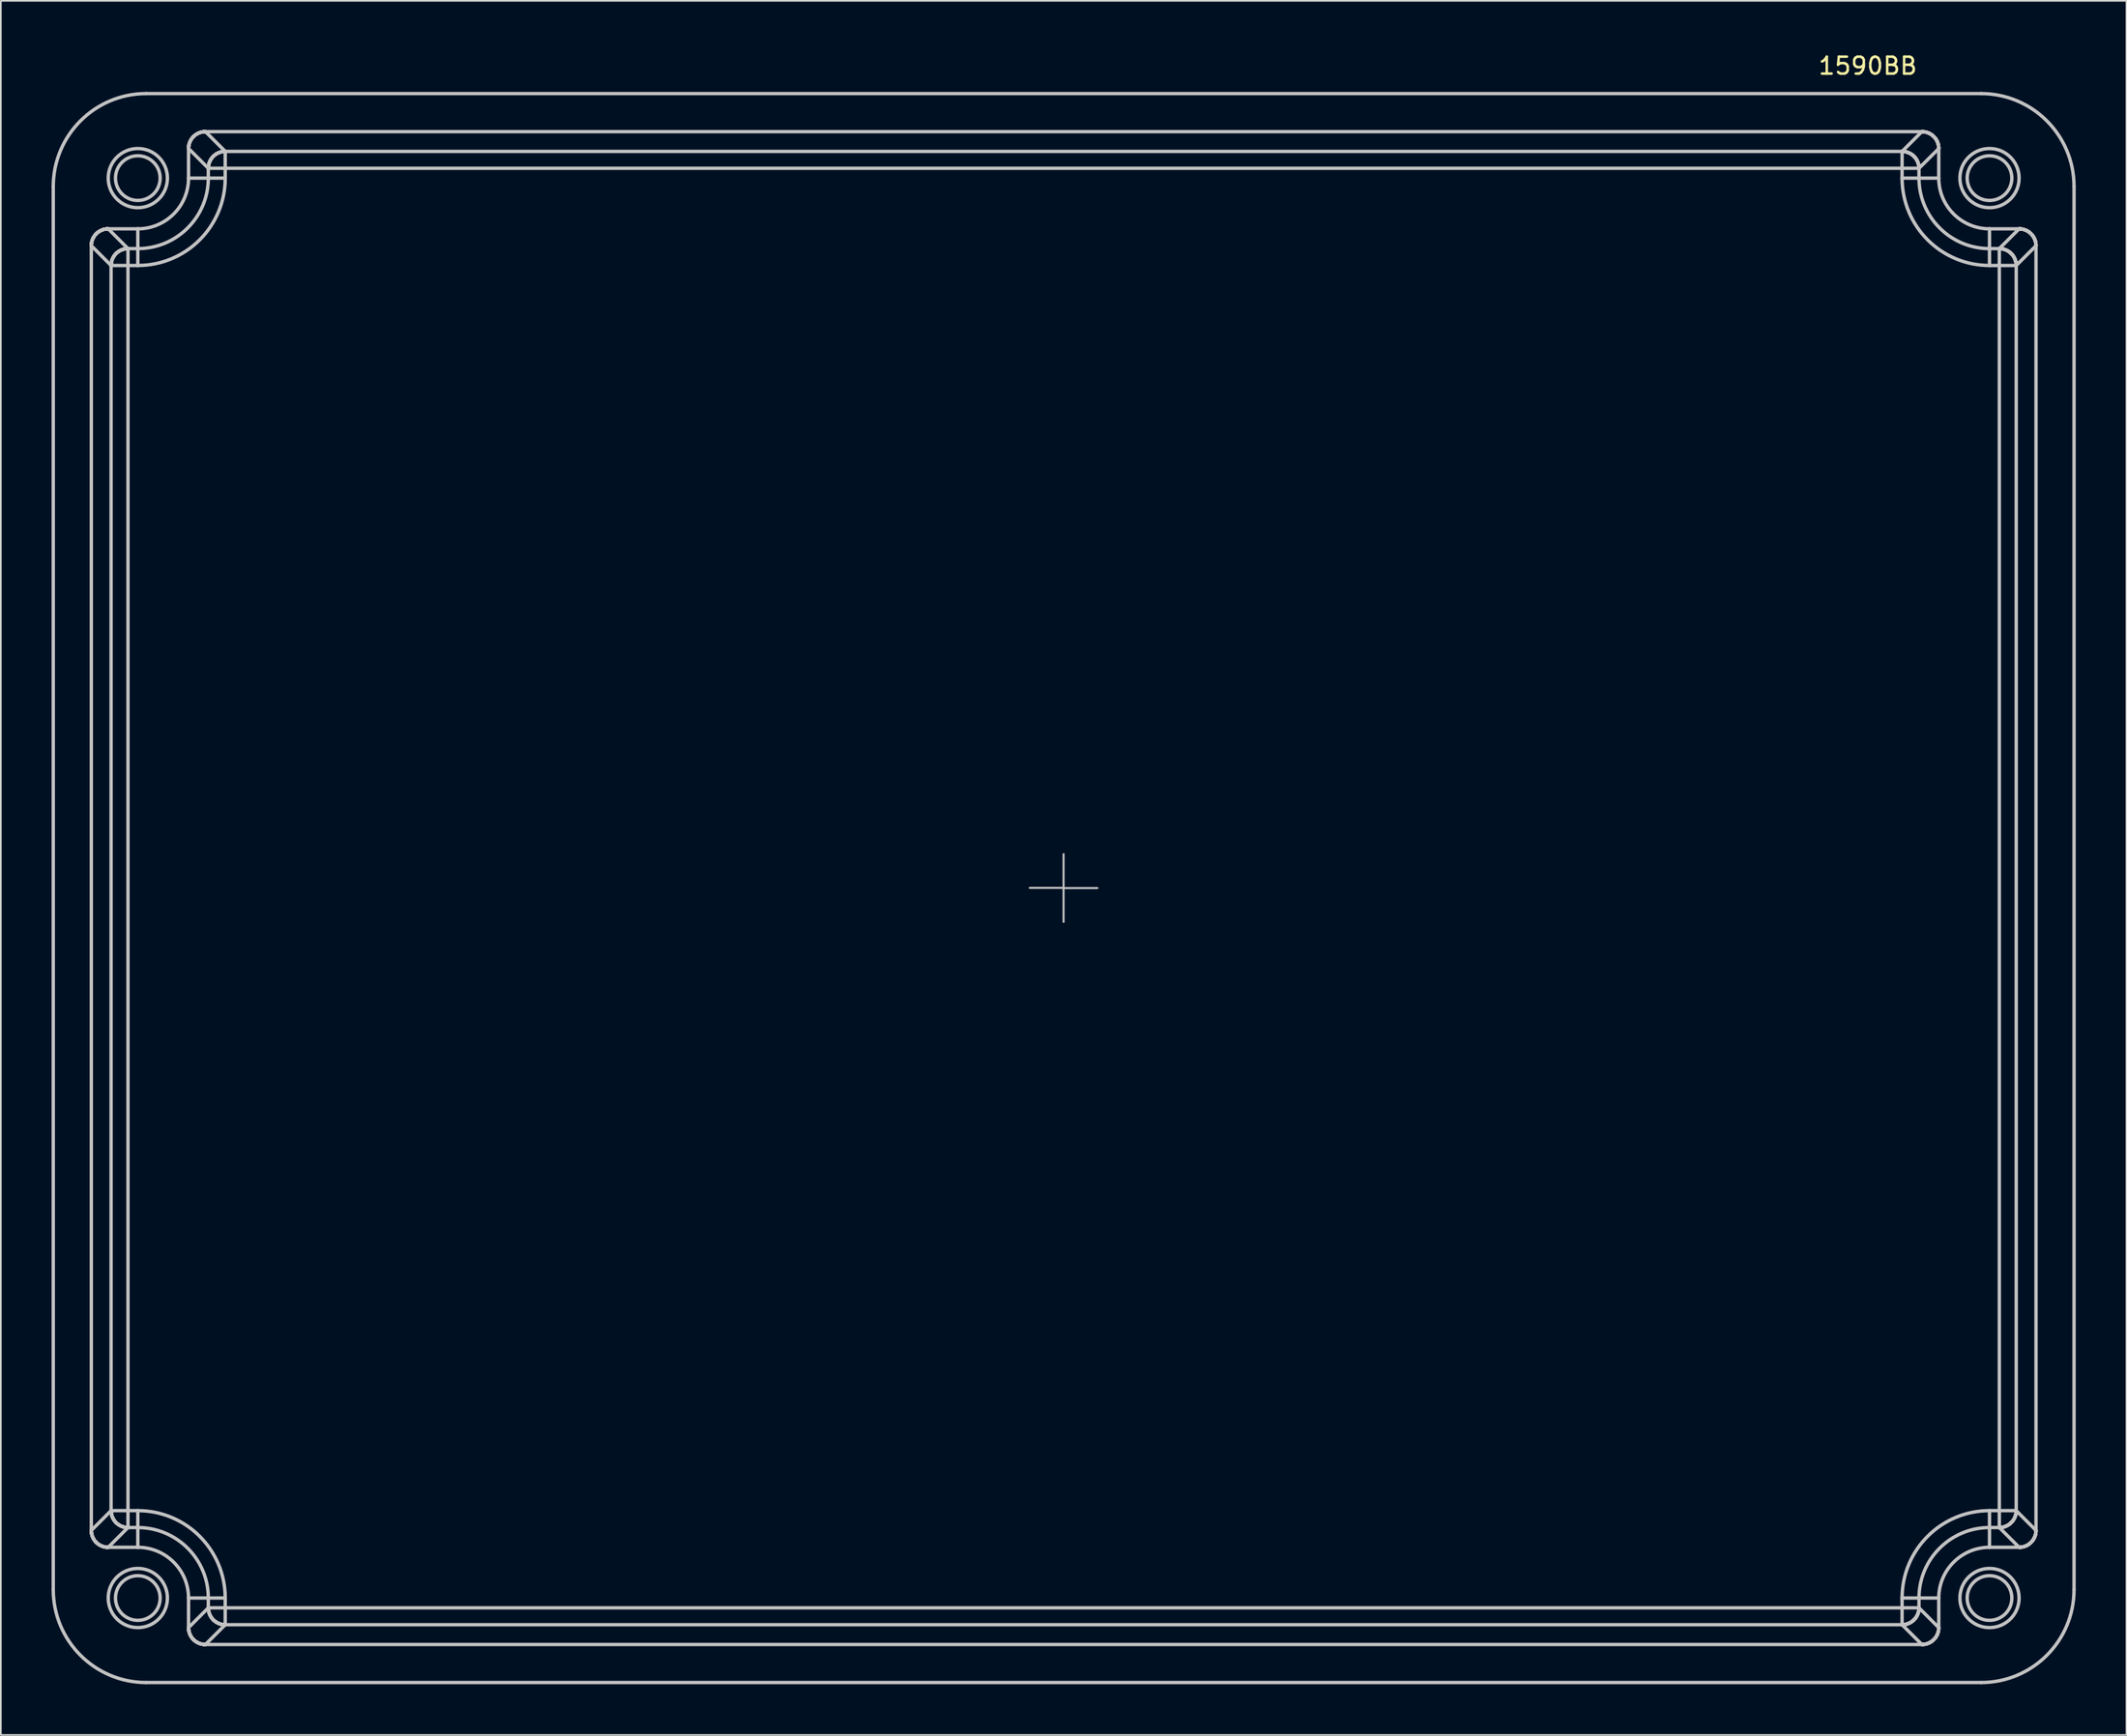
<source format=kicad_pcb>
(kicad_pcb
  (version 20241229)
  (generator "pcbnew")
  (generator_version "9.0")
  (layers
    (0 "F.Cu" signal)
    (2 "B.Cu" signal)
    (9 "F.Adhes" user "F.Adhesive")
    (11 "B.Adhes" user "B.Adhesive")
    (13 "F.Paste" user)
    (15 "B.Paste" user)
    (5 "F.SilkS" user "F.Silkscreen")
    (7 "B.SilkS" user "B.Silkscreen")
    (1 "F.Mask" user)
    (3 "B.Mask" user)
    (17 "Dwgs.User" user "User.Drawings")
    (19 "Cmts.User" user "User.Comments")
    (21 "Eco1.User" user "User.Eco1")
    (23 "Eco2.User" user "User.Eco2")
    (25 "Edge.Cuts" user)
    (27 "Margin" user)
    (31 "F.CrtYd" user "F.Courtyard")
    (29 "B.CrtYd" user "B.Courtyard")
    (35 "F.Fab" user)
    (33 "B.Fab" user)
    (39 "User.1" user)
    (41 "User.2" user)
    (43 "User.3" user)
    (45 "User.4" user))
  (footprint "1590BB"
    (layer "F.Cu")
    (at 59.856 49.448)
    (property "Reference" "1590BB" (at 47.55 -48.6 0) (layer "F.SilkS") (effects (font (size 1 1) (thickness 0.15))))
    (attr through_hole)
    (fp_line (start -59.756 -41.461) (end -59.756 41.539) (stroke (width 0.2) (type solid)) (layer "Dwgs.User"))
    (fp_line (start -57.506 -37.962) (end -56.337 -36.792) (stroke (width 0.2) (type solid)) (layer "Dwgs.User"))
    (fp_line (start -57.506 38.04) (end -57.506 -37.962) (stroke (width 0.2) (type solid)) (layer "Dwgs.User"))
    (fp_line (start -57.506 -37.998) (end -57.506 -37.986) (stroke (width 0.2) (type solid)) (layer "Dwgs.User"))
    (fp_line (start -57.506 -37.986) (end -57.506 -37.974) (stroke (width 0.2) (type solid)) (layer "Dwgs.User"))
    (fp_line (start -57.506 -37.974) (end -57.506 -37.962) (stroke (width 0.2) (type solid)) (layer "Dwgs.User"))
    (fp_line (start -57.506 38.04) (end -57.506 38.053) (stroke (width 0.2) (type solid)) (layer "Dwgs.User"))
    (fp_line (start -57.506 38.053) (end -57.506 38.065) (stroke (width 0.2) (type solid)) (layer "Dwgs.User"))
    (fp_line (start -57.506 38.065) (end -57.506 38.077) (stroke (width 0.2) (type solid)) (layer "Dwgs.User"))
    (fp_line (start -57.506 38.077) (end -57.505 38.089) (stroke (width 0.2) (type solid)) (layer "Dwgs.User"))
    (fp_line (start -57.505 -38.023) (end -57.505 -38.011) (stroke (width 0.2) (type solid)) (layer "Dwgs.User"))
    (fp_line (start -57.505 -38.011) (end -57.506 -37.998) (stroke (width 0.2) (type solid)) (layer "Dwgs.User"))
    (fp_line (start -57.505 38.089) (end -57.505 38.102) (stroke (width 0.2) (type solid)) (layer "Dwgs.User"))
    (fp_line (start -57.505 38.102) (end -57.504 38.114) (stroke (width 0.2) (type solid)) (layer "Dwgs.User"))
    (fp_line (start -57.504 -38.035) (end -57.505 -38.023) (stroke (width 0.2) (type solid)) (layer "Dwgs.User"))
    (fp_line (start -57.504 38.114) (end -57.503 38.126) (stroke (width 0.2) (type solid)) (layer "Dwgs.User"))
    (fp_line (start -57.503 -38.047) (end -57.504 -38.035) (stroke (width 0.2) (type solid)) (layer "Dwgs.User"))
    (fp_line (start -57.503 38.126) (end -57.502 38.138) (stroke (width 0.2) (type solid)) (layer "Dwgs.User"))
    (fp_line (start -57.502 -38.06) (end -57.503 -38.047) (stroke (width 0.2) (type solid)) (layer "Dwgs.User"))
    (fp_line (start -57.502 38.138) (end -57.5 38.15) (stroke (width 0.2) (type solid)) (layer "Dwgs.User"))
    (fp_line (start -57.5 -38.072) (end -57.502 -38.06) (stroke (width 0.2) (type solid)) (layer "Dwgs.User"))
    (fp_line (start -57.5 38.15) (end -57.499 38.163) (stroke (width 0.2) (type solid)) (layer "Dwgs.User"))
    (fp_line (start -57.499 -38.084) (end -57.5 -38.072) (stroke (width 0.2) (type solid)) (layer "Dwgs.User"))
    (fp_line (start -57.499 38.163) (end -57.497 38.175) (stroke (width 0.2) (type solid)) (layer "Dwgs.User"))
    (fp_line (start -57.497 -38.096) (end -57.499 -38.084) (stroke (width 0.2) (type solid)) (layer "Dwgs.User"))
    (fp_line (start -57.497 38.175) (end -57.496 38.187) (stroke (width 0.2) (type solid)) (layer "Dwgs.User"))
    (fp_line (start -57.496 -38.108) (end -57.497 -38.096) (stroke (width 0.2) (type solid)) (layer "Dwgs.User"))
    (fp_line (start -57.496 38.187) (end -57.494 38.199) (stroke (width 0.2) (type solid)) (layer "Dwgs.User"))
    (fp_line (start -57.494 -38.12) (end -57.496 -38.108) (stroke (width 0.2) (type solid)) (layer "Dwgs.User"))
    (fp_line (start -57.494 38.199) (end -57.492 38.211) (stroke (width 0.2) (type solid)) (layer "Dwgs.User"))
    (fp_line (start -57.492 -38.133) (end -57.494 -38.12) (stroke (width 0.2) (type solid)) (layer "Dwgs.User"))
    (fp_line (start -57.492 38.211) (end -57.49 38.223) (stroke (width 0.2) (type solid)) (layer "Dwgs.User"))
    (fp_line (start -57.49 -38.145) (end -57.492 -38.133) (stroke (width 0.2) (type solid)) (layer "Dwgs.User"))
    (fp_line (start -57.49 38.223) (end -57.487 38.235) (stroke (width 0.2) (type solid)) (layer "Dwgs.User"))
    (fp_line (start -57.487 -38.157) (end -57.49 -38.145) (stroke (width 0.2) (type solid)) (layer "Dwgs.User"))
    (fp_line (start -57.487 38.235) (end -57.485 38.247) (stroke (width 0.2) (type solid)) (layer "Dwgs.User"))
    (fp_line (start -57.485 -38.169) (end -57.487 -38.157) (stroke (width 0.2) (type solid)) (layer "Dwgs.User"))
    (fp_line (start -57.485 38.247) (end -57.482 38.259) (stroke (width 0.2) (type solid)) (layer "Dwgs.User"))
    (fp_line (start -57.482 -38.181) (end -57.485 -38.169) (stroke (width 0.2) (type solid)) (layer "Dwgs.User"))
    (fp_line (start -57.482 38.259) (end -57.479 38.271) (stroke (width 0.2) (type solid)) (layer "Dwgs.User"))
    (fp_line (start -57.479 -38.193) (end -57.482 -38.181) (stroke (width 0.2) (type solid)) (layer "Dwgs.User"))
    (fp_line (start -57.479 38.271) (end -57.477 38.283) (stroke (width 0.2) (type solid)) (layer "Dwgs.User"))
    (fp_line (start -57.477 -38.204) (end -57.479 -38.193) (stroke (width 0.2) (type solid)) (layer "Dwgs.User"))
    (fp_line (start -57.477 38.283) (end -57.474 38.295) (stroke (width 0.2) (type solid)) (layer "Dwgs.User"))
    (fp_line (start -57.474 -38.216) (end -57.477 -38.204) (stroke (width 0.2) (type solid)) (layer "Dwgs.User"))
    (fp_line (start -57.474 38.295) (end -57.47 38.307) (stroke (width 0.2) (type solid)) (layer "Dwgs.User"))
    (fp_line (start -57.47 -38.228) (end -57.474 -38.216) (stroke (width 0.2) (type solid)) (layer "Dwgs.User"))
    (fp_line (start -57.47 38.307) (end -57.467 38.319) (stroke (width 0.2) (type solid)) (layer "Dwgs.User"))
    (fp_line (start -57.467 -38.24) (end -57.47 -38.228) (stroke (width 0.2) (type solid)) (layer "Dwgs.User"))
    (fp_line (start -57.467 38.319) (end -57.463 38.33) (stroke (width 0.2) (type solid)) (layer "Dwgs.User"))
    (fp_line (start -57.463 -38.252) (end -57.467 -38.24) (stroke (width 0.2) (type solid)) (layer "Dwgs.User"))
    (fp_line (start -57.463 38.33) (end -57.46 38.342) (stroke (width 0.2) (type solid)) (layer "Dwgs.User"))
    (fp_line (start -57.46 -38.263) (end -57.463 -38.252) (stroke (width 0.2) (type solid)) (layer "Dwgs.User"))
    (fp_line (start -57.46 38.342) (end -57.456 38.354) (stroke (width 0.2) (type solid)) (layer "Dwgs.User"))
    (fp_line (start -57.456 -38.275) (end -57.46 -38.263) (stroke (width 0.2) (type solid)) (layer "Dwgs.User"))
    (fp_line (start -57.456 38.354) (end -57.452 38.365) (stroke (width 0.2) (type solid)) (layer "Dwgs.User"))
    (fp_line (start -57.452 -38.287) (end -57.456 -38.275) (stroke (width 0.2) (type solid)) (layer "Dwgs.User"))
    (fp_line (start -57.452 38.365) (end -57.448 38.377) (stroke (width 0.2) (type solid)) (layer "Dwgs.User"))
    (fp_line (start -57.448 -38.298) (end -57.452 -38.287) (stroke (width 0.2) (type solid)) (layer "Dwgs.User"))
    (fp_line (start -57.448 38.377) (end -57.444 38.389) (stroke (width 0.2) (type solid)) (layer "Dwgs.User"))
    (fp_line (start -57.444 -38.31) (end -57.448 -38.298) (stroke (width 0.2) (type solid)) (layer "Dwgs.User"))
    (fp_line (start -57.444 38.389) (end -57.44 38.4) (stroke (width 0.2) (type solid)) (layer "Dwgs.User"))
    (fp_line (start -57.44 -38.321) (end -57.444 -38.31) (stroke (width 0.2) (type solid)) (layer "Dwgs.User"))
    (fp_line (start -57.44 38.4) (end -57.435 38.411) (stroke (width 0.2) (type solid)) (layer "Dwgs.User"))
    (fp_line (start -57.435 -38.333) (end -57.44 -38.321) (stroke (width 0.2) (type solid)) (layer "Dwgs.User"))
    (fp_line (start -57.435 38.411) (end -57.43 38.423) (stroke (width 0.2) (type solid)) (layer "Dwgs.User"))
    (fp_line (start -57.43 -38.344) (end -57.435 -38.333) (stroke (width 0.2) (type solid)) (layer "Dwgs.User"))
    (fp_line (start -57.43 38.423) (end -57.426 38.434) (stroke (width 0.2) (type solid)) (layer "Dwgs.User"))
    (fp_line (start -57.426 -38.355) (end -57.43 -38.344) (stroke (width 0.2) (type solid)) (layer "Dwgs.User"))
    (fp_line (start -57.426 38.434) (end -57.421 38.445) (stroke (width 0.2) (type solid)) (layer "Dwgs.User"))
    (fp_line (start -57.421 -38.367) (end -57.426 -38.355) (stroke (width 0.2) (type solid)) (layer "Dwgs.User"))
    (fp_line (start -57.421 38.445) (end -57.416 38.456) (stroke (width 0.2) (type solid)) (layer "Dwgs.User"))
    (fp_line (start -57.416 -38.378) (end -57.421 -38.367) (stroke (width 0.2) (type solid)) (layer "Dwgs.User"))
    (fp_line (start -57.416 38.456) (end -57.411 38.468) (stroke (width 0.2) (type solid)) (layer "Dwgs.User"))
    (fp_line (start -57.411 -38.389) (end -57.416 -38.378) (stroke (width 0.2) (type solid)) (layer "Dwgs.User"))
    (fp_line (start -57.411 38.468) (end -57.405 38.479) (stroke (width 0.2) (type solid)) (layer "Dwgs.User"))
    (fp_line (start -57.405 -38.4) (end -57.411 -38.389) (stroke (width 0.2) (type solid)) (layer "Dwgs.User"))
    (fp_line (start -57.405 38.479) (end -57.4 38.49) (stroke (width 0.2) (type solid)) (layer "Dwgs.User"))
    (fp_line (start -57.4 -38.411) (end -57.405 -38.4) (stroke (width 0.2) (type solid)) (layer "Dwgs.User"))
    (fp_line (start -57.4 38.49) (end -57.394 38.501) (stroke (width 0.2) (type solid)) (layer "Dwgs.User"))
    (fp_line (start -57.394 -38.422) (end -57.4 -38.411) (stroke (width 0.2) (type solid)) (layer "Dwgs.User"))
    (fp_line (start -57.394 38.501) (end -57.389 38.511) (stroke (width 0.2) (type solid)) (layer "Dwgs.User"))
    (fp_line (start -57.389 -38.433) (end -57.394 -38.422) (stroke (width 0.2) (type solid)) (layer "Dwgs.User"))
    (fp_line (start -57.389 38.511) (end -57.383 38.522) (stroke (width 0.2) (type solid)) (layer "Dwgs.User"))
    (fp_line (start -57.383 -38.443) (end -57.389 -38.433) (stroke (width 0.2) (type solid)) (layer "Dwgs.User"))
    (fp_line (start -57.383 38.522) (end -57.377 38.533) (stroke (width 0.2) (type solid)) (layer "Dwgs.User"))
    (fp_line (start -57.377 -38.454) (end -57.383 -38.443) (stroke (width 0.2) (type solid)) (layer "Dwgs.User"))
    (fp_line (start -57.377 38.533) (end -57.371 38.543) (stroke (width 0.2) (type solid)) (layer "Dwgs.User"))
    (fp_line (start -57.371 -38.465) (end -57.377 -38.454) (stroke (width 0.2) (type solid)) (layer "Dwgs.User"))
    (fp_line (start -57.371 38.543) (end -57.364 38.554) (stroke (width 0.2) (type solid)) (layer "Dwgs.User"))
    (fp_line (start -57.364 -38.475) (end -57.371 -38.465) (stroke (width 0.2) (type solid)) (layer "Dwgs.User"))
    (fp_line (start -57.364 38.554) (end -57.358 38.565) (stroke (width 0.2) (type solid)) (layer "Dwgs.User"))
    (fp_line (start -57.358 -38.486) (end -57.364 -38.475) (stroke (width 0.2) (type solid)) (layer "Dwgs.User"))
    (fp_line (start -57.358 38.565) (end -57.352 38.575) (stroke (width 0.2) (type solid)) (layer "Dwgs.User"))
    (fp_line (start -57.352 -38.496) (end -57.358 -38.486) (stroke (width 0.2) (type solid)) (layer "Dwgs.User"))
    (fp_line (start -57.352 38.575) (end -57.345 38.585) (stroke (width 0.2) (type solid)) (layer "Dwgs.User"))
    (fp_line (start -57.345 -38.507) (end -57.352 -38.496) (stroke (width 0.2) (type solid)) (layer "Dwgs.User"))
    (fp_line (start -57.345 38.585) (end -57.338 38.595) (stroke (width 0.2) (type solid)) (layer "Dwgs.User"))
    (fp_line (start -57.338 -38.517) (end -57.345 -38.507) (stroke (width 0.2) (type solid)) (layer "Dwgs.User"))
    (fp_line (start -57.338 38.595) (end -57.331 38.606) (stroke (width 0.2) (type solid)) (layer "Dwgs.User"))
    (fp_line (start -57.331 -38.527) (end -57.338 -38.517) (stroke (width 0.2) (type solid)) (layer "Dwgs.User"))
    (fp_line (start -57.331 38.606) (end -57.324 38.616) (stroke (width 0.2) (type solid)) (layer "Dwgs.User"))
    (fp_line (start -57.324 -38.537) (end -57.331 -38.527) (stroke (width 0.2) (type solid)) (layer "Dwgs.User"))
    (fp_line (start -57.324 38.616) (end -57.317 38.626) (stroke (width 0.2) (type solid)) (layer "Dwgs.User"))
    (fp_line (start -57.317 -38.547) (end -57.324 -38.537) (stroke (width 0.2) (type solid)) (layer "Dwgs.User"))
    (fp_line (start -57.317 38.626) (end -57.31 38.636) (stroke (width 0.2) (type solid)) (layer "Dwgs.User"))
    (fp_line (start -57.31 -38.557) (end -57.317 -38.547) (stroke (width 0.2) (type solid)) (layer "Dwgs.User"))
    (fp_line (start -57.31 38.636) (end -57.303 38.645) (stroke (width 0.2) (type solid)) (layer "Dwgs.User"))
    (fp_line (start -57.303 -38.567) (end -57.31 -38.557) (stroke (width 0.2) (type solid)) (layer "Dwgs.User"))
    (fp_line (start -57.303 38.645) (end -57.295 38.655) (stroke (width 0.2) (type solid)) (layer "Dwgs.User"))
    (fp_line (start -57.295 -38.576) (end -57.303 -38.567) (stroke (width 0.2) (type solid)) (layer "Dwgs.User"))
    (fp_line (start -57.295 38.655) (end -57.288 38.665) (stroke (width 0.2) (type solid)) (layer "Dwgs.User"))
    (fp_line (start -57.288 -38.586) (end -57.295 -38.576) (stroke (width 0.2) (type solid)) (layer "Dwgs.User"))
    (fp_line (start -57.288 38.665) (end -57.28 38.674) (stroke (width 0.2) (type solid)) (layer "Dwgs.User"))
    (fp_line (start -57.28 -38.596) (end -57.288 -38.586) (stroke (width 0.2) (type solid)) (layer "Dwgs.User"))
    (fp_line (start -57.28 38.674) (end -57.272 38.684) (stroke (width 0.2) (type solid)) (layer "Dwgs.User"))
    (fp_line (start -57.272 -38.605) (end -57.28 -38.596) (stroke (width 0.2) (type solid)) (layer "Dwgs.User"))
    (fp_line (start -57.272 38.684) (end -57.264 38.693) (stroke (width 0.2) (type solid)) (layer "Dwgs.User"))
    (fp_line (start -57.264 -38.614) (end -57.272 -38.605) (stroke (width 0.2) (type solid)) (layer "Dwgs.User"))
    (fp_line (start -57.264 38.693) (end -57.256 38.702) (stroke (width 0.2) (type solid)) (layer "Dwgs.User"))
    (fp_line (start -57.256 -38.624) (end -57.264 -38.614) (stroke (width 0.2) (type solid)) (layer "Dwgs.User"))
    (fp_line (start -57.256 38.702) (end -57.248 38.711) (stroke (width 0.2) (type solid)) (layer "Dwgs.User"))
    (fp_line (start -57.248 -38.633) (end -57.256 -38.624) (stroke (width 0.2) (type solid)) (layer "Dwgs.User"))
    (fp_line (start -57.248 38.711) (end -57.24 38.72) (stroke (width 0.2) (type solid)) (layer "Dwgs.User"))
    (fp_line (start -57.24 -38.642) (end -57.248 -38.633) (stroke (width 0.2) (type solid)) (layer "Dwgs.User"))
    (fp_line (start -57.24 38.72) (end -57.231 38.729) (stroke (width 0.2) (type solid)) (layer "Dwgs.User"))
    (fp_line (start -57.231 -38.651) (end -57.24 -38.642) (stroke (width 0.2) (type solid)) (layer "Dwgs.User"))
    (fp_line (start -57.231 38.729) (end -57.223 38.738) (stroke (width 0.2) (type solid)) (layer "Dwgs.User"))
    (fp_line (start -57.223 -38.659) (end -57.231 -38.651) (stroke (width 0.2) (type solid)) (layer "Dwgs.User"))
    (fp_line (start -57.223 38.738) (end -57.214 38.747) (stroke (width 0.2) (type solid)) (layer "Dwgs.User"))
    (fp_line (start -57.214 -38.668) (end -57.223 -38.659) (stroke (width 0.2) (type solid)) (layer "Dwgs.User"))
    (fp_line (start -57.214 38.747) (end -57.205 38.755) (stroke (width 0.2) (type solid)) (layer "Dwgs.User"))
    (fp_line (start -57.205 -38.677) (end -57.214 -38.668) (stroke (width 0.2) (type solid)) (layer "Dwgs.User"))
    (fp_line (start -57.205 38.755) (end -57.196 38.764) (stroke (width 0.2) (type solid)) (layer "Dwgs.User"))
    (fp_line (start -57.196 -38.685) (end -57.205 -38.677) (stroke (width 0.2) (type solid)) (layer "Dwgs.User"))
    (fp_line (start -57.196 38.764) (end -57.188 38.772) (stroke (width 0.2) (type solid)) (layer "Dwgs.User"))
    (fp_line (start -57.188 -38.694) (end -57.196 -38.685) (stroke (width 0.2) (type solid)) (layer "Dwgs.User"))
    (fp_line (start -57.188 38.772) (end -57.178 38.781) (stroke (width 0.2) (type solid)) (layer "Dwgs.User"))
    (fp_line (start -57.178 -38.702) (end -57.188 -38.694) (stroke (width 0.2) (type solid)) (layer "Dwgs.User"))
    (fp_line (start -57.178 38.781) (end -57.169 38.789) (stroke (width 0.2) (type solid)) (layer "Dwgs.User"))
    (fp_line (start -57.169 -38.71) (end -57.178 -38.702) (stroke (width 0.2) (type solid)) (layer "Dwgs.User"))
    (fp_line (start -57.169 38.789) (end -57.16 38.797) (stroke (width 0.2) (type solid)) (layer "Dwgs.User"))
    (fp_line (start -57.16 -38.718) (end -57.169 -38.71) (stroke (width 0.2) (type solid)) (layer "Dwgs.User"))
    (fp_line (start -57.16 38.797) (end -57.151 38.805) (stroke (width 0.2) (type solid)) (layer "Dwgs.User"))
    (fp_line (start -57.151 -38.726) (end -57.16 -38.718) (stroke (width 0.2) (type solid)) (layer "Dwgs.User"))
    (fp_line (start -57.151 38.805) (end -57.141 38.813) (stroke (width 0.2) (type solid)) (layer "Dwgs.User"))
    (fp_line (start -57.141 -38.734) (end -57.151 -38.726) (stroke (width 0.2) (type solid)) (layer "Dwgs.User"))
    (fp_line (start -57.141 38.813) (end -57.132 38.82) (stroke (width 0.2) (type solid)) (layer "Dwgs.User"))
    (fp_line (start -57.132 -38.742) (end -57.141 -38.734) (stroke (width 0.2) (type solid)) (layer "Dwgs.User"))
    (fp_line (start -57.132 38.82) (end -57.122 38.828) (stroke (width 0.2) (type solid)) (layer "Dwgs.User"))
    (fp_line (start -57.122 -38.749) (end -57.132 -38.742) (stroke (width 0.2) (type solid)) (layer "Dwgs.User"))
    (fp_line (start -57.122 38.828) (end -57.113 38.835) (stroke (width 0.2) (type solid)) (layer "Dwgs.User"))
    (fp_line (start -57.113 -38.757) (end -57.122 -38.749) (stroke (width 0.2) (type solid)) (layer "Dwgs.User"))
    (fp_line (start -57.113 38.835) (end -57.103 38.843) (stroke (width 0.2) (type solid)) (layer "Dwgs.User"))
    (fp_line (start -57.103 -38.764) (end -57.113 -38.757) (stroke (width 0.2) (type solid)) (layer "Dwgs.User"))
    (fp_line (start -57.103 38.843) (end -57.093 38.85) (stroke (width 0.2) (type solid)) (layer "Dwgs.User"))
    (fp_line (start -57.093 -38.771) (end -57.103 -38.764) (stroke (width 0.2) (type solid)) (layer "Dwgs.User"))
    (fp_line (start -57.093 38.85) (end -57.083 38.857) (stroke (width 0.2) (type solid)) (layer "Dwgs.User"))
    (fp_line (start -57.083 -38.779) (end -57.093 -38.771) (stroke (width 0.2) (type solid)) (layer "Dwgs.User"))
    (fp_line (start -57.083 38.857) (end -57.073 38.864) (stroke (width 0.2) (type solid)) (layer "Dwgs.User"))
    (fp_line (start -57.073 -38.786) (end -57.083 -38.779) (stroke (width 0.2) (type solid)) (layer "Dwgs.User"))
    (fp_line (start -57.073 38.864) (end -57.063 38.871) (stroke (width 0.2) (type solid)) (layer "Dwgs.User"))
    (fp_line (start -57.063 -38.792) (end -57.073 -38.786) (stroke (width 0.2) (type solid)) (layer "Dwgs.User"))
    (fp_line (start -57.063 38.871) (end -57.052 38.878) (stroke (width 0.2) (type solid)) (layer "Dwgs.User"))
    (fp_line (start -57.052 -38.799) (end -57.063 -38.792) (stroke (width 0.2) (type solid)) (layer "Dwgs.User"))
    (fp_line (start -57.052 38.878) (end -57.042 38.884) (stroke (width 0.2) (type solid)) (layer "Dwgs.User"))
    (fp_line (start -57.042 -38.806) (end -57.052 -38.799) (stroke (width 0.2) (type solid)) (layer "Dwgs.User"))
    (fp_line (start -57.042 38.884) (end -57.032 38.891) (stroke (width 0.2) (type solid)) (layer "Dwgs.User"))
    (fp_line (start -57.032 -38.812) (end -57.042 -38.806) (stroke (width 0.2) (type solid)) (layer "Dwgs.User"))
    (fp_line (start -57.032 38.891) (end -57.021 38.897) (stroke (width 0.2) (type solid)) (layer "Dwgs.User"))
    (fp_line (start -57.021 -38.819) (end -57.032 -38.812) (stroke (width 0.2) (type solid)) (layer "Dwgs.User"))
    (fp_line (start -57.021 38.897) (end -57.011 38.903) (stroke (width 0.2) (type solid)) (layer "Dwgs.User"))
    (fp_line (start -57.011 -38.825) (end -57.021 -38.819) (stroke (width 0.2) (type solid)) (layer "Dwgs.User"))
    (fp_line (start -57.011 38.903) (end -57 38.91) (stroke (width 0.2) (type solid)) (layer "Dwgs.User"))
    (fp_line (start -57 -38.831) (end -57.011 -38.825) (stroke (width 0.2) (type solid)) (layer "Dwgs.User"))
    (fp_line (start -57 38.91) (end -56.989 38.916) (stroke (width 0.2) (type solid)) (layer "Dwgs.User"))
    (fp_line (start -56.989 -38.837) (end -57 -38.831) (stroke (width 0.2) (type solid)) (layer "Dwgs.User"))
    (fp_line (start -56.989 38.916) (end -56.979 38.921) (stroke (width 0.2) (type solid)) (layer "Dwgs.User"))
    (fp_line (start -56.979 -38.843) (end -56.989 -38.837) (stroke (width 0.2) (type solid)) (layer "Dwgs.User"))
    (fp_line (start -56.979 38.921) (end -56.968 38.927) (stroke (width 0.2) (type solid)) (layer "Dwgs.User"))
    (fp_line (start -56.968 -38.848) (end -56.979 -38.843) (stroke (width 0.2) (type solid)) (layer "Dwgs.User"))
    (fp_line (start -56.968 38.927) (end -56.957 38.933) (stroke (width 0.2) (type solid)) (layer "Dwgs.User"))
    (fp_line (start -56.957 -38.854) (end -56.968 -38.848) (stroke (width 0.2) (type solid)) (layer "Dwgs.User"))
    (fp_line (start -56.957 38.933) (end -56.946 38.938) (stroke (width 0.2) (type solid)) (layer "Dwgs.User"))
    (fp_line (start -56.946 -38.859) (end -56.957 -38.854) (stroke (width 0.2) (type solid)) (layer "Dwgs.User"))
    (fp_line (start -56.946 38.938) (end -56.935 38.943) (stroke (width 0.2) (type solid)) (layer "Dwgs.User"))
    (fp_line (start -56.935 -38.865) (end -56.946 -38.859) (stroke (width 0.2) (type solid)) (layer "Dwgs.User"))
    (fp_line (start -56.935 38.943) (end -56.924 38.949) (stroke (width 0.2) (type solid)) (layer "Dwgs.User"))
    (fp_line (start -56.924 -38.87) (end -56.935 -38.865) (stroke (width 0.2) (type solid)) (layer "Dwgs.User"))
    (fp_line (start -56.924 38.949) (end -56.912 38.954) (stroke (width 0.2) (type solid)) (layer "Dwgs.User"))
    (fp_line (start -56.912 -38.875) (end -56.924 -38.87) (stroke (width 0.2) (type solid)) (layer "Dwgs.User"))
    (fp_line (start -56.912 38.954) (end -56.901 38.959) (stroke (width 0.2) (type solid)) (layer "Dwgs.User"))
    (fp_line (start -56.901 -38.88) (end -56.912 -38.875) (stroke (width 0.2) (type solid)) (layer "Dwgs.User"))
    (fp_line (start -56.901 38.959) (end -56.89 38.963) (stroke (width 0.2) (type solid)) (layer "Dwgs.User"))
    (fp_line (start -56.89 -38.885) (end -56.901 -38.88) (stroke (width 0.2) (type solid)) (layer "Dwgs.User"))
    (fp_line (start -56.89 38.963) (end -56.879 38.968) (stroke (width 0.2) (type solid)) (layer "Dwgs.User"))
    (fp_line (start -56.879 -38.889) (end -56.89 -38.885) (stroke (width 0.2) (type solid)) (layer "Dwgs.User"))
    (fp_line (start -56.879 38.968) (end -56.867 38.972) (stroke (width 0.2) (type solid)) (layer "Dwgs.User"))
    (fp_line (start -56.867 -38.894) (end -56.879 -38.889) (stroke (width 0.2) (type solid)) (layer "Dwgs.User"))
    (fp_line (start -56.867 38.972) (end -56.856 38.977) (stroke (width 0.2) (type solid)) (layer "Dwgs.User"))
    (fp_line (start -56.856 -38.898) (end -56.867 -38.894) (stroke (width 0.2) (type solid)) (layer "Dwgs.User"))
    (fp_line (start -56.856 38.977) (end -56.844 38.981) (stroke (width 0.2) (type solid)) (layer "Dwgs.User"))
    (fp_line (start -56.844 -38.902) (end -56.856 -38.898) (stroke (width 0.2) (type solid)) (layer "Dwgs.User"))
    (fp_line (start -56.844 38.981) (end -56.833 38.985) (stroke (width 0.2) (type solid)) (layer "Dwgs.User"))
    (fp_line (start -56.833 -38.906) (end -56.844 -38.902) (stroke (width 0.2) (type solid)) (layer "Dwgs.User"))
    (fp_line (start -56.833 38.985) (end -56.821 38.989) (stroke (width 0.2) (type solid)) (layer "Dwgs.User"))
    (fp_line (start -56.821 -38.91) (end -56.833 -38.906) (stroke (width 0.2) (type solid)) (layer "Dwgs.User"))
    (fp_line (start -56.821 38.989) (end -56.809 38.993) (stroke (width 0.2) (type solid)) (layer "Dwgs.User"))
    (fp_line (start -56.809 -38.914) (end -56.821 -38.91) (stroke (width 0.2) (type solid)) (layer "Dwgs.User"))
    (fp_line (start -56.809 38.993) (end -56.798 38.996) (stroke (width 0.2) (type solid)) (layer "Dwgs.User"))
    (fp_line (start -56.798 -38.918) (end -56.809 -38.914) (stroke (width 0.2) (type solid)) (layer "Dwgs.User"))
    (fp_line (start -56.798 38.996) (end -56.786 39) (stroke (width 0.2) (type solid)) (layer "Dwgs.User"))
    (fp_line (start -56.786 -38.921) (end -56.798 -38.918) (stroke (width 0.2) (type solid)) (layer "Dwgs.User"))
    (fp_line (start -56.786 39) (end -56.774 39.003) (stroke (width 0.2) (type solid)) (layer "Dwgs.User"))
    (fp_line (start -56.774 -38.925) (end -56.786 -38.921) (stroke (width 0.2) (type solid)) (layer "Dwgs.User"))
    (fp_line (start -56.774 39.003) (end -56.762 39.006) (stroke (width 0.2) (type solid)) (layer "Dwgs.User"))
    (fp_line (start -56.762 -38.928) (end -56.774 -38.925) (stroke (width 0.2) (type solid)) (layer "Dwgs.User"))
    (fp_line (start -56.762 39.006) (end -56.75 39.009) (stroke (width 0.2) (type solid)) (layer "Dwgs.User"))
    (fp_line (start -56.75 -38.931) (end -56.762 -38.928) (stroke (width 0.2) (type solid)) (layer "Dwgs.User"))
    (fp_line (start -56.75 39.009) (end -56.738 39.012) (stroke (width 0.2) (type solid)) (layer "Dwgs.User"))
    (fp_line (start -56.738 -38.934) (end -56.75 -38.931) (stroke (width 0.2) (type solid)) (layer "Dwgs.User"))
    (fp_line (start -56.738 39.012) (end -56.726 39.015) (stroke (width 0.2) (type solid)) (layer "Dwgs.User"))
    (fp_line (start -56.726 -38.936) (end -56.738 -38.934) (stroke (width 0.2) (type solid)) (layer "Dwgs.User"))
    (fp_line (start -56.726 39.015) (end -56.714 39.018) (stroke (width 0.2) (type solid)) (layer "Dwgs.User"))
    (fp_line (start -56.714 -38.939) (end -56.726 -38.936) (stroke (width 0.2) (type solid)) (layer "Dwgs.User"))
    (fp_line (start -56.714 39.018) (end -56.702 39.02) (stroke (width 0.2) (type solid)) (layer "Dwgs.User"))
    (fp_line (start -56.702 -38.941) (end -56.714 -38.939) (stroke (width 0.2) (type solid)) (layer "Dwgs.User"))
    (fp_line (start -56.702 39.02) (end -56.69 39.022) (stroke (width 0.2) (type solid)) (layer "Dwgs.User"))
    (fp_line (start -56.69 -38.944) (end -56.702 -38.941) (stroke (width 0.2) (type solid)) (layer "Dwgs.User"))
    (fp_line (start -56.69 39.022) (end -56.678 39.025) (stroke (width 0.2) (type solid)) (layer "Dwgs.User"))
    (fp_line (start -56.678 -38.946) (end -56.69 -38.944) (stroke (width 0.2) (type solid)) (layer "Dwgs.User"))
    (fp_line (start -56.678 39.025) (end -56.666 39.027) (stroke (width 0.2) (type solid)) (layer "Dwgs.User"))
    (fp_line (start -56.666 -38.948) (end -56.678 -38.946) (stroke (width 0.2) (type solid)) (layer "Dwgs.User"))
    (fp_line (start -56.666 39.027) (end -56.654 39.029) (stroke (width 0.2) (type solid)) (layer "Dwgs.User"))
    (fp_line (start -56.654 -38.95) (end -56.666 -38.948) (stroke (width 0.2) (type solid)) (layer "Dwgs.User"))
    (fp_line (start -56.654 39.029) (end -56.642 39.03) (stroke (width 0.2) (type solid)) (layer "Dwgs.User"))
    (fp_line (start -56.642 -38.952) (end -56.654 -38.95) (stroke (width 0.2) (type solid)) (layer "Dwgs.User"))
    (fp_line (start -56.642 39.03) (end -56.63 39.032) (stroke (width 0.2) (type solid)) (layer "Dwgs.User"))
    (fp_line (start -56.63 -38.953) (end -56.642 -38.952) (stroke (width 0.2) (type solid)) (layer "Dwgs.User"))
    (fp_line (start -56.63 39.032) (end -56.618 39.033) (stroke (width 0.2) (type solid)) (layer "Dwgs.User"))
    (fp_line (start -56.618 -38.955) (end -56.63 -38.953) (stroke (width 0.2) (type solid)) (layer "Dwgs.User"))
    (fp_line (start -56.618 39.033) (end -56.605 39.035) (stroke (width 0.2) (type solid)) (layer "Dwgs.User"))
    (fp_line (start -56.605 -38.956) (end -56.618 -38.955) (stroke (width 0.2) (type solid)) (layer "Dwgs.User"))
    (fp_line (start -56.605 39.035) (end -56.593 39.036) (stroke (width 0.2) (type solid)) (layer "Dwgs.User"))
    (fp_line (start -56.593 -38.957) (end -56.605 -38.956) (stroke (width 0.2) (type solid)) (layer "Dwgs.User"))
    (fp_line (start -56.593 39.036) (end -56.581 39.037) (stroke (width 0.2) (type solid)) (layer "Dwgs.User"))
    (fp_line (start -56.581 -38.958) (end -56.593 -38.957) (stroke (width 0.2) (type solid)) (layer "Dwgs.User"))
    (fp_line (start -56.581 39.037) (end -56.569 39.037) (stroke (width 0.2) (type solid)) (layer "Dwgs.User"))
    (fp_line (start -56.569 -38.959) (end -56.581 -38.958) (stroke (width 0.2) (type solid)) (layer "Dwgs.User"))
    (fp_line (start -56.569 39.037) (end -56.556 39.038) (stroke (width 0.2) (type solid)) (layer "Dwgs.User"))
    (fp_line (start -56.556 -38.959) (end -56.569 -38.959) (stroke (width 0.2) (type solid)) (layer "Dwgs.User"))
    (fp_line (start -56.556 39.038) (end -56.544 39.039) (stroke (width 0.2) (type solid)) (layer "Dwgs.User"))
    (fp_line (start -56.544 -38.96) (end -56.556 -38.959) (stroke (width 0.2) (type solid)) (layer "Dwgs.User"))
    (fp_line (start -56.544 39.039) (end -56.532 39.039) (stroke (width 0.2) (type solid)) (layer "Dwgs.User"))
    (fp_line (start -56.532 -38.96) (end -56.544 -38.96) (stroke (width 0.2) (type solid)) (layer "Dwgs.User"))
    (fp_line (start -56.532 39.039) (end -56.52 39.039) (stroke (width 0.2) (type solid)) (layer "Dwgs.User"))
    (fp_line (start -56.52 -38.961) (end -56.532 -38.96) (stroke (width 0.2) (type solid)) (layer "Dwgs.User"))
    (fp_line (start -56.52 39.039) (end -56.507 39.039) (stroke (width 0.2) (type solid)) (layer "Dwgs.User"))
    (fp_line (start -56.507 -38.961) (end -54.756 -38.961) (stroke (width 0.2) (type solid)) (layer "Dwgs.User"))
    (fp_line (start -56.507 39.039) (end -55.338 37.869) (stroke (width 0.2) (type solid)) (layer "Dwgs.User"))
    (fp_line (start -56.507 -38.961) (end -56.52 -38.961) (stroke (width 0.2) (type solid)) (layer "Dwgs.User"))
    (fp_line (start -56.337 -36.804) (end -56.337 -36.792) (stroke (width 0.2) (type solid)) (layer "Dwgs.User"))
    (fp_line (start -56.337 36.87) (end -56.337 36.883) (stroke (width 0.2) (type solid)) (layer "Dwgs.User"))
    (fp_line (start -56.337 36.883) (end -56.336 36.895) (stroke (width 0.2) (type solid)) (layer "Dwgs.User"))
    (fp_line (start -56.337 -36.792) (end -56.337 36.87) (stroke (width 0.2) (type solid)) (layer "Dwgs.User"))
    (fp_line (start -56.337 -36.792) (end -55.338 -36.792) (stroke (width 0.2) (type solid)) (layer "Dwgs.User"))
    (fp_line (start -56.337 36.87) (end -57.506 38.04) (stroke (width 0.2) (type solid)) (layer "Dwgs.User"))
    (fp_line (start -56.336 -36.829) (end -56.336 -36.816) (stroke (width 0.2) (type solid)) (layer "Dwgs.User"))
    (fp_line (start -56.336 -36.816) (end -56.337 -36.804) (stroke (width 0.2) (type solid)) (layer "Dwgs.User"))
    (fp_line (start -56.336 36.895) (end -56.336 36.907) (stroke (width 0.2) (type solid)) (layer "Dwgs.User"))
    (fp_line (start -56.336 36.907) (end -56.335 36.919) (stroke (width 0.2) (type solid)) (layer "Dwgs.User"))
    (fp_line (start -56.335 -36.853) (end -56.335 -36.841) (stroke (width 0.2) (type solid)) (layer "Dwgs.User"))
    (fp_line (start -56.335 -36.841) (end -56.336 -36.829) (stroke (width 0.2) (type solid)) (layer "Dwgs.User"))
    (fp_line (start -56.335 36.919) (end -56.335 36.932) (stroke (width 0.2) (type solid)) (layer "Dwgs.User"))
    (fp_line (start -56.335 36.932) (end -56.334 36.944) (stroke (width 0.2) (type solid)) (layer "Dwgs.User"))
    (fp_line (start -56.334 -36.865) (end -56.335 -36.853) (stroke (width 0.2) (type solid)) (layer "Dwgs.User"))
    (fp_line (start -56.334 36.944) (end -56.333 36.956) (stroke (width 0.2) (type solid)) (layer "Dwgs.User"))
    (fp_line (start -56.333 -36.877) (end -56.334 -36.865) (stroke (width 0.2) (type solid)) (layer "Dwgs.User"))
    (fp_line (start -56.333 36.956) (end -56.332 36.968) (stroke (width 0.2) (type solid)) (layer "Dwgs.User"))
    (fp_line (start -56.332 -36.89) (end -56.333 -36.877) (stroke (width 0.2) (type solid)) (layer "Dwgs.User"))
    (fp_line (start -56.332 36.968) (end -56.33 36.98) (stroke (width 0.2) (type solid)) (layer "Dwgs.User"))
    (fp_line (start -56.33 -36.902) (end -56.332 -36.89) (stroke (width 0.2) (type solid)) (layer "Dwgs.User"))
    (fp_line (start -56.33 36.98) (end -56.329 36.993) (stroke (width 0.2) (type solid)) (layer "Dwgs.User"))
    (fp_line (start -56.329 -36.914) (end -56.33 -36.902) (stroke (width 0.2) (type solid)) (layer "Dwgs.User"))
    (fp_line (start -56.329 36.993) (end -56.327 37.005) (stroke (width 0.2) (type solid)) (layer "Dwgs.User"))
    (fp_line (start -56.327 -36.926) (end -56.329 -36.914) (stroke (width 0.2) (type solid)) (layer "Dwgs.User"))
    (fp_line (start -56.327 37.005) (end -56.326 37.017) (stroke (width 0.2) (type solid)) (layer "Dwgs.User"))
    (fp_line (start -56.326 -36.938) (end -56.327 -36.926) (stroke (width 0.2) (type solid)) (layer "Dwgs.User"))
    (fp_line (start -56.326 37.017) (end -56.324 37.029) (stroke (width 0.2) (type solid)) (layer "Dwgs.User"))
    (fp_line (start -56.324 -36.95) (end -56.326 -36.938) (stroke (width 0.2) (type solid)) (layer "Dwgs.User"))
    (fp_line (start -56.324 37.029) (end -56.322 37.041) (stroke (width 0.2) (type solid)) (layer "Dwgs.User"))
    (fp_line (start -56.322 -36.962) (end -56.324 -36.95) (stroke (width 0.2) (type solid)) (layer "Dwgs.User"))
    (fp_line (start -56.322 37.041) (end -56.319 37.053) (stroke (width 0.2) (type solid)) (layer "Dwgs.User"))
    (fp_line (start -56.319 -36.974) (end -56.322 -36.962) (stroke (width 0.2) (type solid)) (layer "Dwgs.User"))
    (fp_line (start -56.319 37.053) (end -56.317 37.065) (stroke (width 0.2) (type solid)) (layer "Dwgs.User"))
    (fp_line (start -56.317 -36.986) (end -56.319 -36.974) (stroke (width 0.2) (type solid)) (layer "Dwgs.User"))
    (fp_line (start -56.317 37.065) (end -56.315 37.077) (stroke (width 0.2) (type solid)) (layer "Dwgs.User"))
    (fp_line (start -56.315 -36.998) (end -56.317 -36.986) (stroke (width 0.2) (type solid)) (layer "Dwgs.User"))
    (fp_line (start -56.315 37.077) (end -56.312 37.089) (stroke (width 0.2) (type solid)) (layer "Dwgs.User"))
    (fp_line (start -56.312 -37.01) (end -56.315 -36.998) (stroke (width 0.2) (type solid)) (layer "Dwgs.User"))
    (fp_line (start -56.312 37.089) (end -56.309 37.101) (stroke (width 0.2) (type solid)) (layer "Dwgs.User"))
    (fp_line (start -56.309 -37.022) (end -56.312 -37.01) (stroke (width 0.2) (type solid)) (layer "Dwgs.User"))
    (fp_line (start -56.309 37.101) (end -56.306 37.113) (stroke (width 0.2) (type solid)) (layer "Dwgs.User"))
    (fp_line (start -56.306 -37.034) (end -56.309 -37.022) (stroke (width 0.2) (type solid)) (layer "Dwgs.User"))
    (fp_line (start -56.306 37.113) (end -56.303 37.125) (stroke (width 0.2) (type solid)) (layer "Dwgs.User"))
    (fp_line (start -56.303 -37.046) (end -56.306 -37.034) (stroke (width 0.2) (type solid)) (layer "Dwgs.User"))
    (fp_line (start -56.303 37.125) (end -56.3 37.137) (stroke (width 0.2) (type solid)) (layer "Dwgs.User"))
    (fp_line (start -56.3 -37.058) (end -56.303 -37.046) (stroke (width 0.2) (type solid)) (layer "Dwgs.User"))
    (fp_line (start -56.3 37.137) (end -56.297 37.148) (stroke (width 0.2) (type solid)) (layer "Dwgs.User"))
    (fp_line (start -56.297 -37.07) (end -56.3 -37.058) (stroke (width 0.2) (type solid)) (layer "Dwgs.User"))
    (fp_line (start -56.297 37.148) (end -56.293 37.16) (stroke (width 0.2) (type solid)) (layer "Dwgs.User"))
    (fp_line (start -56.293 -37.081) (end -56.297 -37.07) (stroke (width 0.2) (type solid)) (layer "Dwgs.User"))
    (fp_line (start -56.293 37.16) (end -56.29 37.172) (stroke (width 0.2) (type solid)) (layer "Dwgs.User"))
    (fp_line (start -56.29 -37.093) (end -56.293 -37.081) (stroke (width 0.2) (type solid)) (layer "Dwgs.User"))
    (fp_line (start -56.29 37.172) (end -56.286 37.183) (stroke (width 0.2) (type solid)) (layer "Dwgs.User"))
    (fp_line (start -56.286 -37.105) (end -56.29 -37.093) (stroke (width 0.2) (type solid)) (layer "Dwgs.User"))
    (fp_line (start -56.286 37.183) (end -56.282 37.195) (stroke (width 0.2) (type solid)) (layer "Dwgs.User"))
    (fp_line (start -56.282 -37.116) (end -56.286 -37.105) (stroke (width 0.2) (type solid)) (layer "Dwgs.User"))
    (fp_line (start -56.282 37.195) (end -56.278 37.207) (stroke (width 0.2) (type solid)) (layer "Dwgs.User"))
    (fp_line (start -56.278 -37.128) (end -56.282 -37.116) (stroke (width 0.2) (type solid)) (layer "Dwgs.User"))
    (fp_line (start -56.278 37.207) (end -56.274 37.218) (stroke (width 0.2) (type solid)) (layer "Dwgs.User"))
    (fp_line (start -56.274 -37.139) (end -56.278 -37.128) (stroke (width 0.2) (type solid)) (layer "Dwgs.User"))
    (fp_line (start -56.274 37.218) (end -56.269 37.23) (stroke (width 0.2) (type solid)) (layer "Dwgs.User"))
    (fp_line (start -56.269 -37.151) (end -56.274 -37.139) (stroke (width 0.2) (type solid)) (layer "Dwgs.User"))
    (fp_line (start -56.269 37.23) (end -56.265 37.241) (stroke (width 0.2) (type solid)) (layer "Dwgs.User"))
    (fp_line (start -56.265 -37.162) (end -56.269 -37.151) (stroke (width 0.2) (type solid)) (layer "Dwgs.User"))
    (fp_line (start -56.265 37.241) (end -56.26 37.252) (stroke (width 0.2) (type solid)) (layer "Dwgs.User"))
    (fp_line (start -56.26 -37.174) (end -56.265 -37.162) (stroke (width 0.2) (type solid)) (layer "Dwgs.User"))
    (fp_line (start -56.26 37.252) (end -56.255 37.264) (stroke (width 0.2) (type solid)) (layer "Dwgs.User"))
    (fp_line (start -56.255 -37.185) (end -56.26 -37.174) (stroke (width 0.2) (type solid)) (layer "Dwgs.User"))
    (fp_line (start -56.255 37.264) (end -56.25 37.275) (stroke (width 0.2) (type solid)) (layer "Dwgs.User"))
    (fp_line (start -56.25 -37.196) (end -56.255 -37.185) (stroke (width 0.2) (type solid)) (layer "Dwgs.User"))
    (fp_line (start -56.25 37.275) (end -56.245 37.286) (stroke (width 0.2) (type solid)) (layer "Dwgs.User"))
    (fp_line (start -56.245 -37.207) (end -56.25 -37.196) (stroke (width 0.2) (type solid)) (layer "Dwgs.User"))
    (fp_line (start -56.245 37.286) (end -56.24 37.297) (stroke (width 0.2) (type solid)) (layer "Dwgs.User"))
    (fp_line (start -56.24 -37.218) (end -56.245 -37.207) (stroke (width 0.2) (type solid)) (layer "Dwgs.User"))
    (fp_line (start -56.24 37.297) (end -56.235 37.308) (stroke (width 0.2) (type solid)) (layer "Dwgs.User"))
    (fp_line (start -56.235 -37.229) (end -56.24 -37.218) (stroke (width 0.2) (type solid)) (layer "Dwgs.User"))
    (fp_line (start -56.235 37.308) (end -56.229 37.319) (stroke (width 0.2) (type solid)) (layer "Dwgs.User"))
    (fp_line (start -56.229 -37.24) (end -56.235 -37.229) (stroke (width 0.2) (type solid)) (layer "Dwgs.User"))
    (fp_line (start -56.229 37.319) (end -56.224 37.33) (stroke (width 0.2) (type solid)) (layer "Dwgs.User"))
    (fp_line (start -56.224 -37.251) (end -56.229 -37.24) (stroke (width 0.2) (type solid)) (layer "Dwgs.User"))
    (fp_line (start -56.224 37.33) (end -56.218 37.341) (stroke (width 0.2) (type solid)) (layer "Dwgs.User"))
    (fp_line (start -56.218 -37.262) (end -56.224 -37.251) (stroke (width 0.2) (type solid)) (layer "Dwgs.User"))
    (fp_line (start -56.218 37.341) (end -56.212 37.352) (stroke (width 0.2) (type solid)) (layer "Dwgs.User"))
    (fp_line (start -56.212 -37.273) (end -56.218 -37.262) (stroke (width 0.2) (type solid)) (layer "Dwgs.User"))
    (fp_line (start -56.212 37.352) (end -56.206 37.362) (stroke (width 0.2) (type solid)) (layer "Dwgs.User"))
    (fp_line (start -56.206 -37.284) (end -56.212 -37.273) (stroke (width 0.2) (type solid)) (layer "Dwgs.User"))
    (fp_line (start -56.206 37.362) (end -56.2 37.373) (stroke (width 0.2) (type solid)) (layer "Dwgs.User"))
    (fp_line (start -56.2 -37.294) (end -56.206 -37.284) (stroke (width 0.2) (type solid)) (layer "Dwgs.User"))
    (fp_line (start -56.2 37.373) (end -56.194 37.383) (stroke (width 0.2) (type solid)) (layer "Dwgs.User"))
    (fp_line (start -56.194 -37.305) (end -56.2 -37.294) (stroke (width 0.2) (type solid)) (layer "Dwgs.User"))
    (fp_line (start -56.194 37.383) (end -56.188 37.394) (stroke (width 0.2) (type solid)) (layer "Dwgs.User"))
    (fp_line (start -56.188 -37.315) (end -56.194 -37.305) (stroke (width 0.2) (type solid)) (layer "Dwgs.User"))
    (fp_line (start -56.188 37.394) (end -56.181 37.404) (stroke (width 0.2) (type solid)) (layer "Dwgs.User"))
    (fp_line (start -56.181 -37.326) (end -56.188 -37.315) (stroke (width 0.2) (type solid)) (layer "Dwgs.User"))
    (fp_line (start -56.181 37.404) (end -56.174 37.415) (stroke (width 0.2) (type solid)) (layer "Dwgs.User"))
    (fp_line (start -56.174 -37.336) (end -56.181 -37.326) (stroke (width 0.2) (type solid)) (layer "Dwgs.User"))
    (fp_line (start -56.174 37.415) (end -56.168 37.425) (stroke (width 0.2) (type solid)) (layer "Dwgs.User"))
    (fp_line (start -56.168 -37.346) (end -56.174 -37.336) (stroke (width 0.2) (type solid)) (layer "Dwgs.User"))
    (fp_line (start -56.168 37.425) (end -56.161 37.435) (stroke (width 0.2) (type solid)) (layer "Dwgs.User"))
    (fp_line (start -56.161 -37.356) (end -56.168 -37.346) (stroke (width 0.2) (type solid)) (layer "Dwgs.User"))
    (fp_line (start -56.161 37.435) (end -56.154 37.445) (stroke (width 0.2) (type solid)) (layer "Dwgs.User"))
    (fp_line (start -56.154 -37.366) (end -56.161 -37.356) (stroke (width 0.2) (type solid)) (layer "Dwgs.User"))
    (fp_line (start -56.154 37.445) (end -56.147 37.455) (stroke (width 0.2) (type solid)) (layer "Dwgs.User"))
    (fp_line (start -56.147 -37.376) (end -56.154 -37.366) (stroke (width 0.2) (type solid)) (layer "Dwgs.User"))
    (fp_line (start -56.147 37.455) (end -56.139 37.465) (stroke (width 0.2) (type solid)) (layer "Dwgs.User"))
    (fp_line (start -56.139 -37.386) (end -56.147 -37.376) (stroke (width 0.2) (type solid)) (layer "Dwgs.User"))
    (fp_line (start -56.139 37.465) (end -56.132 37.475) (stroke (width 0.2) (type solid)) (layer "Dwgs.User"))
    (fp_line (start -56.132 -37.396) (end -56.139 -37.386) (stroke (width 0.2) (type solid)) (layer "Dwgs.User"))
    (fp_line (start -56.132 37.475) (end -56.125 37.484) (stroke (width 0.2) (type solid)) (layer "Dwgs.User"))
    (fp_line (start -56.125 -37.406) (end -56.132 -37.396) (stroke (width 0.2) (type solid)) (layer "Dwgs.User"))
    (fp_line (start -56.125 37.484) (end -56.117 37.494) (stroke (width 0.2) (type solid)) (layer "Dwgs.User"))
    (fp_line (start -56.117 -37.415) (end -56.125 -37.406) (stroke (width 0.2) (type solid)) (layer "Dwgs.User"))
    (fp_line (start -56.117 37.494) (end -56.109 37.504) (stroke (width 0.2) (type solid)) (layer "Dwgs.User"))
    (fp_line (start -56.109 -37.425) (end -56.117 -37.415) (stroke (width 0.2) (type solid)) (layer "Dwgs.User"))
    (fp_line (start -56.109 37.504) (end -56.101 37.513) (stroke (width 0.2) (type solid)) (layer "Dwgs.User"))
    (fp_line (start -56.101 -37.434) (end -56.109 -37.425) (stroke (width 0.2) (type solid)) (layer "Dwgs.User"))
    (fp_line (start -56.101 37.513) (end -56.093 37.522) (stroke (width 0.2) (type solid)) (layer "Dwgs.User"))
    (fp_line (start -56.093 -37.444) (end -56.101 -37.434) (stroke (width 0.2) (type solid)) (layer "Dwgs.User"))
    (fp_line (start -56.093 37.522) (end -56.085 37.532) (stroke (width 0.2) (type solid)) (layer "Dwgs.User"))
    (fp_line (start -56.085 -37.453) (end -56.093 -37.444) (stroke (width 0.2) (type solid)) (layer "Dwgs.User"))
    (fp_line (start -56.085 37.532) (end -56.077 37.541) (stroke (width 0.2) (type solid)) (layer "Dwgs.User"))
    (fp_line (start -56.077 -37.462) (end -56.085 -37.453) (stroke (width 0.2) (type solid)) (layer "Dwgs.User"))
    (fp_line (start -56.077 37.541) (end -56.069 37.55) (stroke (width 0.2) (type solid)) (layer "Dwgs.User"))
    (fp_line (start -56.069 -37.471) (end -56.077 -37.462) (stroke (width 0.2) (type solid)) (layer "Dwgs.User"))
    (fp_line (start -56.069 37.55) (end -56.06 37.559) (stroke (width 0.2) (type solid)) (layer "Dwgs.User"))
    (fp_line (start -56.06 -37.48) (end -56.069 -37.471) (stroke (width 0.2) (type solid)) (layer "Dwgs.User"))
    (fp_line (start -56.06 37.559) (end -56.052 37.567) (stroke (width 0.2) (type solid)) (layer "Dwgs.User"))
    (fp_line (start -56.052 -37.489) (end -56.06 -37.48) (stroke (width 0.2) (type solid)) (layer "Dwgs.User"))
    (fp_line (start -56.052 37.567) (end -56.043 37.576) (stroke (width 0.2) (type solid)) (layer "Dwgs.User"))
    (fp_line (start -56.043 -37.498) (end -56.052 -37.489) (stroke (width 0.2) (type solid)) (layer "Dwgs.User"))
    (fp_line (start -56.043 37.576) (end -56.035 37.585) (stroke (width 0.2) (type solid)) (layer "Dwgs.User"))
    (fp_line (start -56.035 -37.506) (end -56.043 -37.498) (stroke (width 0.2) (type solid)) (layer "Dwgs.User"))
    (fp_line (start -56.035 37.585) (end -56.026 37.593) (stroke (width 0.2) (type solid)) (layer "Dwgs.User"))
    (fp_line (start -56.026 -37.515) (end -56.035 -37.506) (stroke (width 0.2) (type solid)) (layer "Dwgs.User"))
    (fp_line (start -56.026 37.593) (end -56.017 37.602) (stroke (width 0.2) (type solid)) (layer "Dwgs.User"))
    (fp_line (start -56.017 -37.523) (end -56.026 -37.515) (stroke (width 0.2) (type solid)) (layer "Dwgs.User"))
    (fp_line (start -56.017 37.602) (end -56.008 37.61) (stroke (width 0.2) (type solid)) (layer "Dwgs.User"))
    (fp_line (start -56.008 -37.531) (end -56.017 -37.523) (stroke (width 0.2) (type solid)) (layer "Dwgs.User"))
    (fp_line (start -56.008 37.61) (end -55.999 37.618) (stroke (width 0.2) (type solid)) (layer "Dwgs.User"))
    (fp_line (start -55.999 -37.54) (end -56.008 -37.531) (stroke (width 0.2) (type solid)) (layer "Dwgs.User"))
    (fp_line (start -55.999 37.618) (end -55.99 37.626) (stroke (width 0.2) (type solid)) (layer "Dwgs.User"))
    (fp_line (start -55.99 -37.548) (end -55.999 -37.54) (stroke (width 0.2) (type solid)) (layer "Dwgs.User"))
    (fp_line (start -55.99 37.626) (end -55.98 37.634) (stroke (width 0.2) (type solid)) (layer "Dwgs.User"))
    (fp_line (start -55.98 -37.556) (end -55.99 -37.548) (stroke (width 0.2) (type solid)) (layer "Dwgs.User"))
    (fp_line (start -55.98 37.634) (end -55.971 37.642) (stroke (width 0.2) (type solid)) (layer "Dwgs.User"))
    (fp_line (start -55.971 -37.563) (end -55.98 -37.556) (stroke (width 0.2) (type solid)) (layer "Dwgs.User"))
    (fp_line (start -55.971 37.642) (end -55.961 37.65) (stroke (width 0.2) (type solid)) (layer "Dwgs.User"))
    (fp_line (start -55.961 -37.571) (end -55.971 -37.563) (stroke (width 0.2) (type solid)) (layer "Dwgs.User"))
    (fp_line (start -55.961 37.65) (end -55.952 37.657) (stroke (width 0.2) (type solid)) (layer "Dwgs.User"))
    (fp_line (start -55.952 -37.579) (end -55.961 -37.571) (stroke (width 0.2) (type solid)) (layer "Dwgs.User"))
    (fp_line (start -55.952 37.657) (end -55.942 37.665) (stroke (width 0.2) (type solid)) (layer "Dwgs.User"))
    (fp_line (start -55.942 -37.586) (end -55.952 -37.579) (stroke (width 0.2) (type solid)) (layer "Dwgs.User"))
    (fp_line (start -55.942 37.665) (end -55.932 37.672) (stroke (width 0.2) (type solid)) (layer "Dwgs.User"))
    (fp_line (start -55.932 -37.594) (end -55.942 -37.586) (stroke (width 0.2) (type solid)) (layer "Dwgs.User"))
    (fp_line (start -55.932 37.672) (end -55.922 37.679) (stroke (width 0.2) (type solid)) (layer "Dwgs.User"))
    (fp_line (start -55.922 -37.601) (end -55.932 -37.594) (stroke (width 0.2) (type solid)) (layer "Dwgs.User"))
    (fp_line (start -55.922 37.679) (end -55.912 37.687) (stroke (width 0.2) (type solid)) (layer "Dwgs.User"))
    (fp_line (start -55.912 -37.608) (end -55.922 -37.601) (stroke (width 0.2) (type solid)) (layer "Dwgs.User"))
    (fp_line (start -55.912 37.687) (end -55.902 37.694) (stroke (width 0.2) (type solid)) (layer "Dwgs.User"))
    (fp_line (start -55.902 -37.615) (end -55.912 -37.608) (stroke (width 0.2) (type solid)) (layer "Dwgs.User"))
    (fp_line (start -55.902 37.694) (end -55.892 37.7) (stroke (width 0.2) (type solid)) (layer "Dwgs.User"))
    (fp_line (start -55.892 -37.622) (end -55.902 -37.615) (stroke (width 0.2) (type solid)) (layer "Dwgs.User"))
    (fp_line (start -55.892 37.7) (end -55.882 37.707) (stroke (width 0.2) (type solid)) (layer "Dwgs.User"))
    (fp_line (start -55.882 -37.629) (end -55.892 -37.622) (stroke (width 0.2) (type solid)) (layer "Dwgs.User"))
    (fp_line (start -55.882 37.707) (end -55.872 37.714) (stroke (width 0.2) (type solid)) (layer "Dwgs.User"))
    (fp_line (start -55.872 -37.635) (end -55.882 -37.629) (stroke (width 0.2) (type solid)) (layer "Dwgs.User"))
    (fp_line (start -55.872 37.714) (end -55.861 37.72) (stroke (width 0.2) (type solid)) (layer "Dwgs.User"))
    (fp_line (start -55.861 -37.642) (end -55.872 -37.635) (stroke (width 0.2) (type solid)) (layer "Dwgs.User"))
    (fp_line (start -55.861 37.72) (end -55.851 37.727) (stroke (width 0.2) (type solid)) (layer "Dwgs.User"))
    (fp_line (start -55.851 -37.648) (end -55.861 -37.642) (stroke (width 0.2) (type solid)) (layer "Dwgs.User"))
    (fp_line (start -55.851 37.727) (end -55.84 37.733) (stroke (width 0.2) (type solid)) (layer "Dwgs.User"))
    (fp_line (start -55.84 -37.654) (end -55.851 -37.648) (stroke (width 0.2) (type solid)) (layer "Dwgs.User"))
    (fp_line (start -55.84 37.733) (end -55.829 37.739) (stroke (width 0.2) (type solid)) (layer "Dwgs.User"))
    (fp_line (start -55.829 -37.66) (end -55.84 -37.654) (stroke (width 0.2) (type solid)) (layer "Dwgs.User"))
    (fp_line (start -55.829 37.739) (end -55.819 37.745) (stroke (width 0.2) (type solid)) (layer "Dwgs.User"))
    (fp_line (start -55.819 -37.666) (end -55.829 -37.66) (stroke (width 0.2) (type solid)) (layer "Dwgs.User"))
    (fp_line (start -55.819 37.745) (end -55.808 37.751) (stroke (width 0.2) (type solid)) (layer "Dwgs.User"))
    (fp_line (start -55.808 -37.672) (end -55.819 -37.666) (stroke (width 0.2) (type solid)) (layer "Dwgs.User"))
    (fp_line (start -55.808 37.751) (end -55.797 37.757) (stroke (width 0.2) (type solid)) (layer "Dwgs.User"))
    (fp_line (start -55.797 -37.678) (end -55.808 -37.672) (stroke (width 0.2) (type solid)) (layer "Dwgs.User"))
    (fp_line (start -55.797 37.757) (end -55.786 37.762) (stroke (width 0.2) (type solid)) (layer "Dwgs.User"))
    (fp_line (start -55.786 -37.684) (end -55.797 -37.678) (stroke (width 0.2) (type solid)) (layer "Dwgs.User"))
    (fp_line (start -55.786 37.762) (end -55.775 37.768) (stroke (width 0.2) (type solid)) (layer "Dwgs.User"))
    (fp_line (start -55.775 -37.689) (end -55.786 -37.684) (stroke (width 0.2) (type solid)) (layer "Dwgs.User"))
    (fp_line (start -55.775 37.768) (end -55.764 37.773) (stroke (width 0.2) (type solid)) (layer "Dwgs.User"))
    (fp_line (start -55.764 -37.694) (end -55.775 -37.689) (stroke (width 0.2) (type solid)) (layer "Dwgs.User"))
    (fp_line (start -55.764 37.773) (end -55.753 37.778) (stroke (width 0.2) (type solid)) (layer "Dwgs.User"))
    (fp_line (start -55.753 -37.7) (end -55.764 -37.694) (stroke (width 0.2) (type solid)) (layer "Dwgs.User"))
    (fp_line (start -55.753 37.778) (end -55.742 37.783) (stroke (width 0.2) (type solid)) (layer "Dwgs.User"))
    (fp_line (start -55.742 -37.705) (end -55.753 -37.7) (stroke (width 0.2) (type solid)) (layer "Dwgs.User"))
    (fp_line (start -55.742 37.783) (end -55.731 37.788) (stroke (width 0.2) (type solid)) (layer "Dwgs.User"))
    (fp_line (start -55.731 -37.709) (end -55.742 -37.705) (stroke (width 0.2) (type solid)) (layer "Dwgs.User"))
    (fp_line (start -55.731 37.788) (end -55.719 37.793) (stroke (width 0.2) (type solid)) (layer "Dwgs.User"))
    (fp_line (start -55.719 -37.714) (end -55.731 -37.709) (stroke (width 0.2) (type solid)) (layer "Dwgs.User"))
    (fp_line (start -55.719 37.793) (end -55.708 37.798) (stroke (width 0.2) (type solid)) (layer "Dwgs.User"))
    (fp_line (start -55.708 -37.719) (end -55.719 -37.714) (stroke (width 0.2) (type solid)) (layer "Dwgs.User"))
    (fp_line (start -55.708 37.798) (end -55.697 37.802) (stroke (width 0.2) (type solid)) (layer "Dwgs.User"))
    (fp_line (start -55.697 -37.723) (end -55.708 -37.719) (stroke (width 0.2) (type solid)) (layer "Dwgs.User"))
    (fp_line (start -55.697 37.802) (end -55.685 37.806) (stroke (width 0.2) (type solid)) (layer "Dwgs.User"))
    (fp_line (start -55.685 -37.728) (end -55.697 -37.723) (stroke (width 0.2) (type solid)) (layer "Dwgs.User"))
    (fp_line (start -55.685 37.806) (end -55.674 37.811) (stroke (width 0.2) (type solid)) (layer "Dwgs.User"))
    (fp_line (start -55.674 -37.732) (end -55.685 -37.728) (stroke (width 0.2) (type solid)) (layer "Dwgs.User"))
    (fp_line (start -55.674 37.811) (end -55.662 37.815) (stroke (width 0.2) (type solid)) (layer "Dwgs.User"))
    (fp_line (start -55.662 -37.736) (end -55.674 -37.732) (stroke (width 0.2) (type solid)) (layer "Dwgs.User"))
    (fp_line (start -55.662 37.815) (end -55.651 37.819) (stroke (width 0.2) (type solid)) (layer "Dwgs.User"))
    (fp_line (start -55.651 -37.74) (end -55.662 -37.736) (stroke (width 0.2) (type solid)) (layer "Dwgs.User"))
    (fp_line (start -55.651 37.819) (end -55.639 37.822) (stroke (width 0.2) (type solid)) (layer "Dwgs.User"))
    (fp_line (start -55.639 -37.744) (end -55.651 -37.74) (stroke (width 0.2) (type solid)) (layer "Dwgs.User"))
    (fp_line (start -55.639 37.822) (end -55.627 37.826) (stroke (width 0.2) (type solid)) (layer "Dwgs.User"))
    (fp_line (start -55.627 -37.747) (end -55.639 -37.744) (stroke (width 0.2) (type solid)) (layer "Dwgs.User"))
    (fp_line (start -55.627 37.826) (end -55.616 37.83) (stroke (width 0.2) (type solid)) (layer "Dwgs.User"))
    (fp_line (start -55.616 -37.751) (end -55.627 -37.747) (stroke (width 0.2) (type solid)) (layer "Dwgs.User"))
    (fp_line (start -55.616 37.83) (end -55.604 37.833) (stroke (width 0.2) (type solid)) (layer "Dwgs.User"))
    (fp_line (start -55.604 -37.754) (end -55.616 -37.751) (stroke (width 0.2) (type solid)) (layer "Dwgs.User"))
    (fp_line (start -55.604 37.833) (end -55.592 37.836) (stroke (width 0.2) (type solid)) (layer "Dwgs.User"))
    (fp_line (start -55.592 -37.757) (end -55.604 -37.754) (stroke (width 0.2) (type solid)) (layer "Dwgs.User"))
    (fp_line (start -55.592 37.836) (end -55.58 37.839) (stroke (width 0.2) (type solid)) (layer "Dwgs.User"))
    (fp_line (start -55.58 -37.761) (end -55.592 -37.757) (stroke (width 0.2) (type solid)) (layer "Dwgs.User"))
    (fp_line (start -55.58 37.839) (end -55.568 37.842) (stroke (width 0.2) (type solid)) (layer "Dwgs.User"))
    (fp_line (start -55.568 -37.763) (end -55.58 -37.761) (stroke (width 0.2) (type solid)) (layer "Dwgs.User"))
    (fp_line (start -55.568 37.842) (end -55.556 37.845) (stroke (width 0.2) (type solid)) (layer "Dwgs.User"))
    (fp_line (start -55.556 -37.766) (end -55.568 -37.763) (stroke (width 0.2) (type solid)) (layer "Dwgs.User"))
    (fp_line (start -55.556 37.845) (end -55.544 37.847) (stroke (width 0.2) (type solid)) (layer "Dwgs.User"))
    (fp_line (start -55.544 -37.769) (end -55.556 -37.766) (stroke (width 0.2) (type solid)) (layer "Dwgs.User"))
    (fp_line (start -55.544 37.847) (end -55.532 37.85) (stroke (width 0.2) (type solid)) (layer "Dwgs.User"))
    (fp_line (start -55.532 -37.771) (end -55.544 -37.769) (stroke (width 0.2) (type solid)) (layer "Dwgs.User"))
    (fp_line (start -55.532 37.85) (end -55.52 37.852) (stroke (width 0.2) (type solid)) (layer "Dwgs.User"))
    (fp_line (start -55.52 -37.774) (end -55.532 -37.771) (stroke (width 0.2) (type solid)) (layer "Dwgs.User"))
    (fp_line (start -55.52 37.852) (end -55.508 37.854) (stroke (width 0.2) (type solid)) (layer "Dwgs.User"))
    (fp_line (start -55.508 -37.776) (end -55.52 -37.774) (stroke (width 0.2) (type solid)) (layer "Dwgs.User"))
    (fp_line (start -55.508 37.854) (end -55.496 37.857) (stroke (width 0.2) (type solid)) (layer "Dwgs.User"))
    (fp_line (start -55.496 -37.778) (end -55.508 -37.776) (stroke (width 0.2) (type solid)) (layer "Dwgs.User"))
    (fp_line (start -55.496 37.857) (end -55.484 37.858) (stroke (width 0.2) (type solid)) (layer "Dwgs.User"))
    (fp_line (start -55.484 -37.78) (end -55.496 -37.778) (stroke (width 0.2) (type solid)) (layer "Dwgs.User"))
    (fp_line (start -55.484 37.858) (end -55.472 37.86) (stroke (width 0.2) (type solid)) (layer "Dwgs.User"))
    (fp_line (start -55.472 -37.782) (end -55.484 -37.78) (stroke (width 0.2) (type solid)) (layer "Dwgs.User"))
    (fp_line (start -55.472 37.86) (end -55.46 37.862) (stroke (width 0.2) (type solid)) (layer "Dwgs.User"))
    (fp_line (start -55.46 -37.783) (end -55.472 -37.782) (stroke (width 0.2) (type solid)) (layer "Dwgs.User"))
    (fp_line (start -55.46 37.862) (end -55.448 37.863) (stroke (width 0.2) (type solid)) (layer "Dwgs.User"))
    (fp_line (start -55.448 -37.785) (end -55.46 -37.783) (stroke (width 0.2) (type solid)) (layer "Dwgs.User"))
    (fp_line (start -55.448 37.863) (end -55.435 37.865) (stroke (width 0.2) (type solid)) (layer "Dwgs.User"))
    (fp_line (start -55.435 -37.786) (end -55.448 -37.785) (stroke (width 0.2) (type solid)) (layer "Dwgs.User"))
    (fp_line (start -55.435 37.865) (end -55.423 37.866) (stroke (width 0.2) (type solid)) (layer "Dwgs.User"))
    (fp_line (start -55.423 -37.787) (end -55.435 -37.786) (stroke (width 0.2) (type solid)) (layer "Dwgs.User"))
    (fp_line (start -55.423 37.866) (end -55.411 37.867) (stroke (width 0.2) (type solid)) (layer "Dwgs.User"))
    (fp_line (start -55.411 -37.788) (end -55.423 -37.787) (stroke (width 0.2) (type solid)) (layer "Dwgs.User"))
    (fp_line (start -55.411 37.867) (end -55.399 37.867) (stroke (width 0.2) (type solid)) (layer "Dwgs.User"))
    (fp_line (start -55.399 -37.789) (end -55.411 -37.788) (stroke (width 0.2) (type solid)) (layer "Dwgs.User"))
    (fp_line (start -55.399 37.867) (end -55.387 37.868) (stroke (width 0.2) (type solid)) (layer "Dwgs.User"))
    (fp_line (start -55.387 -37.79) (end -55.399 -37.789) (stroke (width 0.2) (type solid)) (layer "Dwgs.User"))
    (fp_line (start -55.387 37.868) (end -55.374 37.869) (stroke (width 0.2) (type solid)) (layer "Dwgs.User"))
    (fp_line (start -55.374 -37.79) (end -55.387 -37.79) (stroke (width 0.2) (type solid)) (layer "Dwgs.User"))
    (fp_line (start -55.374 37.869) (end -55.362 37.869) (stroke (width 0.2) (type solid)) (layer "Dwgs.User"))
    (fp_line (start -55.362 -37.79) (end -55.374 -37.79) (stroke (width 0.2) (type solid)) (layer "Dwgs.User"))
    (fp_line (start -55.362 37.869) (end -55.35 37.869) (stroke (width 0.2) (type solid)) (layer "Dwgs.User"))
    (fp_line (start -55.35 -37.791) (end -55.362 -37.79) (stroke (width 0.2) (type solid)) (layer "Dwgs.User"))
    (fp_line (start -55.35 37.869) (end -55.338 37.869) (stroke (width 0.2) (type solid)) (layer "Dwgs.User"))
    (fp_line (start -55.338 -37.791) (end -55.35 -37.791) (stroke (width 0.2) (type solid)) (layer "Dwgs.User"))
    (fp_line (start -55.338 -37.791) (end -56.507 -38.961) (stroke (width 0.2) (type solid)) (layer "Dwgs.User"))
    (fp_line (start -55.338 -36.792) (end -55.338 -37.791) (stroke (width 0.2) (type solid)) (layer "Dwgs.User"))
    (fp_line (start -55.338 -36.792) (end -54.756 -36.792) (stroke (width 0.2) (type solid)) (layer "Dwgs.User"))
    (fp_line (start -55.338 36.87) (end -56.337 36.87) (stroke (width 0.2) (type solid)) (layer "Dwgs.User"))
    (fp_line (start -55.338 36.87) (end -55.338 -36.792) (stroke (width 0.2) (type solid)) (layer "Dwgs.User"))
    (fp_line (start -55.338 37.869) (end -55.338 36.87) (stroke (width 0.2) (type solid)) (layer "Dwgs.User"))
    (fp_line (start -55.338 37.869) (end -54.756 37.869) (stroke (width 0.2) (type solid)) (layer "Dwgs.User"))
    (fp_line (start -54.756 -38.961) (end -54.756 -37.791) (stroke (width 0.2) (type solid)) (layer "Dwgs.User"))
    (fp_line (start -54.756 -37.791) (end -55.338 -37.791) (stroke (width 0.2) (type solid)) (layer "Dwgs.User"))
    (fp_line (start -54.756 -37.791) (end -54.756 -36.792) (stroke (width 0.2) (type solid)) (layer "Dwgs.User"))
    (fp_line (start -54.756 36.87) (end -55.338 36.87) (stroke (width 0.2) (type solid)) (layer "Dwgs.User"))
    (fp_line (start -54.756 37.869) (end -54.756 36.87) (stroke (width 0.2) (type solid)) (layer "Dwgs.User"))
    (fp_line (start -54.756 39.039) (end -56.507 39.039) (stroke (width 0.2) (type solid)) (layer "Dwgs.User"))
    (fp_line (start -54.756 39.039) (end -54.756 37.869) (stroke (width 0.2) (type solid)) (layer "Dwgs.User"))
    (fp_line (start -54.256 47.039) (end 54.244 47.039) (stroke (width 0.2) (type solid)) (layer "Dwgs.User"))
    (fp_line (start -51.756 -43.712) (end -50.587 -42.542) (stroke (width 0.2) (type solid)) (layer "Dwgs.User"))
    (fp_line (start -51.756 -41.961) (end -51.756 -43.712) (stroke (width 0.2) (type solid)) (layer "Dwgs.User"))
    (fp_line (start -51.756 -41.961) (end -50.587 -41.961) (stroke (width 0.2) (type solid)) (layer "Dwgs.User"))
    (fp_line (start -51.756 42.039) (end -50.587 42.039) (stroke (width 0.2) (type solid)) (layer "Dwgs.User"))
    (fp_line (start -51.756 43.79) (end -51.756 42.039) (stroke (width 0.2) (type solid)) (layer "Dwgs.User"))
    (fp_line (start -51.756 -43.748) (end -51.756 -43.736) (stroke (width 0.2) (type solid)) (layer "Dwgs.User"))
    (fp_line (start -51.756 -43.736) (end -51.756 -43.724) (stroke (width 0.2) (type solid)) (layer "Dwgs.User"))
    (fp_line (start -51.756 -43.724) (end -51.756 -43.712) (stroke (width 0.2) (type solid)) (layer "Dwgs.User"))
    (fp_line (start -51.756 43.79) (end -51.756 43.803) (stroke (width 0.2) (type solid)) (layer "Dwgs.User"))
    (fp_line (start -51.756 43.803) (end -51.756 43.815) (stroke (width 0.2) (type solid)) (layer "Dwgs.User"))
    (fp_line (start -51.756 43.815) (end -51.756 43.827) (stroke (width 0.2) (type solid)) (layer "Dwgs.User"))
    (fp_line (start -51.756 43.827) (end -51.755 43.839) (stroke (width 0.2) (type solid)) (layer "Dwgs.User"))
    (fp_line (start -51.755 -43.773) (end -51.755 -43.761) (stroke (width 0.2) (type solid)) (layer "Dwgs.User"))
    (fp_line (start -51.755 -43.761) (end -51.756 -43.748) (stroke (width 0.2) (type solid)) (layer "Dwgs.User"))
    (fp_line (start -51.755 43.839) (end -51.755 43.852) (stroke (width 0.2) (type solid)) (layer "Dwgs.User"))
    (fp_line (start -51.755 43.852) (end -51.754 43.864) (stroke (width 0.2) (type solid)) (layer "Dwgs.User"))
    (fp_line (start -51.754 -43.785) (end -51.755 -43.773) (stroke (width 0.2) (type solid)) (layer "Dwgs.User"))
    (fp_line (start -51.754 43.864) (end -51.753 43.876) (stroke (width 0.2) (type solid)) (layer "Dwgs.User"))
    (fp_line (start -51.753 -43.797) (end -51.754 -43.785) (stroke (width 0.2) (type solid)) (layer "Dwgs.User"))
    (fp_line (start -51.753 43.876) (end -51.752 43.888) (stroke (width 0.2) (type solid)) (layer "Dwgs.User"))
    (fp_line (start -51.752 -43.81) (end -51.753 -43.797) (stroke (width 0.2) (type solid)) (layer "Dwgs.User"))
    (fp_line (start -51.752 43.888) (end -51.75 43.9) (stroke (width 0.2) (type solid)) (layer "Dwgs.User"))
    (fp_line (start -51.75 -43.822) (end -51.752 -43.81) (stroke (width 0.2) (type solid)) (layer "Dwgs.User"))
    (fp_line (start -51.75 43.9) (end -51.749 43.913) (stroke (width 0.2) (type solid)) (layer "Dwgs.User"))
    (fp_line (start -51.749 -43.834) (end -51.75 -43.822) (stroke (width 0.2) (type solid)) (layer "Dwgs.User"))
    (fp_line (start -51.749 43.913) (end -51.747 43.925) (stroke (width 0.2) (type solid)) (layer "Dwgs.User"))
    (fp_line (start -51.747 -43.846) (end -51.749 -43.834) (stroke (width 0.2) (type solid)) (layer "Dwgs.User"))
    (fp_line (start -51.747 43.925) (end -51.746 43.937) (stroke (width 0.2) (type solid)) (layer "Dwgs.User"))
    (fp_line (start -51.746 -43.858) (end -51.747 -43.846) (stroke (width 0.2) (type solid)) (layer "Dwgs.User"))
    (fp_line (start -51.746 43.937) (end -51.744 43.949) (stroke (width 0.2) (type solid)) (layer "Dwgs.User"))
    (fp_line (start -51.744 -43.87) (end -51.746 -43.858) (stroke (width 0.2) (type solid)) (layer "Dwgs.User"))
    (fp_line (start -51.744 43.949) (end -51.742 43.961) (stroke (width 0.2) (type solid)) (layer "Dwgs.User"))
    (fp_line (start -51.742 -43.883) (end -51.744 -43.87) (stroke (width 0.2) (type solid)) (layer "Dwgs.User"))
    (fp_line (start -51.742 43.961) (end -51.74 43.973) (stroke (width 0.2) (type solid)) (layer "Dwgs.User"))
    (fp_line (start -51.74 -43.895) (end -51.742 -43.883) (stroke (width 0.2) (type solid)) (layer "Dwgs.User"))
    (fp_line (start -51.74 43.973) (end -51.737 43.985) (stroke (width 0.2) (type solid)) (layer "Dwgs.User"))
    (fp_line (start -51.737 -43.907) (end -51.74 -43.895) (stroke (width 0.2) (type solid)) (layer "Dwgs.User"))
    (fp_line (start -51.737 43.985) (end -51.735 43.997) (stroke (width 0.2) (type solid)) (layer "Dwgs.User"))
    (fp_line (start -51.735 -43.919) (end -51.737 -43.907) (stroke (width 0.2) (type solid)) (layer "Dwgs.User"))
    (fp_line (start -51.735 43.997) (end -51.732 44.009) (stroke (width 0.2) (type solid)) (layer "Dwgs.User"))
    (fp_line (start -51.732 -43.931) (end -51.735 -43.919) (stroke (width 0.2) (type solid)) (layer "Dwgs.User"))
    (fp_line (start -51.732 44.009) (end -51.729 44.021) (stroke (width 0.2) (type solid)) (layer "Dwgs.User"))
    (fp_line (start -51.729 -43.943) (end -51.732 -43.931) (stroke (width 0.2) (type solid)) (layer "Dwgs.User"))
    (fp_line (start -51.729 44.021) (end -51.727 44.033) (stroke (width 0.2) (type solid)) (layer "Dwgs.User"))
    (fp_line (start -51.727 -43.954) (end -51.729 -43.943) (stroke (width 0.2) (type solid)) (layer "Dwgs.User"))
    (fp_line (start -51.727 44.033) (end -51.724 44.045) (stroke (width 0.2) (type solid)) (layer "Dwgs.User"))
    (fp_line (start -51.724 -43.966) (end -51.727 -43.954) (stroke (width 0.2) (type solid)) (layer "Dwgs.User"))
    (fp_line (start -51.724 44.045) (end -51.72 44.057) (stroke (width 0.2) (type solid)) (layer "Dwgs.User"))
    (fp_line (start -51.72 -43.978) (end -51.724 -43.966) (stroke (width 0.2) (type solid)) (layer "Dwgs.User"))
    (fp_line (start -51.72 44.057) (end -51.717 44.069) (stroke (width 0.2) (type solid)) (layer "Dwgs.User"))
    (fp_line (start -51.717 -43.99) (end -51.72 -43.978) (stroke (width 0.2) (type solid)) (layer "Dwgs.User"))
    (fp_line (start -51.717 44.069) (end -51.713 44.08) (stroke (width 0.2) (type solid)) (layer "Dwgs.User"))
    (fp_line (start -51.713 -44.002) (end -51.717 -43.99) (stroke (width 0.2) (type solid)) (layer "Dwgs.User"))
    (fp_line (start -51.713 44.08) (end -51.71 44.092) (stroke (width 0.2) (type solid)) (layer "Dwgs.User"))
    (fp_line (start -51.71 -44.013) (end -51.713 -44.002) (stroke (width 0.2) (type solid)) (layer "Dwgs.User"))
    (fp_line (start -51.71 44.092) (end -51.706 44.104) (stroke (width 0.2) (type solid)) (layer "Dwgs.User"))
    (fp_line (start -51.706 -44.025) (end -51.71 -44.013) (stroke (width 0.2) (type solid)) (layer "Dwgs.User"))
    (fp_line (start -51.706 44.104) (end -51.702 44.115) (stroke (width 0.2) (type solid)) (layer "Dwgs.User"))
    (fp_line (start -51.702 -44.037) (end -51.706 -44.025) (stroke (width 0.2) (type solid)) (layer "Dwgs.User"))
    (fp_line (start -51.702 44.115) (end -51.698 44.127) (stroke (width 0.2) (type solid)) (layer "Dwgs.User"))
    (fp_line (start -51.698 -44.048) (end -51.702 -44.037) (stroke (width 0.2) (type solid)) (layer "Dwgs.User"))
    (fp_line (start -51.698 44.127) (end -51.694 44.139) (stroke (width 0.2) (type solid)) (layer "Dwgs.User"))
    (fp_line (start -51.694 -44.06) (end -51.698 -44.048) (stroke (width 0.2) (type solid)) (layer "Dwgs.User"))
    (fp_line (start -51.694 44.139) (end -51.69 44.15) (stroke (width 0.2) (type solid)) (layer "Dwgs.User"))
    (fp_line (start -51.69 -44.071) (end -51.694 -44.06) (stroke (width 0.2) (type solid)) (layer "Dwgs.User"))
    (fp_line (start -51.69 44.15) (end -51.685 44.161) (stroke (width 0.2) (type solid)) (layer "Dwgs.User"))
    (fp_line (start -51.685 -44.083) (end -51.69 -44.071) (stroke (width 0.2) (type solid)) (layer "Dwgs.User"))
    (fp_line (start -51.685 44.161) (end -51.68 44.173) (stroke (width 0.2) (type solid)) (layer "Dwgs.User"))
    (fp_line (start -51.68 -44.094) (end -51.685 -44.083) (stroke (width 0.2) (type solid)) (layer "Dwgs.User"))
    (fp_line (start -51.68 44.173) (end -51.676 44.184) (stroke (width 0.2) (type solid)) (layer "Dwgs.User"))
    (fp_line (start -51.676 -44.105) (end -51.68 -44.094) (stroke (width 0.2) (type solid)) (layer "Dwgs.User"))
    (fp_line (start -51.676 44.184) (end -51.671 44.195) (stroke (width 0.2) (type solid)) (layer "Dwgs.User"))
    (fp_line (start -51.671 -44.117) (end -51.676 -44.105) (stroke (width 0.2) (type solid)) (layer "Dwgs.User"))
    (fp_line (start -51.671 44.195) (end -51.666 44.206) (stroke (width 0.2) (type solid)) (layer "Dwgs.User"))
    (fp_line (start -51.666 -44.128) (end -51.671 -44.117) (stroke (width 0.2) (type solid)) (layer "Dwgs.User"))
    (fp_line (start -51.666 44.206) (end -51.661 44.218) (stroke (width 0.2) (type solid)) (layer "Dwgs.User"))
    (fp_line (start -51.661 -44.139) (end -51.666 -44.128) (stroke (width 0.2) (type solid)) (layer "Dwgs.User"))
    (fp_line (start -51.661 44.218) (end -51.655 44.229) (stroke (width 0.2) (type solid)) (layer "Dwgs.User"))
    (fp_line (start -51.655 -44.15) (end -51.661 -44.139) (stroke (width 0.2) (type solid)) (layer "Dwgs.User"))
    (fp_line (start -51.655 44.229) (end -51.65 44.24) (stroke (width 0.2) (type solid)) (layer "Dwgs.User"))
    (fp_line (start -51.65 -44.161) (end -51.655 -44.15) (stroke (width 0.2) (type solid)) (layer "Dwgs.User"))
    (fp_line (start -51.65 44.24) (end -51.644 44.251) (stroke (width 0.2) (type solid)) (layer "Dwgs.User"))
    (fp_line (start -51.644 -44.172) (end -51.65 -44.161) (stroke (width 0.2) (type solid)) (layer "Dwgs.User"))
    (fp_line (start -51.644 44.251) (end -51.639 44.261) (stroke (width 0.2) (type solid)) (layer "Dwgs.User"))
    (fp_line (start -51.639 -44.183) (end -51.644 -44.172) (stroke (width 0.2) (type solid)) (layer "Dwgs.User"))
    (fp_line (start -51.639 44.261) (end -51.633 44.272) (stroke (width 0.2) (type solid)) (layer "Dwgs.User"))
    (fp_line (start -51.633 -44.193) (end -51.639 -44.183) (stroke (width 0.2) (type solid)) (layer "Dwgs.User"))
    (fp_line (start -51.633 44.272) (end -51.627 44.283) (stroke (width 0.2) (type solid)) (layer "Dwgs.User"))
    (fp_line (start -51.627 -44.204) (end -51.633 -44.193) (stroke (width 0.2) (type solid)) (layer "Dwgs.User"))
    (fp_line (start -51.627 44.283) (end -51.621 44.293) (stroke (width 0.2) (type solid)) (layer "Dwgs.User"))
    (fp_line (start -51.621 -44.215) (end -51.627 -44.204) (stroke (width 0.2) (type solid)) (layer "Dwgs.User"))
    (fp_line (start -51.621 44.293) (end -51.614 44.304) (stroke (width 0.2) (type solid)) (layer "Dwgs.User"))
    (fp_line (start -51.614 -44.225) (end -51.621 -44.215) (stroke (width 0.2) (type solid)) (layer "Dwgs.User"))
    (fp_line (start -51.614 44.304) (end -51.608 44.315) (stroke (width 0.2) (type solid)) (layer "Dwgs.User"))
    (fp_line (start -51.608 -44.236) (end -51.614 -44.225) (stroke (width 0.2) (type solid)) (layer "Dwgs.User"))
    (fp_line (start -51.608 44.315) (end -51.602 44.325) (stroke (width 0.2) (type solid)) (layer "Dwgs.User"))
    (fp_line (start -51.602 -44.246) (end -51.608 -44.236) (stroke (width 0.2) (type solid)) (layer "Dwgs.User"))
    (fp_line (start -51.602 44.325) (end -51.595 44.335) (stroke (width 0.2) (type solid)) (layer "Dwgs.User"))
    (fp_line (start -51.595 -44.257) (end -51.602 -44.246) (stroke (width 0.2) (type solid)) (layer "Dwgs.User"))
    (fp_line (start -51.595 44.335) (end -51.588 44.345) (stroke (width 0.2) (type solid)) (layer "Dwgs.User"))
    (fp_line (start -51.588 -44.267) (end -51.595 -44.257) (stroke (width 0.2) (type solid)) (layer "Dwgs.User"))
    (fp_line (start -51.588 44.345) (end -51.581 44.356) (stroke (width 0.2) (type solid)) (layer "Dwgs.User"))
    (fp_line (start -51.581 -44.277) (end -51.588 -44.267) (stroke (width 0.2) (type solid)) (layer "Dwgs.User"))
    (fp_line (start -51.581 44.356) (end -51.574 44.366) (stroke (width 0.2) (type solid)) (layer "Dwgs.User"))
    (fp_line (start -51.574 -44.287) (end -51.581 -44.277) (stroke (width 0.2) (type solid)) (layer "Dwgs.User"))
    (fp_line (start -51.574 44.366) (end -51.567 44.376) (stroke (width 0.2) (type solid)) (layer "Dwgs.User"))
    (fp_line (start -51.567 -44.297) (end -51.574 -44.287) (stroke (width 0.2) (type solid)) (layer "Dwgs.User"))
    (fp_line (start -51.567 44.376) (end -51.56 44.386) (stroke (width 0.2) (type solid)) (layer "Dwgs.User"))
    (fp_line (start -51.56 -44.307) (end -51.567 -44.297) (stroke (width 0.2) (type solid)) (layer "Dwgs.User"))
    (fp_line (start -51.56 44.386) (end -51.553 44.395) (stroke (width 0.2) (type solid)) (layer "Dwgs.User"))
    (fp_line (start -51.553 -44.317) (end -51.56 -44.307) (stroke (width 0.2) (type solid)) (layer "Dwgs.User"))
    (fp_line (start -51.553 44.395) (end -51.545 44.405) (stroke (width 0.2) (type solid)) (layer "Dwgs.User"))
    (fp_line (start -51.545 -44.326) (end -51.553 -44.317) (stroke (width 0.2) (type solid)) (layer "Dwgs.User"))
    (fp_line (start -51.545 44.405) (end -51.538 44.415) (stroke (width 0.2) (type solid)) (layer "Dwgs.User"))
    (fp_line (start -51.538 -44.336) (end -51.545 -44.326) (stroke (width 0.2) (type solid)) (layer "Dwgs.User"))
    (fp_line (start -51.538 44.415) (end -51.53 44.424) (stroke (width 0.2) (type solid)) (layer "Dwgs.User"))
    (fp_line (start -51.53 -44.346) (end -51.538 -44.336) (stroke (width 0.2) (type solid)) (layer "Dwgs.User"))
    (fp_line (start -51.53 44.424) (end -51.522 44.434) (stroke (width 0.2) (type solid)) (layer "Dwgs.User"))
    (fp_line (start -51.522 -44.355) (end -51.53 -44.346) (stroke (width 0.2) (type solid)) (layer "Dwgs.User"))
    (fp_line (start -51.522 44.434) (end -51.514 44.443) (stroke (width 0.2) (type solid)) (layer "Dwgs.User"))
    (fp_line (start -51.514 -44.364) (end -51.522 -44.355) (stroke (width 0.2) (type solid)) (layer "Dwgs.User"))
    (fp_line (start -51.514 44.443) (end -51.506 44.452) (stroke (width 0.2) (type solid)) (layer "Dwgs.User"))
    (fp_line (start -51.506 -44.374) (end -51.514 -44.364) (stroke (width 0.2) (type solid)) (layer "Dwgs.User"))
    (fp_line (start -51.506 44.452) (end -51.498 44.461) (stroke (width 0.2) (type solid)) (layer "Dwgs.User"))
    (fp_line (start -51.498 -44.383) (end -51.506 -44.374) (stroke (width 0.2) (type solid)) (layer "Dwgs.User"))
    (fp_line (start -51.498 44.461) (end -51.49 44.47) (stroke (width 0.2) (type solid)) (layer "Dwgs.User"))
    (fp_line (start -51.49 -44.392) (end -51.498 -44.383) (stroke (width 0.2) (type solid)) (layer "Dwgs.User"))
    (fp_line (start -51.49 44.47) (end -51.481 44.479) (stroke (width 0.2) (type solid)) (layer "Dwgs.User"))
    (fp_line (start -51.481 -44.401) (end -51.49 -44.392) (stroke (width 0.2) (type solid)) (layer "Dwgs.User"))
    (fp_line (start -51.481 44.479) (end -51.473 44.488) (stroke (width 0.2) (type solid)) (layer "Dwgs.User"))
    (fp_line (start -51.473 -44.409) (end -51.481 -44.401) (stroke (width 0.2) (type solid)) (layer "Dwgs.User"))
    (fp_line (start -51.473 44.488) (end -51.464 44.497) (stroke (width 0.2) (type solid)) (layer "Dwgs.User"))
    (fp_line (start -51.464 -44.418) (end -51.473 -44.409) (stroke (width 0.2) (type solid)) (layer "Dwgs.User"))
    (fp_line (start -51.464 44.497) (end -51.455 44.505) (stroke (width 0.2) (type solid)) (layer "Dwgs.User"))
    (fp_line (start -51.455 -44.427) (end -51.464 -44.418) (stroke (width 0.2) (type solid)) (layer "Dwgs.User"))
    (fp_line (start -51.455 44.505) (end -51.446 44.514) (stroke (width 0.2) (type solid)) (layer "Dwgs.User"))
    (fp_line (start -51.446 -44.435) (end -51.455 -44.427) (stroke (width 0.2) (type solid)) (layer "Dwgs.User"))
    (fp_line (start -51.446 44.514) (end -51.438 44.522) (stroke (width 0.2) (type solid)) (layer "Dwgs.User"))
    (fp_line (start -51.438 -44.444) (end -51.446 -44.435) (stroke (width 0.2) (type solid)) (layer "Dwgs.User"))
    (fp_line (start -51.438 44.522) (end -51.428 44.531) (stroke (width 0.2) (type solid)) (layer "Dwgs.User"))
    (fp_line (start -51.428 -44.452) (end -51.438 -44.444) (stroke (width 0.2) (type solid)) (layer "Dwgs.User"))
    (fp_line (start -51.428 44.531) (end -51.419 44.539) (stroke (width 0.2) (type solid)) (layer "Dwgs.User"))
    (fp_line (start -51.419 -44.46) (end -51.428 -44.452) (stroke (width 0.2) (type solid)) (layer "Dwgs.User"))
    (fp_line (start -51.419 44.539) (end -51.41 44.547) (stroke (width 0.2) (type solid)) (layer "Dwgs.User"))
    (fp_line (start -51.41 -44.468) (end -51.419 -44.46) (stroke (width 0.2) (type solid)) (layer "Dwgs.User"))
    (fp_line (start -51.41 44.547) (end -51.401 44.555) (stroke (width 0.2) (type solid)) (layer "Dwgs.User"))
    (fp_line (start -51.401 -44.476) (end -51.41 -44.468) (stroke (width 0.2) (type solid)) (layer "Dwgs.User"))
    (fp_line (start -51.401 44.555) (end -51.391 44.563) (stroke (width 0.2) (type solid)) (layer "Dwgs.User"))
    (fp_line (start -51.391 -44.484) (end -51.401 -44.476) (stroke (width 0.2) (type solid)) (layer "Dwgs.User"))
    (fp_line (start -51.391 44.563) (end -51.382 44.57) (stroke (width 0.2) (type solid)) (layer "Dwgs.User"))
    (fp_line (start -51.382 -44.492) (end -51.391 -44.484) (stroke (width 0.2) (type solid)) (layer "Dwgs.User"))
    (fp_line (start -51.382 44.57) (end -51.372 44.578) (stroke (width 0.2) (type solid)) (layer "Dwgs.User"))
    (fp_line (start -51.372 -44.499) (end -51.382 -44.492) (stroke (width 0.2) (type solid)) (layer "Dwgs.User"))
    (fp_line (start -51.372 44.578) (end -51.363 44.585) (stroke (width 0.2) (type solid)) (layer "Dwgs.User"))
    (fp_line (start -51.363 -44.507) (end -51.372 -44.499) (stroke (width 0.2) (type solid)) (layer "Dwgs.User"))
    (fp_line (start -51.363 44.585) (end -51.353 44.593) (stroke (width 0.2) (type solid)) (layer "Dwgs.User"))
    (fp_line (start -51.353 -44.514) (end -51.363 -44.507) (stroke (width 0.2) (type solid)) (layer "Dwgs.User"))
    (fp_line (start -51.353 44.593) (end -51.343 44.6) (stroke (width 0.2) (type solid)) (layer "Dwgs.User"))
    (fp_line (start -51.343 -44.521) (end -51.353 -44.514) (stroke (width 0.2) (type solid)) (layer "Dwgs.User"))
    (fp_line (start -51.343 44.6) (end -51.333 44.607) (stroke (width 0.2) (type solid)) (layer "Dwgs.User"))
    (fp_line (start -51.333 -44.529) (end -51.343 -44.521) (stroke (width 0.2) (type solid)) (layer "Dwgs.User"))
    (fp_line (start -51.333 44.607) (end -51.323 44.614) (stroke (width 0.2) (type solid)) (layer "Dwgs.User"))
    (fp_line (start -51.323 -44.536) (end -51.333 -44.529) (stroke (width 0.2) (type solid)) (layer "Dwgs.User"))
    (fp_line (start -51.323 44.614) (end -51.313 44.621) (stroke (width 0.2) (type solid)) (layer "Dwgs.User"))
    (fp_line (start -51.313 -44.542) (end -51.323 -44.536) (stroke (width 0.2) (type solid)) (layer "Dwgs.User"))
    (fp_line (start -51.313 44.621) (end -51.302 44.628) (stroke (width 0.2) (type solid)) (layer "Dwgs.User"))
    (fp_line (start -51.302 -44.549) (end -51.313 -44.542) (stroke (width 0.2) (type solid)) (layer "Dwgs.User"))
    (fp_line (start -51.302 44.628) (end -51.292 44.634) (stroke (width 0.2) (type solid)) (layer "Dwgs.User"))
    (fp_line (start -51.292 -44.556) (end -51.302 -44.549) (stroke (width 0.2) (type solid)) (layer "Dwgs.User"))
    (fp_line (start -51.292 44.634) (end -51.282 44.641) (stroke (width 0.2) (type solid)) (layer "Dwgs.User"))
    (fp_line (start -51.282 -44.562) (end -51.292 -44.556) (stroke (width 0.2) (type solid)) (layer "Dwgs.User"))
    (fp_line (start -51.282 44.641) (end -51.271 44.647) (stroke (width 0.2) (type solid)) (layer "Dwgs.User"))
    (fp_line (start -51.271 -44.569) (end -51.282 -44.562) (stroke (width 0.2) (type solid)) (layer "Dwgs.User"))
    (fp_line (start -51.271 44.647) (end -51.261 44.653) (stroke (width 0.2) (type solid)) (layer "Dwgs.User"))
    (fp_line (start -51.261 -44.575) (end -51.271 -44.569) (stroke (width 0.2) (type solid)) (layer "Dwgs.User"))
    (fp_line (start -51.261 44.653) (end -51.25 44.66) (stroke (width 0.2) (type solid)) (layer "Dwgs.User"))
    (fp_line (start -51.25 -44.581) (end -51.261 -44.575) (stroke (width 0.2) (type solid)) (layer "Dwgs.User"))
    (fp_line (start -51.25 44.66) (end -51.239 44.666) (stroke (width 0.2) (type solid)) (layer "Dwgs.User"))
    (fp_line (start -51.239 -44.587) (end -51.25 -44.581) (stroke (width 0.2) (type solid)) (layer "Dwgs.User"))
    (fp_line (start -51.239 44.666) (end -51.229 44.671) (stroke (width 0.2) (type solid)) (layer "Dwgs.User"))
    (fp_line (start -51.229 -44.593) (end -51.239 -44.587) (stroke (width 0.2) (type solid)) (layer "Dwgs.User"))
    (fp_line (start -51.229 44.671) (end -51.218 44.677) (stroke (width 0.2) (type solid)) (layer "Dwgs.User"))
    (fp_line (start -51.218 -44.598) (end -51.229 -44.593) (stroke (width 0.2) (type solid)) (layer "Dwgs.User"))
    (fp_line (start -51.218 44.677) (end -51.207 44.683) (stroke (width 0.2) (type solid)) (layer "Dwgs.User"))
    (fp_line (start -51.207 -44.604) (end -51.218 -44.598) (stroke (width 0.2) (type solid)) (layer "Dwgs.User"))
    (fp_line (start -51.207 44.683) (end -51.196 44.688) (stroke (width 0.2) (type solid)) (layer "Dwgs.User"))
    (fp_line (start -51.196 -44.609) (end -51.207 -44.604) (stroke (width 0.2) (type solid)) (layer "Dwgs.User"))
    (fp_line (start -51.196 44.688) (end -51.185 44.693) (stroke (width 0.2) (type solid)) (layer "Dwgs.User"))
    (fp_line (start -51.185 -44.615) (end -51.196 -44.609) (stroke (width 0.2) (type solid)) (layer "Dwgs.User"))
    (fp_line (start -51.185 44.693) (end -51.174 44.699) (stroke (width 0.2) (type solid)) (layer "Dwgs.User"))
    (fp_line (start -51.174 -44.62) (end -51.185 -44.615) (stroke (width 0.2) (type solid)) (layer "Dwgs.User"))
    (fp_line (start -51.174 44.699) (end -51.162 44.704) (stroke (width 0.2) (type solid)) (layer "Dwgs.User"))
    (fp_line (start -51.162 -44.625) (end -51.174 -44.62) (stroke (width 0.2) (type solid)) (layer "Dwgs.User"))
    (fp_line (start -51.162 44.704) (end -51.151 44.709) (stroke (width 0.2) (type solid)) (layer "Dwgs.User"))
    (fp_line (start -51.151 -44.63) (end -51.162 -44.625) (stroke (width 0.2) (type solid)) (layer "Dwgs.User"))
    (fp_line (start -51.151 44.709) (end -51.14 44.713) (stroke (width 0.2) (type solid)) (layer "Dwgs.User"))
    (fp_line (start -51.14 -44.635) (end -51.151 -44.63) (stroke (width 0.2) (type solid)) (layer "Dwgs.User"))
    (fp_line (start -51.14 44.713) (end -51.129 44.718) (stroke (width 0.2) (type solid)) (layer "Dwgs.User"))
    (fp_line (start -51.129 -44.639) (end -51.14 -44.635) (stroke (width 0.2) (type solid)) (layer "Dwgs.User"))
    (fp_line (start -51.129 44.718) (end -51.117 44.722) (stroke (width 0.2) (type solid)) (layer "Dwgs.User"))
    (fp_line (start -51.117 -44.644) (end -51.129 -44.639) (stroke (width 0.2) (type solid)) (layer "Dwgs.User"))
    (fp_line (start -51.117 44.722) (end -51.106 44.727) (stroke (width 0.2) (type solid)) (layer "Dwgs.User"))
    (fp_line (start -51.106 -44.648) (end -51.117 -44.644) (stroke (width 0.2) (type solid)) (layer "Dwgs.User"))
    (fp_line (start -51.106 44.727) (end -51.094 44.731) (stroke (width 0.2) (type solid)) (layer "Dwgs.User"))
    (fp_line (start -51.094 -44.652) (end -51.106 -44.648) (stroke (width 0.2) (type solid)) (layer "Dwgs.User"))
    (fp_line (start -51.094 44.731) (end -51.083 44.735) (stroke (width 0.2) (type solid)) (layer "Dwgs.User"))
    (fp_line (start -51.083 -44.656) (end -51.094 -44.652) (stroke (width 0.2) (type solid)) (layer "Dwgs.User"))
    (fp_line (start -51.083 44.735) (end -51.071 44.739) (stroke (width 0.2) (type solid)) (layer "Dwgs.User"))
    (fp_line (start -51.071 -44.66) (end -51.083 -44.656) (stroke (width 0.2) (type solid)) (layer "Dwgs.User"))
    (fp_line (start -51.071 44.739) (end -51.059 44.743) (stroke (width 0.2) (type solid)) (layer "Dwgs.User"))
    (fp_line (start -51.059 -44.664) (end -51.071 -44.66) (stroke (width 0.2) (type solid)) (layer "Dwgs.User"))
    (fp_line (start -51.059 44.743) (end -51.048 44.746) (stroke (width 0.2) (type solid)) (layer "Dwgs.User"))
    (fp_line (start -51.048 -44.668) (end -51.059 -44.664) (stroke (width 0.2) (type solid)) (layer "Dwgs.User"))
    (fp_line (start -51.048 44.746) (end -51.036 44.75) (stroke (width 0.2) (type solid)) (layer "Dwgs.User"))
    (fp_line (start -51.036 -44.671) (end -51.048 -44.668) (stroke (width 0.2) (type solid)) (layer "Dwgs.User"))
    (fp_line (start -51.036 44.75) (end -51.024 44.753) (stroke (width 0.2) (type solid)) (layer "Dwgs.User"))
    (fp_line (start -51.024 -44.675) (end -51.036 -44.671) (stroke (width 0.2) (type solid)) (layer "Dwgs.User"))
    (fp_line (start -51.024 44.753) (end -51.012 44.756) (stroke (width 0.2) (type solid)) (layer "Dwgs.User"))
    (fp_line (start -51.012 -44.678) (end -51.024 -44.675) (stroke (width 0.2) (type solid)) (layer "Dwgs.User"))
    (fp_line (start -51.012 44.756) (end -51 44.759) (stroke (width 0.2) (type solid)) (layer "Dwgs.User"))
    (fp_line (start -51 -44.681) (end -51.012 -44.678) (stroke (width 0.2) (type solid)) (layer "Dwgs.User"))
    (fp_line (start -51 44.759) (end -50.988 44.762) (stroke (width 0.2) (type solid)) (layer "Dwgs.User"))
    (fp_line (start -50.988 -44.684) (end -51 -44.681) (stroke (width 0.2) (type solid)) (layer "Dwgs.User"))
    (fp_line (start -50.988 44.762) (end -50.976 44.765) (stroke (width 0.2) (type solid)) (layer "Dwgs.User"))
    (fp_line (start -50.976 -44.686) (end -50.988 -44.684) (stroke (width 0.2) (type solid)) (layer "Dwgs.User"))
    (fp_line (start -50.976 44.765) (end -50.964 44.768) (stroke (width 0.2) (type solid)) (layer "Dwgs.User"))
    (fp_line (start -50.964 -44.689) (end -50.976 -44.686) (stroke (width 0.2) (type solid)) (layer "Dwgs.User"))
    (fp_line (start -50.964 44.768) (end -50.952 44.77) (stroke (width 0.2) (type solid)) (layer "Dwgs.User"))
    (fp_line (start -50.952 -44.691) (end -50.964 -44.689) (stroke (width 0.2) (type solid)) (layer "Dwgs.User"))
    (fp_line (start -50.952 44.77) (end -50.94 44.772) (stroke (width 0.2) (type solid)) (layer "Dwgs.User"))
    (fp_line (start -50.94 -44.694) (end -50.952 -44.691) (stroke (width 0.2) (type solid)) (layer "Dwgs.User"))
    (fp_line (start -50.94 44.772) (end -50.928 44.775) (stroke (width 0.2) (type solid)) (layer "Dwgs.User"))
    (fp_line (start -50.928 -44.696) (end -50.94 -44.694) (stroke (width 0.2) (type solid)) (layer "Dwgs.User"))
    (fp_line (start -50.928 44.775) (end -50.916 44.777) (stroke (width 0.2) (type solid)) (layer "Dwgs.User"))
    (fp_line (start -50.916 -44.698) (end -50.928 -44.696) (stroke (width 0.2) (type solid)) (layer "Dwgs.User"))
    (fp_line (start -50.916 44.777) (end -50.904 44.779) (stroke (width 0.2) (type solid)) (layer "Dwgs.User"))
    (fp_line (start -50.904 -44.7) (end -50.916 -44.698) (stroke (width 0.2) (type solid)) (layer "Dwgs.User"))
    (fp_line (start -50.904 44.779) (end -50.892 44.78) (stroke (width 0.2) (type solid)) (layer "Dwgs.User"))
    (fp_line (start -50.892 -44.702) (end -50.904 -44.7) (stroke (width 0.2) (type solid)) (layer "Dwgs.User"))
    (fp_line (start -50.892 44.78) (end -50.88 44.782) (stroke (width 0.2) (type solid)) (layer "Dwgs.User"))
    (fp_line (start -50.88 -44.703) (end -50.892 -44.702) (stroke (width 0.2) (type solid)) (layer "Dwgs.User"))
    (fp_line (start -50.88 44.782) (end -50.868 44.783) (stroke (width 0.2) (type solid)) (layer "Dwgs.User"))
    (fp_line (start -50.868 -44.705) (end -50.88 -44.703) (stroke (width 0.2) (type solid)) (layer "Dwgs.User"))
    (fp_line (start -50.868 44.783) (end -50.855 44.785) (stroke (width 0.2) (type solid)) (layer "Dwgs.User"))
    (fp_line (start -50.855 -44.706) (end -50.868 -44.705) (stroke (width 0.2) (type solid)) (layer "Dwgs.User"))
    (fp_line (start -50.855 44.785) (end -50.843 44.786) (stroke (width 0.2) (type solid)) (layer "Dwgs.User"))
    (fp_line (start -50.843 -44.707) (end -50.855 -44.706) (stroke (width 0.2) (type solid)) (layer "Dwgs.User"))
    (fp_line (start -50.843 44.786) (end -50.831 44.787) (stroke (width 0.2) (type solid)) (layer "Dwgs.User"))
    (fp_line (start -50.831 -44.708) (end -50.843 -44.707) (stroke (width 0.2) (type solid)) (layer "Dwgs.User"))
    (fp_line (start -50.831 44.787) (end -50.819 44.787) (stroke (width 0.2) (type solid)) (layer "Dwgs.User"))
    (fp_line (start -50.819 -44.709) (end -50.831 -44.708) (stroke (width 0.2) (type solid)) (layer "Dwgs.User"))
    (fp_line (start -50.819 44.787) (end -50.806 44.788) (stroke (width 0.2) (type solid)) (layer "Dwgs.User"))
    (fp_line (start -50.806 -44.709) (end -50.819 -44.709) (stroke (width 0.2) (type solid)) (layer "Dwgs.User"))
    (fp_line (start -50.806 44.788) (end -50.794 44.789) (stroke (width 0.2) (type solid)) (layer "Dwgs.User"))
    (fp_line (start -50.794 -44.71) (end -50.806 -44.709) (stroke (width 0.2) (type solid)) (layer "Dwgs.User"))
    (fp_line (start -50.794 44.789) (end -50.782 44.789) (stroke (width 0.2) (type solid)) (layer "Dwgs.User"))
    (fp_line (start -50.782 -44.71) (end -50.794 -44.71) (stroke (width 0.2) (type solid)) (layer "Dwgs.User"))
    (fp_line (start -50.782 44.789) (end -50.77 44.789) (stroke (width 0.2) (type solid)) (layer "Dwgs.User"))
    (fp_line (start -50.77 -44.711) (end -50.782 -44.71) (stroke (width 0.2) (type solid)) (layer "Dwgs.User"))
    (fp_line (start -50.77 44.789) (end -50.757 44.789) (stroke (width 0.2) (type solid)) (layer "Dwgs.User"))
    (fp_line (start -50.757 -44.711) (end 50.744 -44.711) (stroke (width 0.2) (type solid)) (layer "Dwgs.User"))
    (fp_line (start -50.757 44.789) (end -49.588 43.619) (stroke (width 0.2) (type solid)) (layer "Dwgs.User"))
    (fp_line (start -50.757 -44.711) (end -50.77 -44.711) (stroke (width 0.2) (type solid)) (layer "Dwgs.User"))
    (fp_line (start -50.587 -42.554) (end -50.587 -42.542) (stroke (width 0.2) (type solid)) (layer "Dwgs.User"))
    (fp_line (start -50.587 42.62) (end -50.587 42.633) (stroke (width 0.2) (type solid)) (layer "Dwgs.User"))
    (fp_line (start -50.587 42.633) (end -50.586 42.645) (stroke (width 0.2) (type solid)) (layer "Dwgs.User"))
    (fp_line (start -50.587 -42.542) (end -50.587 -41.961) (stroke (width 0.2) (type solid)) (layer "Dwgs.User"))
    (fp_line (start -50.587 -42.542) (end -49.588 -42.542) (stroke (width 0.2) (type solid)) (layer "Dwgs.User"))
    (fp_line (start -50.587 -41.961) (end -49.588 -41.961) (stroke (width 0.2) (type solid)) (layer "Dwgs.User"))
    (fp_line (start -50.587 42.039) (end -50.587 42.62) (stroke (width 0.2) (type solid)) (layer "Dwgs.User"))
    (fp_line (start -50.587 42.039) (end -49.588 42.039) (stroke (width 0.2) (type solid)) (layer "Dwgs.User"))
    (fp_line (start -50.587 42.62) (end -51.756 43.79) (stroke (width 0.2) (type solid)) (layer "Dwgs.User"))
    (fp_line (start -50.586 -42.579) (end -50.586 -42.566) (stroke (width 0.2) (type solid)) (layer "Dwgs.User"))
    (fp_line (start -50.586 -42.566) (end -50.587 -42.554) (stroke (width 0.2) (type solid)) (layer "Dwgs.User"))
    (fp_line (start -50.586 42.645) (end -50.586 42.657) (stroke (width 0.2) (type solid)) (layer "Dwgs.User"))
    (fp_line (start -50.586 42.657) (end -50.585 42.669) (stroke (width 0.2) (type solid)) (layer "Dwgs.User"))
    (fp_line (start -50.585 -42.603) (end -50.585 -42.591) (stroke (width 0.2) (type solid)) (layer "Dwgs.User"))
    (fp_line (start -50.585 -42.591) (end -50.586 -42.579) (stroke (width 0.2) (type solid)) (layer "Dwgs.User"))
    (fp_line (start -50.585 42.669) (end -50.585 42.682) (stroke (width 0.2) (type solid)) (layer "Dwgs.User"))
    (fp_line (start -50.585 42.682) (end -50.584 42.694) (stroke (width 0.2) (type solid)) (layer "Dwgs.User"))
    (fp_line (start -50.584 -42.615) (end -50.585 -42.603) (stroke (width 0.2) (type solid)) (layer "Dwgs.User"))
    (fp_line (start -50.584 42.694) (end -50.583 42.706) (stroke (width 0.2) (type solid)) (layer "Dwgs.User"))
    (fp_line (start -50.583 -42.627) (end -50.584 -42.615) (stroke (width 0.2) (type solid)) (layer "Dwgs.User"))
    (fp_line (start -50.583 42.706) (end -50.582 42.718) (stroke (width 0.2) (type solid)) (layer "Dwgs.User"))
    (fp_line (start -50.582 -42.64) (end -50.583 -42.627) (stroke (width 0.2) (type solid)) (layer "Dwgs.User"))
    (fp_line (start -50.582 42.718) (end -50.58 42.73) (stroke (width 0.2) (type solid)) (layer "Dwgs.User"))
    (fp_line (start -50.58 -42.652) (end -50.582 -42.64) (stroke (width 0.2) (type solid)) (layer "Dwgs.User"))
    (fp_line (start -50.58 42.73) (end -50.579 42.743) (stroke (width 0.2) (type solid)) (layer "Dwgs.User"))
    (fp_line (start -50.579 -42.664) (end -50.58 -42.652) (stroke (width 0.2) (type solid)) (layer "Dwgs.User"))
    (fp_line (start -50.579 42.743) (end -50.577 42.755) (stroke (width 0.2) (type solid)) (layer "Dwgs.User"))
    (fp_line (start -50.577 -42.676) (end -50.579 -42.664) (stroke (width 0.2) (type solid)) (layer "Dwgs.User"))
    (fp_line (start -50.577 42.755) (end -50.576 42.767) (stroke (width 0.2) (type solid)) (layer "Dwgs.User"))
    (fp_line (start -50.576 -42.688) (end -50.577 -42.676) (stroke (width 0.2) (type solid)) (layer "Dwgs.User"))
    (fp_line (start -50.576 42.767) (end -50.574 42.779) (stroke (width 0.2) (type solid)) (layer "Dwgs.User"))
    (fp_line (start -50.574 -42.7) (end -50.576 -42.688) (stroke (width 0.2) (type solid)) (layer "Dwgs.User"))
    (fp_line (start -50.574 42.779) (end -50.572 42.791) (stroke (width 0.2) (type solid)) (layer "Dwgs.User"))
    (fp_line (start -50.572 -42.712) (end -50.574 -42.7) (stroke (width 0.2) (type solid)) (layer "Dwgs.User"))
    (fp_line (start -50.572 42.791) (end -50.569 42.803) (stroke (width 0.2) (type solid)) (layer "Dwgs.User"))
    (fp_line (start -50.569 -42.724) (end -50.572 -42.712) (stroke (width 0.2) (type solid)) (layer "Dwgs.User"))
    (fp_line (start -50.569 42.803) (end -50.567 42.815) (stroke (width 0.2) (type solid)) (layer "Dwgs.User"))
    (fp_line (start -50.567 -42.736) (end -50.569 -42.724) (stroke (width 0.2) (type solid)) (layer "Dwgs.User"))
    (fp_line (start -50.567 42.815) (end -50.565 42.827) (stroke (width 0.2) (type solid)) (layer "Dwgs.User"))
    (fp_line (start -50.565 -42.748) (end -50.567 -42.736) (stroke (width 0.2) (type solid)) (layer "Dwgs.User"))
    (fp_line (start -50.565 42.827) (end -50.562 42.839) (stroke (width 0.2) (type solid)) (layer "Dwgs.User"))
    (fp_line (start -50.562 -42.76) (end -50.565 -42.748) (stroke (width 0.2) (type solid)) (layer "Dwgs.User"))
    (fp_line (start -50.562 42.839) (end -50.559 42.851) (stroke (width 0.2) (type solid)) (layer "Dwgs.User"))
    (fp_line (start -50.559 -42.772) (end -50.562 -42.76) (stroke (width 0.2) (type solid)) (layer "Dwgs.User"))
    (fp_line (start -50.559 42.851) (end -50.556 42.863) (stroke (width 0.2) (type solid)) (layer "Dwgs.User"))
    (fp_line (start -50.556 -42.784) (end -50.559 -42.772) (stroke (width 0.2) (type solid)) (layer "Dwgs.User"))
    (fp_line (start -50.556 42.863) (end -50.553 42.875) (stroke (width 0.2) (type solid)) (layer "Dwgs.User"))
    (fp_line (start -50.553 -42.796) (end -50.556 -42.784) (stroke (width 0.2) (type solid)) (layer "Dwgs.User"))
    (fp_line (start -50.553 42.875) (end -50.55 42.887) (stroke (width 0.2) (type solid)) (layer "Dwgs.User"))
    (fp_line (start -50.55 -42.808) (end -50.553 -42.796) (stroke (width 0.2) (type solid)) (layer "Dwgs.User"))
    (fp_line (start -50.55 42.887) (end -50.547 42.898) (stroke (width 0.2) (type solid)) (layer "Dwgs.User"))
    (fp_line (start -50.547 -42.82) (end -50.55 -42.808) (stroke (width 0.2) (type solid)) (layer "Dwgs.User"))
    (fp_line (start -50.547 42.898) (end -50.543 42.91) (stroke (width 0.2) (type solid)) (layer "Dwgs.User"))
    (fp_line (start -50.543 -42.831) (end -50.547 -42.82) (stroke (width 0.2) (type solid)) (layer "Dwgs.User"))
    (fp_line (start -50.543 42.91) (end -50.54 42.922) (stroke (width 0.2) (type solid)) (layer "Dwgs.User"))
    (fp_line (start -50.54 -42.843) (end -50.543 -42.831) (stroke (width 0.2) (type solid)) (layer "Dwgs.User"))
    (fp_line (start -50.54 42.922) (end -50.536 42.933) (stroke (width 0.2) (type solid)) (layer "Dwgs.User"))
    (fp_line (start -50.536 -42.855) (end -50.54 -42.843) (stroke (width 0.2) (type solid)) (layer "Dwgs.User"))
    (fp_line (start -50.536 42.933) (end -50.532 42.945) (stroke (width 0.2) (type solid)) (layer "Dwgs.User"))
    (fp_line (start -50.532 -42.866) (end -50.536 -42.855) (stroke (width 0.2) (type solid)) (layer "Dwgs.User"))
    (fp_line (start -50.532 42.945) (end -50.528 42.957) (stroke (width 0.2) (type solid)) (layer "Dwgs.User"))
    (fp_line (start -50.528 -42.878) (end -50.532 -42.866) (stroke (width 0.2) (type solid)) (layer "Dwgs.User"))
    (fp_line (start -50.528 42.957) (end -50.524 42.968) (stroke (width 0.2) (type solid)) (layer "Dwgs.User"))
    (fp_line (start -50.524 -42.889) (end -50.528 -42.878) (stroke (width 0.2) (type solid)) (layer "Dwgs.User"))
    (fp_line (start -50.524 42.968) (end -50.519 42.98) (stroke (width 0.2) (type solid)) (layer "Dwgs.User"))
    (fp_line (start -50.519 -42.901) (end -50.524 -42.889) (stroke (width 0.2) (type solid)) (layer "Dwgs.User"))
    (fp_line (start -50.519 42.98) (end -50.515 42.991) (stroke (width 0.2) (type solid)) (layer "Dwgs.User"))
    (fp_line (start -50.515 -42.912) (end -50.519 -42.901) (stroke (width 0.2) (type solid)) (layer "Dwgs.User"))
    (fp_line (start -50.515 42.991) (end -50.51 43.002) (stroke (width 0.2) (type solid)) (layer "Dwgs.User"))
    (fp_line (start -50.51 -42.924) (end -50.515 -42.912) (stroke (width 0.2) (type solid)) (layer "Dwgs.User"))
    (fp_line (start -50.51 43.002) (end -50.505 43.014) (stroke (width 0.2) (type solid)) (layer "Dwgs.User"))
    (fp_line (start -50.505 -42.935) (end -50.51 -42.924) (stroke (width 0.2) (type solid)) (layer "Dwgs.User"))
    (fp_line (start -50.505 43.014) (end -50.5 43.025) (stroke (width 0.2) (type solid)) (layer "Dwgs.User"))
    (fp_line (start -50.5 -42.946) (end -50.505 -42.935) (stroke (width 0.2) (type solid)) (layer "Dwgs.User"))
    (fp_line (start -50.5 43.025) (end -50.495 43.036) (stroke (width 0.2) (type solid)) (layer "Dwgs.User"))
    (fp_line (start -50.495 -42.957) (end -50.5 -42.946) (stroke (width 0.2) (type solid)) (layer "Dwgs.User"))
    (fp_line (start -50.495 43.036) (end -50.49 43.047) (stroke (width 0.2) (type solid)) (layer "Dwgs.User"))
    (fp_line (start -50.49 -42.968) (end -50.495 -42.957) (stroke (width 0.2) (type solid)) (layer "Dwgs.User"))
    (fp_line (start -50.49 43.047) (end -50.485 43.058) (stroke (width 0.2) (type solid)) (layer "Dwgs.User"))
    (fp_line (start -50.485 -42.979) (end -50.49 -42.968) (stroke (width 0.2) (type solid)) (layer "Dwgs.User"))
    (fp_line (start -50.485 43.058) (end -50.479 43.069) (stroke (width 0.2) (type solid)) (layer "Dwgs.User"))
    (fp_line (start -50.479 -42.99) (end -50.485 -42.979) (stroke (width 0.2) (type solid)) (layer "Dwgs.User"))
    (fp_line (start -50.479 43.069) (end -50.474 43.08) (stroke (width 0.2) (type solid)) (layer "Dwgs.User"))
    (fp_line (start -50.474 -43.001) (end -50.479 -42.99) (stroke (width 0.2) (type solid)) (layer "Dwgs.User"))
    (fp_line (start -50.474 43.08) (end -50.468 43.091) (stroke (width 0.2) (type solid)) (layer "Dwgs.User"))
    (fp_line (start -50.468 -43.012) (end -50.474 -43.001) (stroke (width 0.2) (type solid)) (layer "Dwgs.User"))
    (fp_line (start -50.468 43.091) (end -50.462 43.102) (stroke (width 0.2) (type solid)) (layer "Dwgs.User"))
    (fp_line (start -50.462 -43.023) (end -50.468 -43.012) (stroke (width 0.2) (type solid)) (layer "Dwgs.User"))
    (fp_line (start -50.462 43.102) (end -50.456 43.112) (stroke (width 0.2) (type solid)) (layer "Dwgs.User"))
    (fp_line (start -50.456 -43.034) (end -50.462 -43.023) (stroke (width 0.2) (type solid)) (layer "Dwgs.User"))
    (fp_line (start -50.456 43.112) (end -50.45 43.123) (stroke (width 0.2) (type solid)) (layer "Dwgs.User"))
    (fp_line (start -50.45 -43.044) (end -50.456 -43.034) (stroke (width 0.2) (type solid)) (layer "Dwgs.User"))
    (fp_line (start -50.45 43.123) (end -50.444 43.133) (stroke (width 0.2) (type solid)) (layer "Dwgs.User"))
    (fp_line (start -50.444 -43.055) (end -50.45 -43.044) (stroke (width 0.2) (type solid)) (layer "Dwgs.User"))
    (fp_line (start -50.444 43.133) (end -50.438 43.144) (stroke (width 0.2) (type solid)) (layer "Dwgs.User"))
    (fp_line (start -50.438 -43.065) (end -50.444 -43.055) (stroke (width 0.2) (type solid)) (layer "Dwgs.User"))
    (fp_line (start -50.438 43.144) (end -50.431 43.154) (stroke (width 0.2) (type solid)) (layer "Dwgs.User"))
    (fp_line (start -50.431 -43.076) (end -50.438 -43.065) (stroke (width 0.2) (type solid)) (layer "Dwgs.User"))
    (fp_line (start -50.431 43.154) (end -50.424 43.165) (stroke (width 0.2) (type solid)) (layer "Dwgs.User"))
    (fp_line (start -50.424 -43.086) (end -50.431 -43.076) (stroke (width 0.2) (type solid)) (layer "Dwgs.User"))
    (fp_line (start -50.424 43.165) (end -50.418 43.175) (stroke (width 0.2) (type solid)) (layer "Dwgs.User"))
    (fp_line (start -50.418 -43.096) (end -50.424 -43.086) (stroke (width 0.2) (type solid)) (layer "Dwgs.User"))
    (fp_line (start -50.418 43.175) (end -50.411 43.185) (stroke (width 0.2) (type solid)) (layer "Dwgs.User"))
    (fp_line (start -50.411 -43.106) (end -50.418 -43.096) (stroke (width 0.2) (type solid)) (layer "Dwgs.User"))
    (fp_line (start -50.411 43.185) (end -50.404 43.195) (stroke (width 0.2) (type solid)) (layer "Dwgs.User"))
    (fp_line (start -50.404 -43.116) (end -50.411 -43.106) (stroke (width 0.2) (type solid)) (layer "Dwgs.User"))
    (fp_line (start -50.404 43.195) (end -50.397 43.205) (stroke (width 0.2) (type solid)) (layer "Dwgs.User"))
    (fp_line (start -50.397 -43.126) (end -50.404 -43.116) (stroke (width 0.2) (type solid)) (layer "Dwgs.User"))
    (fp_line (start -50.397 43.205) (end -50.389 43.215) (stroke (width 0.2) (type solid)) (layer "Dwgs.User"))
    (fp_line (start -50.389 -43.136) (end -50.397 -43.126) (stroke (width 0.2) (type solid)) (layer "Dwgs.User"))
    (fp_line (start -50.389 43.215) (end -50.382 43.225) (stroke (width 0.2) (type solid)) (layer "Dwgs.User"))
    (fp_line (start -50.382 -43.146) (end -50.389 -43.136) (stroke (width 0.2) (type solid)) (layer "Dwgs.User"))
    (fp_line (start -50.382 43.225) (end -50.375 43.234) (stroke (width 0.2) (type solid)) (layer "Dwgs.User"))
    (fp_line (start -50.375 -43.156) (end -50.382 -43.146) (stroke (width 0.2) (type solid)) (layer "Dwgs.User"))
    (fp_line (start -50.375 43.234) (end -50.367 43.244) (stroke (width 0.2) (type solid)) (layer "Dwgs.User"))
    (fp_line (start -50.367 -43.165) (end -50.375 -43.156) (stroke (width 0.2) (type solid)) (layer "Dwgs.User"))
    (fp_line (start -50.367 43.244) (end -50.359 43.254) (stroke (width 0.2) (type solid)) (layer "Dwgs.User"))
    (fp_line (start -50.359 -43.175) (end -50.367 -43.165) (stroke (width 0.2) (type solid)) (layer "Dwgs.User"))
    (fp_line (start -50.359 43.254) (end -50.351 43.263) (stroke (width 0.2) (type solid)) (layer "Dwgs.User"))
    (fp_line (start -50.351 -43.184) (end -50.359 -43.175) (stroke (width 0.2) (type solid)) (layer "Dwgs.User"))
    (fp_line (start -50.351 43.263) (end -50.343 43.272) (stroke (width 0.2) (type solid)) (layer "Dwgs.User"))
    (fp_line (start -50.343 -43.194) (end -50.351 -43.184) (stroke (width 0.2) (type solid)) (layer "Dwgs.User"))
    (fp_line (start -50.343 43.272) (end -50.335 43.282) (stroke (width 0.2) (type solid)) (layer "Dwgs.User"))
    (fp_line (start -50.335 -43.203) (end -50.343 -43.194) (stroke (width 0.2) (type solid)) (layer "Dwgs.User"))
    (fp_line (start -50.335 43.282) (end -50.327 43.291) (stroke (width 0.2) (type solid)) (layer "Dwgs.User"))
    (fp_line (start -50.327 -43.212) (end -50.335 -43.203) (stroke (width 0.2) (type solid)) (layer "Dwgs.User"))
    (fp_line (start -50.327 43.291) (end -50.319 43.3) (stroke (width 0.2) (type solid)) (layer "Dwgs.User"))
    (fp_line (start -50.319 -43.221) (end -50.327 -43.212) (stroke (width 0.2) (type solid)) (layer "Dwgs.User"))
    (fp_line (start -50.319 43.3) (end -50.31 43.309) (stroke (width 0.2) (type solid)) (layer "Dwgs.User"))
    (fp_line (start -50.31 -43.23) (end -50.319 -43.221) (stroke (width 0.2) (type solid)) (layer "Dwgs.User"))
    (fp_line (start -50.31 43.309) (end -50.302 43.317) (stroke (width 0.2) (type solid)) (layer "Dwgs.User"))
    (fp_line (start -50.302 -43.239) (end -50.31 -43.23) (stroke (width 0.2) (type solid)) (layer "Dwgs.User"))
    (fp_line (start -50.302 43.317) (end -50.293 43.326) (stroke (width 0.2) (type solid)) (layer "Dwgs.User"))
    (fp_line (start -50.293 -43.248) (end -50.302 -43.239) (stroke (width 0.2) (type solid)) (layer "Dwgs.User"))
    (fp_line (start -50.293 43.326) (end -50.285 43.335) (stroke (width 0.2) (type solid)) (layer "Dwgs.User"))
    (fp_line (start -50.285 -43.256) (end -50.293 -43.248) (stroke (width 0.2) (type solid)) (layer "Dwgs.User"))
    (fp_line (start -50.285 43.335) (end -50.276 43.343) (stroke (width 0.2) (type solid)) (layer "Dwgs.User"))
    (fp_line (start -50.276 -43.265) (end -50.285 -43.256) (stroke (width 0.2) (type solid)) (layer "Dwgs.User"))
    (fp_line (start -50.276 43.343) (end -50.267 43.352) (stroke (width 0.2) (type solid)) (layer "Dwgs.User"))
    (fp_line (start -50.267 -43.273) (end -50.276 -43.265) (stroke (width 0.2) (type solid)) (layer "Dwgs.User"))
    (fp_line (start -50.267 43.352) (end -50.258 43.36) (stroke (width 0.2) (type solid)) (layer "Dwgs.User"))
    (fp_line (start -50.258 -43.281) (end -50.267 -43.273) (stroke (width 0.2) (type solid)) (layer "Dwgs.User"))
    (fp_line (start -50.258 43.36) (end -50.249 43.368) (stroke (width 0.2) (type solid)) (layer "Dwgs.User"))
    (fp_line (start -50.249 -43.29) (end -50.258 -43.281) (stroke (width 0.2) (type solid)) (layer "Dwgs.User"))
    (fp_line (start -50.249 43.368) (end -50.24 43.376) (stroke (width 0.2) (type solid)) (layer "Dwgs.User"))
    (fp_line (start -50.24 -43.298) (end -50.249 -43.29) (stroke (width 0.2) (type solid)) (layer "Dwgs.User"))
    (fp_line (start -50.24 43.376) (end -50.23 43.384) (stroke (width 0.2) (type solid)) (layer "Dwgs.User"))
    (fp_line (start -50.23 -43.306) (end -50.24 -43.298) (stroke (width 0.2) (type solid)) (layer "Dwgs.User"))
    (fp_line (start -50.23 43.384) (end -50.221 43.392) (stroke (width 0.2) (type solid)) (layer "Dwgs.User"))
    (fp_line (start -50.221 -43.313) (end -50.23 -43.306) (stroke (width 0.2) (type solid)) (layer "Dwgs.User"))
    (fp_line (start -50.221 43.392) (end -50.211 43.4) (stroke (width 0.2) (type solid)) (layer "Dwgs.User"))
    (fp_line (start -50.211 -43.321) (end -50.221 -43.313) (stroke (width 0.2) (type solid)) (layer "Dwgs.User"))
    (fp_line (start -50.211 43.4) (end -50.202 43.407) (stroke (width 0.2) (type solid)) (layer "Dwgs.User"))
    (fp_line (start -50.202 -43.329) (end -50.211 -43.321) (stroke (width 0.2) (type solid)) (layer "Dwgs.User"))
    (fp_line (start -50.202 43.407) (end -50.192 43.415) (stroke (width 0.2) (type solid)) (layer "Dwgs.User"))
    (fp_line (start -50.192 -43.336) (end -50.202 -43.329) (stroke (width 0.2) (type solid)) (layer "Dwgs.User"))
    (fp_line (start -50.192 43.415) (end -50.182 43.422) (stroke (width 0.2) (type solid)) (layer "Dwgs.User"))
    (fp_line (start -50.182 -43.344) (end -50.192 -43.336) (stroke (width 0.2) (type solid)) (layer "Dwgs.User"))
    (fp_line (start -50.182 43.422) (end -50.172 43.429) (stroke (width 0.2) (type solid)) (layer "Dwgs.User"))
    (fp_line (start -50.172 -43.351) (end -50.182 -43.344) (stroke (width 0.2) (type solid)) (layer "Dwgs.User"))
    (fp_line (start -50.172 43.429) (end -50.162 43.437) (stroke (width 0.2) (type solid)) (layer "Dwgs.User"))
    (fp_line (start -50.162 -43.358) (end -50.172 -43.351) (stroke (width 0.2) (type solid)) (layer "Dwgs.User"))
    (fp_line (start -50.162 43.437) (end -50.152 43.444) (stroke (width 0.2) (type solid)) (layer "Dwgs.User"))
    (fp_line (start -50.152 -43.365) (end -50.162 -43.358) (stroke (width 0.2) (type solid)) (layer "Dwgs.User"))
    (fp_line (start -50.152 43.444) (end -50.142 43.45) (stroke (width 0.2) (type solid)) (layer "Dwgs.User"))
    (fp_line (start -50.142 -43.372) (end -50.152 -43.365) (stroke (width 0.2) (type solid)) (layer "Dwgs.User"))
    (fp_line (start -50.142 43.45) (end -50.132 43.457) (stroke (width 0.2) (type solid)) (layer "Dwgs.User"))
    (fp_line (start -50.132 -43.379) (end -50.142 -43.372) (stroke (width 0.2) (type solid)) (layer "Dwgs.User"))
    (fp_line (start -50.132 43.457) (end -50.122 43.464) (stroke (width 0.2) (type solid)) (layer "Dwgs.User"))
    (fp_line (start -50.122 -43.385) (end -50.132 -43.379) (stroke (width 0.2) (type solid)) (layer "Dwgs.User"))
    (fp_line (start -50.122 43.464) (end -50.111 43.47) (stroke (width 0.2) (type solid)) (layer "Dwgs.User"))
    (fp_line (start -50.111 -43.392) (end -50.122 -43.385) (stroke (width 0.2) (type solid)) (layer "Dwgs.User"))
    (fp_line (start -50.111 43.47) (end -50.101 43.477) (stroke (width 0.2) (type solid)) (layer "Dwgs.User"))
    (fp_line (start -50.101 -43.398) (end -50.111 -43.392) (stroke (width 0.2) (type solid)) (layer "Dwgs.User"))
    (fp_line (start -50.101 43.477) (end -50.09 43.483) (stroke (width 0.2) (type solid)) (layer "Dwgs.User"))
    (fp_line (start -50.09 -43.404) (end -50.101 -43.398) (stroke (width 0.2) (type solid)) (layer "Dwgs.User"))
    (fp_line (start -50.09 43.483) (end -50.079 43.489) (stroke (width 0.2) (type solid)) (layer "Dwgs.User"))
    (fp_line (start -50.079 -43.41) (end -50.09 -43.404) (stroke (width 0.2) (type solid)) (layer "Dwgs.User"))
    (fp_line (start -50.079 43.489) (end -50.069 43.495) (stroke (width 0.2) (type solid)) (layer "Dwgs.User"))
    (fp_line (start -50.069 -43.416) (end -50.079 -43.41) (stroke (width 0.2) (type solid)) (layer "Dwgs.User"))
    (fp_line (start -50.069 43.495) (end -50.058 43.501) (stroke (width 0.2) (type solid)) (layer "Dwgs.User"))
    (fp_line (start -50.058 -43.422) (end -50.069 -43.416) (stroke (width 0.2) (type solid)) (layer "Dwgs.User"))
    (fp_line (start -50.058 43.501) (end -50.047 43.507) (stroke (width 0.2) (type solid)) (layer "Dwgs.User"))
    (fp_line (start -50.047 -43.428) (end -50.058 -43.422) (stroke (width 0.2) (type solid)) (layer "Dwgs.User"))
    (fp_line (start -50.047 43.507) (end -50.036 43.512) (stroke (width 0.2) (type solid)) (layer "Dwgs.User"))
    (fp_line (start -50.036 -43.434) (end -50.047 -43.428) (stroke (width 0.2) (type solid)) (layer "Dwgs.User"))
    (fp_line (start -50.036 43.512) (end -50.025 43.518) (stroke (width 0.2) (type solid)) (layer "Dwgs.User"))
    (fp_line (start -50.025 -43.439) (end -50.036 -43.434) (stroke (width 0.2) (type solid)) (layer "Dwgs.User"))
    (fp_line (start -50.025 43.518) (end -50.014 43.523) (stroke (width 0.2) (type solid)) (layer "Dwgs.User"))
    (fp_line (start -50.014 -43.444) (end -50.025 -43.439) (stroke (width 0.2) (type solid)) (layer "Dwgs.User"))
    (fp_line (start -50.014 43.523) (end -50.003 43.528) (stroke (width 0.2) (type solid)) (layer "Dwgs.User"))
    (fp_line (start -50.003 -43.45) (end -50.014 -43.444) (stroke (width 0.2) (type solid)) (layer "Dwgs.User"))
    (fp_line (start -50.003 43.528) (end -49.992 43.533) (stroke (width 0.2) (type solid)) (layer "Dwgs.User"))
    (fp_line (start -49.992 -43.455) (end -50.003 -43.45) (stroke (width 0.2) (type solid)) (layer "Dwgs.User"))
    (fp_line (start -49.992 43.533) (end -49.981 43.538) (stroke (width 0.2) (type solid)) (layer "Dwgs.User"))
    (fp_line (start -49.981 -43.459) (end -49.992 -43.455) (stroke (width 0.2) (type solid)) (layer "Dwgs.User"))
    (fp_line (start -49.981 43.538) (end -49.969 43.543) (stroke (width 0.2) (type solid)) (layer "Dwgs.User"))
    (fp_line (start -49.969 -43.464) (end -49.981 -43.459) (stroke (width 0.2) (type solid)) (layer "Dwgs.User"))
    (fp_line (start -49.969 43.543) (end -49.958 43.548) (stroke (width 0.2) (type solid)) (layer "Dwgs.User"))
    (fp_line (start -49.958 -43.469) (end -49.969 -43.464) (stroke (width 0.2) (type solid)) (layer "Dwgs.User"))
    (fp_line (start -49.958 43.548) (end -49.947 43.552) (stroke (width 0.2) (type solid)) (layer "Dwgs.User"))
    (fp_line (start -49.947 -43.473) (end -49.958 -43.469) (stroke (width 0.2) (type solid)) (layer "Dwgs.User"))
    (fp_line (start -49.947 43.552) (end -49.935 43.556) (stroke (width 0.2) (type solid)) (layer "Dwgs.User"))
    (fp_line (start -49.935 -43.478) (end -49.947 -43.473) (stroke (width 0.2) (type solid)) (layer "Dwgs.User"))
    (fp_line (start -49.935 43.556) (end -49.924 43.561) (stroke (width 0.2) (type solid)) (layer "Dwgs.User"))
    (fp_line (start -49.924 -43.482) (end -49.935 -43.478) (stroke (width 0.2) (type solid)) (layer "Dwgs.User"))
    (fp_line (start -49.924 43.561) (end -49.912 43.565) (stroke (width 0.2) (type solid)) (layer "Dwgs.User"))
    (fp_line (start -49.912 -43.486) (end -49.924 -43.482) (stroke (width 0.2) (type solid)) (layer "Dwgs.User"))
    (fp_line (start -49.912 43.565) (end -49.901 43.569) (stroke (width 0.2) (type solid)) (layer "Dwgs.User"))
    (fp_line (start -49.901 -43.49) (end -49.912 -43.486) (stroke (width 0.2) (type solid)) (layer "Dwgs.User"))
    (fp_line (start -49.901 43.569) (end -49.889 43.572) (stroke (width 0.2) (type solid)) (layer "Dwgs.User"))
    (fp_line (start -49.889 -43.494) (end -49.901 -43.49) (stroke (width 0.2) (type solid)) (layer "Dwgs.User"))
    (fp_line (start -49.889 43.572) (end -49.877 43.576) (stroke (width 0.2) (type solid)) (layer "Dwgs.User"))
    (fp_line (start -49.877 -43.497) (end -49.889 -43.494) (stroke (width 0.2) (type solid)) (layer "Dwgs.User"))
    (fp_line (start -49.877 43.576) (end -49.866 43.58) (stroke (width 0.2) (type solid)) (layer "Dwgs.User"))
    (fp_line (start -49.866 -43.501) (end -49.877 -43.497) (stroke (width 0.2) (type solid)) (layer "Dwgs.User"))
    (fp_line (start -49.866 43.58) (end -49.854 43.583) (stroke (width 0.2) (type solid)) (layer "Dwgs.User"))
    (fp_line (start -49.854 -43.504) (end -49.866 -43.501) (stroke (width 0.2) (type solid)) (layer "Dwgs.User"))
    (fp_line (start -49.854 43.583) (end -49.842 43.586) (stroke (width 0.2) (type solid)) (layer "Dwgs.User"))
    (fp_line (start -49.842 -43.507) (end -49.854 -43.504) (stroke (width 0.2) (type solid)) (layer "Dwgs.User"))
    (fp_line (start -49.842 43.586) (end -49.83 43.589) (stroke (width 0.2) (type solid)) (layer "Dwgs.User"))
    (fp_line (start -49.83 -43.511) (end -49.842 -43.507) (stroke (width 0.2) (type solid)) (layer "Dwgs.User"))
    (fp_line (start -49.83 43.589) (end -49.818 43.592) (stroke (width 0.2) (type solid)) (layer "Dwgs.User"))
    (fp_line (start -49.818 -43.513) (end -49.83 -43.511) (stroke (width 0.2) (type solid)) (layer "Dwgs.User"))
    (fp_line (start -49.818 43.592) (end -49.806 43.595) (stroke (width 0.2) (type solid)) (layer "Dwgs.User"))
    (fp_line (start -49.806 -43.516) (end -49.818 -43.513) (stroke (width 0.2) (type solid)) (layer "Dwgs.User"))
    (fp_line (start -49.806 43.595) (end -49.794 43.597) (stroke (width 0.2) (type solid)) (layer "Dwgs.User"))
    (fp_line (start -49.794 -43.519) (end -49.806 -43.516) (stroke (width 0.2) (type solid)) (layer "Dwgs.User"))
    (fp_line (start -49.794 43.597) (end -49.782 43.6) (stroke (width 0.2) (type solid)) (layer "Dwgs.User"))
    (fp_line (start -49.782 -43.521) (end -49.794 -43.519) (stroke (width 0.2) (type solid)) (layer "Dwgs.User"))
    (fp_line (start -49.782 43.6) (end -49.77 43.602) (stroke (width 0.2) (type solid)) (layer "Dwgs.User"))
    (fp_line (start -49.77 -43.524) (end -49.782 -43.521) (stroke (width 0.2) (type solid)) (layer "Dwgs.User"))
    (fp_line (start -49.77 43.602) (end -49.758 43.604) (stroke (width 0.2) (type solid)) (layer "Dwgs.User"))
    (fp_line (start -49.758 -43.526) (end -49.77 -43.524) (stroke (width 0.2) (type solid)) (layer "Dwgs.User"))
    (fp_line (start -49.758 43.604) (end -49.746 43.607) (stroke (width 0.2) (type solid)) (layer "Dwgs.User"))
    (fp_line (start -49.746 -43.528) (end -49.758 -43.526) (stroke (width 0.2) (type solid)) (layer "Dwgs.User"))
    (fp_line (start -49.746 43.607) (end -49.734 43.608) (stroke (width 0.2) (type solid)) (layer "Dwgs.User"))
    (fp_line (start -49.734 -43.53) (end -49.746 -43.528) (stroke (width 0.2) (type solid)) (layer "Dwgs.User"))
    (fp_line (start -49.734 43.608) (end -49.722 43.61) (stroke (width 0.2) (type solid)) (layer "Dwgs.User"))
    (fp_line (start -49.722 -43.532) (end -49.734 -43.53) (stroke (width 0.2) (type solid)) (layer "Dwgs.User"))
    (fp_line (start -49.722 43.61) (end -49.71 43.612) (stroke (width 0.2) (type solid)) (layer "Dwgs.User"))
    (fp_line (start -49.71 -43.533) (end -49.722 -43.532) (stroke (width 0.2) (type solid)) (layer "Dwgs.User"))
    (fp_line (start -49.71 43.612) (end -49.698 43.613) (stroke (width 0.2) (type solid)) (layer "Dwgs.User"))
    (fp_line (start -49.698 -43.535) (end -49.71 -43.533) (stroke (width 0.2) (type solid)) (layer "Dwgs.User"))
    (fp_line (start -49.698 43.613) (end -49.685 43.615) (stroke (width 0.2) (type solid)) (layer "Dwgs.User"))
    (fp_line (start -49.685 -43.536) (end -49.698 -43.535) (stroke (width 0.2) (type solid)) (layer "Dwgs.User"))
    (fp_line (start -49.685 43.615) (end -49.673 43.616) (stroke (width 0.2) (type solid)) (layer "Dwgs.User"))
    (fp_line (start -49.673 -43.537) (end -49.685 -43.536) (stroke (width 0.2) (type solid)) (layer "Dwgs.User"))
    (fp_line (start -49.673 43.616) (end -49.661 43.617) (stroke (width 0.2) (type solid)) (layer "Dwgs.User"))
    (fp_line (start -49.661 -43.538) (end -49.673 -43.537) (stroke (width 0.2) (type solid)) (layer "Dwgs.User"))
    (fp_line (start -49.661 43.617) (end -49.649 43.617) (stroke (width 0.2) (type solid)) (layer "Dwgs.User"))
    (fp_line (start -49.649 -43.539) (end -49.661 -43.538) (stroke (width 0.2) (type solid)) (layer "Dwgs.User"))
    (fp_line (start -49.649 43.617) (end -49.637 43.618) (stroke (width 0.2) (type solid)) (layer "Dwgs.User"))
    (fp_line (start -49.637 -43.54) (end -49.649 -43.539) (stroke (width 0.2) (type solid)) (layer "Dwgs.User"))
    (fp_line (start -49.637 43.618) (end -49.624 43.619) (stroke (width 0.2) (type solid)) (layer "Dwgs.User"))
    (fp_line (start -49.624 -43.54) (end -49.637 -43.54) (stroke (width 0.2) (type solid)) (layer "Dwgs.User"))
    (fp_line (start -49.624 43.619) (end -49.612 43.619) (stroke (width 0.2) (type solid)) (layer "Dwgs.User"))
    (fp_line (start -49.612 -43.54) (end -49.624 -43.54) (stroke (width 0.2) (type solid)) (layer "Dwgs.User"))
    (fp_line (start -49.612 43.619) (end -49.6 43.619) (stroke (width 0.2) (type solid)) (layer "Dwgs.User"))
    (fp_line (start -49.6 -43.541) (end -49.612 -43.54) (stroke (width 0.2) (type solid)) (layer "Dwgs.User"))
    (fp_line (start -49.6 43.619) (end -49.588 43.619) (stroke (width 0.2) (type solid)) (layer "Dwgs.User"))
    (fp_line (start -49.588 -43.541) (end -49.6 -43.541) (stroke (width 0.2) (type solid)) (layer "Dwgs.User"))
    (fp_line (start -49.588 -43.541) (end -50.757 -44.711) (stroke (width 0.2) (type solid)) (layer "Dwgs.User"))
    (fp_line (start -49.588 -42.542) (end -49.588 -43.541) (stroke (width 0.2) (type solid)) (layer "Dwgs.User"))
    (fp_line (start -49.588 -42.542) (end 49.575 -42.542) (stroke (width 0.2) (type solid)) (layer "Dwgs.User"))
    (fp_line (start -49.588 -41.961) (end -49.588 -42.542) (stroke (width 0.2) (type solid)) (layer "Dwgs.User"))
    (fp_line (start -49.588 42.62) (end -50.587 42.62) (stroke (width 0.2) (type solid)) (layer "Dwgs.User"))
    (fp_line (start -49.588 42.62) (end -49.588 42.039) (stroke (width 0.2) (type solid)) (layer "Dwgs.User"))
    (fp_line (start -49.588 43.619) (end -49.588 42.62) (stroke (width 0.2) (type solid)) (layer "Dwgs.User"))
    (fp_line (start -49.588 43.619) (end 49.575 43.619) (stroke (width 0.2) (type solid)) (layer "Dwgs.User"))
    (fp_line (start -2.01 0.03) (end -0.01 0.03) (stroke (width 0.12) (type solid)) (layer "Dwgs.User"))
    (fp_line (start -0.01 0.03) (end -0.01 -1.97) (stroke (width 0.12) (type solid)) (layer "Dwgs.User"))
    (fp_line (start -0.01 2.04) (end -0.01 0.04) (stroke (width 0.12) (type solid)) (layer "Dwgs.User"))
    (fp_line (start 1.99 0.04) (end -0.01 0.04) (stroke (width 0.12) (type solid)) (layer "Dwgs.User"))
    (fp_line (start 49.575 -43.541) (end -49.588 -43.541) (stroke (width 0.2) (type solid)) (layer "Dwgs.User"))
    (fp_line (start 49.575 -43.541) (end 49.575 -42.542) (stroke (width 0.2) (type solid)) (layer "Dwgs.User"))
    (fp_line (start 49.575 -42.542) (end 49.575 -41.961) (stroke (width 0.2) (type solid)) (layer "Dwgs.User"))
    (fp_line (start 49.575 -42.542) (end 50.574 -42.542) (stroke (width 0.2) (type solid)) (layer "Dwgs.User"))
    (fp_line (start 49.575 -41.961) (end 50.574 -41.961) (stroke (width 0.2) (type solid)) (layer "Dwgs.User"))
    (fp_line (start 49.575 42.039) (end 49.575 42.62) (stroke (width 0.2) (type solid)) (layer "Dwgs.User"))
    (fp_line (start 49.575 42.039) (end 50.574 42.039) (stroke (width 0.2) (type solid)) (layer "Dwgs.User"))
    (fp_line (start 49.575 42.62) (end -49.588 42.62) (stroke (width 0.2) (type solid)) (layer "Dwgs.User"))
    (fp_line (start 49.575 42.62) (end 49.575 43.619) (stroke (width 0.2) (type solid)) (layer "Dwgs.User"))
    (fp_line (start 49.575 43.619) (end 50.744 44.789) (stroke (width 0.2) (type solid)) (layer "Dwgs.User"))
    (fp_line (start 49.575 43.619) (end 49.587 43.619) (stroke (width 0.2) (type solid)) (layer "Dwgs.User"))
    (fp_line (start 49.587 -43.541) (end 49.575 -43.541) (stroke (width 0.2) (type solid)) (layer "Dwgs.User"))
    (fp_line (start 49.587 43.619) (end 49.599 43.619) (stroke (width 0.2) (type solid)) (layer "Dwgs.User"))
    (fp_line (start 49.599 -43.54) (end 49.587 -43.541) (stroke (width 0.2) (type solid)) (layer "Dwgs.User"))
    (fp_line (start 49.599 43.619) (end 49.611 43.619) (stroke (width 0.2) (type solid)) (layer "Dwgs.User"))
    (fp_line (start 49.611 -43.54) (end 49.599 -43.54) (stroke (width 0.2) (type solid)) (layer "Dwgs.User"))
    (fp_line (start 49.611 43.619) (end 49.624 43.618) (stroke (width 0.2) (type solid)) (layer "Dwgs.User"))
    (fp_line (start 49.624 -43.54) (end 49.611 -43.54) (stroke (width 0.2) (type solid)) (layer "Dwgs.User"))
    (fp_line (start 49.624 43.618) (end 49.636 43.617) (stroke (width 0.2) (type solid)) (layer "Dwgs.User"))
    (fp_line (start 49.636 -43.539) (end 49.624 -43.54) (stroke (width 0.2) (type solid)) (layer "Dwgs.User"))
    (fp_line (start 49.636 43.617) (end 49.648 43.617) (stroke (width 0.2) (type solid)) (layer "Dwgs.User"))
    (fp_line (start 49.648 -43.538) (end 49.636 -43.539) (stroke (width 0.2) (type solid)) (layer "Dwgs.User"))
    (fp_line (start 49.648 43.617) (end 49.66 43.616) (stroke (width 0.2) (type solid)) (layer "Dwgs.User"))
    (fp_line (start 49.66 -43.537) (end 49.648 -43.538) (stroke (width 0.2) (type solid)) (layer "Dwgs.User"))
    (fp_line (start 49.66 43.616) (end 49.672 43.615) (stroke (width 0.2) (type solid)) (layer "Dwgs.User"))
    (fp_line (start 49.672 -43.536) (end 49.66 -43.537) (stroke (width 0.2) (type solid)) (layer "Dwgs.User"))
    (fp_line (start 49.672 43.615) (end 49.685 43.613) (stroke (width 0.2) (type solid)) (layer "Dwgs.User"))
    (fp_line (start 49.685 -43.535) (end 49.672 -43.536) (stroke (width 0.2) (type solid)) (layer "Dwgs.User"))
    (fp_line (start 49.685 43.613) (end 49.697 43.612) (stroke (width 0.2) (type solid)) (layer "Dwgs.User"))
    (fp_line (start 49.697 -43.533) (end 49.685 -43.535) (stroke (width 0.2) (type solid)) (layer "Dwgs.User"))
    (fp_line (start 49.697 43.612) (end 49.709 43.61) (stroke (width 0.2) (type solid)) (layer "Dwgs.User"))
    (fp_line (start 49.709 -43.532) (end 49.697 -43.533) (stroke (width 0.2) (type solid)) (layer "Dwgs.User"))
    (fp_line (start 49.709 43.61) (end 49.721 43.608) (stroke (width 0.2) (type solid)) (layer "Dwgs.User"))
    (fp_line (start 49.721 -43.53) (end 49.709 -43.532) (stroke (width 0.2) (type solid)) (layer "Dwgs.User"))
    (fp_line (start 49.721 43.608) (end 49.733 43.607) (stroke (width 0.2) (type solid)) (layer "Dwgs.User"))
    (fp_line (start 49.733 -43.528) (end 49.721 -43.53) (stroke (width 0.2) (type solid)) (layer "Dwgs.User"))
    (fp_line (start 49.733 43.607) (end 49.745 43.604) (stroke (width 0.2) (type solid)) (layer "Dwgs.User"))
    (fp_line (start 49.745 -43.526) (end 49.733 -43.528) (stroke (width 0.2) (type solid)) (layer "Dwgs.User"))
    (fp_line (start 49.745 43.604) (end 49.757 43.602) (stroke (width 0.2) (type solid)) (layer "Dwgs.User"))
    (fp_line (start 49.757 -43.524) (end 49.745 -43.526) (stroke (width 0.2) (type solid)) (layer "Dwgs.User"))
    (fp_line (start 49.757 43.602) (end 49.769 43.6) (stroke (width 0.2) (type solid)) (layer "Dwgs.User"))
    (fp_line (start 49.769 -43.521) (end 49.757 -43.524) (stroke (width 0.2) (type solid)) (layer "Dwgs.User"))
    (fp_line (start 49.769 43.6) (end 49.781 43.597) (stroke (width 0.2) (type solid)) (layer "Dwgs.User"))
    (fp_line (start 49.781 -43.519) (end 49.769 -43.521) (stroke (width 0.2) (type solid)) (layer "Dwgs.User"))
    (fp_line (start 49.781 43.597) (end 49.793 43.595) (stroke (width 0.2) (type solid)) (layer "Dwgs.User"))
    (fp_line (start 49.793 -43.516) (end 49.781 -43.519) (stroke (width 0.2) (type solid)) (layer "Dwgs.User"))
    (fp_line (start 49.793 43.595) (end 49.805 43.592) (stroke (width 0.2) (type solid)) (layer "Dwgs.User"))
    (fp_line (start 49.805 -43.513) (end 49.793 -43.516) (stroke (width 0.2) (type solid)) (layer "Dwgs.User"))
    (fp_line (start 49.805 43.592) (end 49.817 43.589) (stroke (width 0.2) (type solid)) (layer "Dwgs.User"))
    (fp_line (start 49.817 -43.511) (end 49.805 -43.513) (stroke (width 0.2) (type solid)) (layer "Dwgs.User"))
    (fp_line (start 49.817 43.589) (end 49.829 43.586) (stroke (width 0.2) (type solid)) (layer "Dwgs.User"))
    (fp_line (start 49.829 -43.507) (end 49.817 -43.511) (stroke (width 0.2) (type solid)) (layer "Dwgs.User"))
    (fp_line (start 49.829 43.586) (end 49.841 43.583) (stroke (width 0.2) (type solid)) (layer "Dwgs.User"))
    (fp_line (start 49.841 -43.504) (end 49.829 -43.507) (stroke (width 0.2) (type solid)) (layer "Dwgs.User"))
    (fp_line (start 49.841 43.583) (end 49.853 43.58) (stroke (width 0.2) (type solid)) (layer "Dwgs.User"))
    (fp_line (start 49.853 -43.501) (end 49.841 -43.504) (stroke (width 0.2) (type solid)) (layer "Dwgs.User"))
    (fp_line (start 49.853 43.58) (end 49.864 43.576) (stroke (width 0.2) (type solid)) (layer "Dwgs.User"))
    (fp_line (start 49.864 -43.497) (end 49.853 -43.501) (stroke (width 0.2) (type solid)) (layer "Dwgs.User"))
    (fp_line (start 49.864 43.576) (end 49.876 43.572) (stroke (width 0.2) (type solid)) (layer "Dwgs.User"))
    (fp_line (start 49.876 -43.494) (end 49.864 -43.497) (stroke (width 0.2) (type solid)) (layer "Dwgs.User"))
    (fp_line (start 49.876 43.572) (end 49.888 43.569) (stroke (width 0.2) (type solid)) (layer "Dwgs.User"))
    (fp_line (start 49.888 -43.49) (end 49.876 -43.494) (stroke (width 0.2) (type solid)) (layer "Dwgs.User"))
    (fp_line (start 49.888 43.569) (end 49.899 43.565) (stroke (width 0.2) (type solid)) (layer "Dwgs.User"))
    (fp_line (start 49.899 -43.486) (end 49.888 -43.49) (stroke (width 0.2) (type solid)) (layer "Dwgs.User"))
    (fp_line (start 49.899 43.565) (end 49.911 43.561) (stroke (width 0.2) (type solid)) (layer "Dwgs.User"))
    (fp_line (start 49.911 -43.482) (end 49.899 -43.486) (stroke (width 0.2) (type solid)) (layer "Dwgs.User"))
    (fp_line (start 49.911 43.561) (end 49.922 43.556) (stroke (width 0.2) (type solid)) (layer "Dwgs.User"))
    (fp_line (start 49.922 -43.478) (end 49.911 -43.482) (stroke (width 0.2) (type solid)) (layer "Dwgs.User"))
    (fp_line (start 49.922 43.556) (end 49.934 43.552) (stroke (width 0.2) (type solid)) (layer "Dwgs.User"))
    (fp_line (start 49.934 -43.473) (end 49.922 -43.478) (stroke (width 0.2) (type solid)) (layer "Dwgs.User"))
    (fp_line (start 49.934 43.552) (end 49.945 43.548) (stroke (width 0.2) (type solid)) (layer "Dwgs.User"))
    (fp_line (start 49.945 -43.469) (end 49.934 -43.473) (stroke (width 0.2) (type solid)) (layer "Dwgs.User"))
    (fp_line (start 49.945 43.548) (end 49.957 43.543) (stroke (width 0.2) (type solid)) (layer "Dwgs.User"))
    (fp_line (start 49.957 -43.464) (end 49.945 -43.469) (stroke (width 0.2) (type solid)) (layer "Dwgs.User"))
    (fp_line (start 49.957 43.543) (end 49.968 43.538) (stroke (width 0.2) (type solid)) (layer "Dwgs.User"))
    (fp_line (start 49.968 -43.459) (end 49.957 -43.464) (stroke (width 0.2) (type solid)) (layer "Dwgs.User"))
    (fp_line (start 49.968 43.538) (end 49.979 43.533) (stroke (width 0.2) (type solid)) (layer "Dwgs.User"))
    (fp_line (start 49.979 -43.455) (end 49.968 -43.459) (stroke (width 0.2) (type solid)) (layer "Dwgs.User"))
    (fp_line (start 49.979 43.533) (end 49.99 43.528) (stroke (width 0.2) (type solid)) (layer "Dwgs.User"))
    (fp_line (start 49.99 -43.45) (end 49.979 -43.455) (stroke (width 0.2) (type solid)) (layer "Dwgs.User"))
    (fp_line (start 49.99 43.528) (end 50.001 43.523) (stroke (width 0.2) (type solid)) (layer "Dwgs.User"))
    (fp_line (start 50.001 -43.444) (end 49.99 -43.45) (stroke (width 0.2) (type solid)) (layer "Dwgs.User"))
    (fp_line (start 50.001 43.523) (end 50.012 43.518) (stroke (width 0.2) (type solid)) (layer "Dwgs.User"))
    (fp_line (start 50.012 -43.439) (end 50.001 -43.444) (stroke (width 0.2) (type solid)) (layer "Dwgs.User"))
    (fp_line (start 50.012 43.518) (end 50.023 43.512) (stroke (width 0.2) (type solid)) (layer "Dwgs.User"))
    (fp_line (start 50.023 -43.434) (end 50.012 -43.439) (stroke (width 0.2) (type solid)) (layer "Dwgs.User"))
    (fp_line (start 50.023 43.512) (end 50.034 43.507) (stroke (width 0.2) (type solid)) (layer "Dwgs.User"))
    (fp_line (start 50.034 -43.428) (end 50.023 -43.434) (stroke (width 0.2) (type solid)) (layer "Dwgs.User"))
    (fp_line (start 50.034 43.507) (end 50.045 43.501) (stroke (width 0.2) (type solid)) (layer "Dwgs.User"))
    (fp_line (start 50.045 -43.422) (end 50.034 -43.428) (stroke (width 0.2) (type solid)) (layer "Dwgs.User"))
    (fp_line (start 50.045 43.501) (end 50.056 43.495) (stroke (width 0.2) (type solid)) (layer "Dwgs.User"))
    (fp_line (start 50.056 -43.416) (end 50.045 -43.422) (stroke (width 0.2) (type solid)) (layer "Dwgs.User"))
    (fp_line (start 50.056 43.495) (end 50.067 43.489) (stroke (width 0.2) (type solid)) (layer "Dwgs.User"))
    (fp_line (start 50.067 -43.41) (end 50.056 -43.416) (stroke (width 0.2) (type solid)) (layer "Dwgs.User"))
    (fp_line (start 50.067 43.489) (end 50.077 43.483) (stroke (width 0.2) (type solid)) (layer "Dwgs.User"))
    (fp_line (start 50.077 -43.404) (end 50.067 -43.41) (stroke (width 0.2) (type solid)) (layer "Dwgs.User"))
    (fp_line (start 50.077 43.483) (end 50.088 43.477) (stroke (width 0.2) (type solid)) (layer "Dwgs.User"))
    (fp_line (start 50.088 -43.398) (end 50.077 -43.404) (stroke (width 0.2) (type solid)) (layer "Dwgs.User"))
    (fp_line (start 50.088 43.477) (end 50.098 43.47) (stroke (width 0.2) (type solid)) (layer "Dwgs.User"))
    (fp_line (start 50.098 -43.392) (end 50.088 -43.398) (stroke (width 0.2) (type solid)) (layer "Dwgs.User"))
    (fp_line (start 50.098 43.47) (end 50.109 43.464) (stroke (width 0.2) (type solid)) (layer "Dwgs.User"))
    (fp_line (start 50.109 -43.385) (end 50.098 -43.392) (stroke (width 0.2) (type solid)) (layer "Dwgs.User"))
    (fp_line (start 50.109 43.464) (end 50.119 43.457) (stroke (width 0.2) (type solid)) (layer "Dwgs.User"))
    (fp_line (start 50.119 -43.379) (end 50.109 -43.385) (stroke (width 0.2) (type solid)) (layer "Dwgs.User"))
    (fp_line (start 50.119 43.457) (end 50.129 43.45) (stroke (width 0.2) (type solid)) (layer "Dwgs.User"))
    (fp_line (start 50.129 -43.372) (end 50.119 -43.379) (stroke (width 0.2) (type solid)) (layer "Dwgs.User"))
    (fp_line (start 50.129 43.45) (end 50.139 43.444) (stroke (width 0.2) (type solid)) (layer "Dwgs.User"))
    (fp_line (start 50.139 -43.365) (end 50.129 -43.372) (stroke (width 0.2) (type solid)) (layer "Dwgs.User"))
    (fp_line (start 50.139 43.444) (end 50.149 43.437) (stroke (width 0.2) (type solid)) (layer "Dwgs.User"))
    (fp_line (start 50.149 -43.358) (end 50.139 -43.365) (stroke (width 0.2) (type solid)) (layer "Dwgs.User"))
    (fp_line (start 50.149 43.437) (end 50.159 43.429) (stroke (width 0.2) (type solid)) (layer "Dwgs.User"))
    (fp_line (start 50.159 -43.351) (end 50.149 -43.358) (stroke (width 0.2) (type solid)) (layer "Dwgs.User"))
    (fp_line (start 50.159 43.429) (end 50.169 43.422) (stroke (width 0.2) (type solid)) (layer "Dwgs.User"))
    (fp_line (start 50.169 -43.344) (end 50.159 -43.351) (stroke (width 0.2) (type solid)) (layer "Dwgs.User"))
    (fp_line (start 50.169 43.422) (end 50.179 43.415) (stroke (width 0.2) (type solid)) (layer "Dwgs.User"))
    (fp_line (start 50.179 -43.336) (end 50.169 -43.344) (stroke (width 0.2) (type solid)) (layer "Dwgs.User"))
    (fp_line (start 50.179 43.415) (end 50.189 43.407) (stroke (width 0.2) (type solid)) (layer "Dwgs.User"))
    (fp_line (start 50.189 -43.329) (end 50.179 -43.336) (stroke (width 0.2) (type solid)) (layer "Dwgs.User"))
    (fp_line (start 50.189 43.407) (end 50.198 43.4) (stroke (width 0.2) (type solid)) (layer "Dwgs.User"))
    (fp_line (start 50.198 -43.321) (end 50.189 -43.329) (stroke (width 0.2) (type solid)) (layer "Dwgs.User"))
    (fp_line (start 50.198 43.4) (end 50.208 43.392) (stroke (width 0.2) (type solid)) (layer "Dwgs.User"))
    (fp_line (start 50.208 -43.313) (end 50.198 -43.321) (stroke (width 0.2) (type solid)) (layer "Dwgs.User"))
    (fp_line (start 50.208 43.392) (end 50.217 43.384) (stroke (width 0.2) (type solid)) (layer "Dwgs.User"))
    (fp_line (start 50.217 -43.306) (end 50.208 -43.313) (stroke (width 0.2) (type solid)) (layer "Dwgs.User"))
    (fp_line (start 50.217 43.384) (end 50.227 43.376) (stroke (width 0.2) (type solid)) (layer "Dwgs.User"))
    (fp_line (start 50.227 -43.298) (end 50.217 -43.306) (stroke (width 0.2) (type solid)) (layer "Dwgs.User"))
    (fp_line (start 50.227 43.376) (end 50.236 43.368) (stroke (width 0.2) (type solid)) (layer "Dwgs.User"))
    (fp_line (start 50.236 -43.29) (end 50.227 -43.298) (stroke (width 0.2) (type solid)) (layer "Dwgs.User"))
    (fp_line (start 50.236 43.368) (end 50.245 43.36) (stroke (width 0.2) (type solid)) (layer "Dwgs.User"))
    (fp_line (start 50.245 -43.281) (end 50.236 -43.29) (stroke (width 0.2) (type solid)) (layer "Dwgs.User"))
    (fp_line (start 50.245 43.36) (end 50.254 43.352) (stroke (width 0.2) (type solid)) (layer "Dwgs.User"))
    (fp_line (start 50.254 -43.273) (end 50.245 -43.281) (stroke (width 0.2) (type solid)) (layer "Dwgs.User"))
    (fp_line (start 50.254 43.352) (end 50.263 43.343) (stroke (width 0.2) (type solid)) (layer "Dwgs.User"))
    (fp_line (start 50.263 -43.265) (end 50.254 -43.273) (stroke (width 0.2) (type solid)) (layer "Dwgs.User"))
    (fp_line (start 50.263 43.343) (end 50.272 43.335) (stroke (width 0.2) (type solid)) (layer "Dwgs.User"))
    (fp_line (start 50.272 -43.256) (end 50.263 -43.265) (stroke (width 0.2) (type solid)) (layer "Dwgs.User"))
    (fp_line (start 50.272 43.335) (end 50.28 43.326) (stroke (width 0.2) (type solid)) (layer "Dwgs.User"))
    (fp_line (start 50.28 -43.248) (end 50.272 -43.256) (stroke (width 0.2) (type solid)) (layer "Dwgs.User"))
    (fp_line (start 50.28 43.326) (end 50.289 43.317) (stroke (width 0.2) (type solid)) (layer "Dwgs.User"))
    (fp_line (start 50.289 -43.239) (end 50.28 -43.248) (stroke (width 0.2) (type solid)) (layer "Dwgs.User"))
    (fp_line (start 50.289 43.317) (end 50.298 43.309) (stroke (width 0.2) (type solid)) (layer "Dwgs.User"))
    (fp_line (start 50.298 -43.23) (end 50.289 -43.239) (stroke (width 0.2) (type solid)) (layer "Dwgs.User"))
    (fp_line (start 50.298 43.309) (end 50.306 43.3) (stroke (width 0.2) (type solid)) (layer "Dwgs.User"))
    (fp_line (start 50.306 -43.221) (end 50.298 -43.23) (stroke (width 0.2) (type solid)) (layer "Dwgs.User"))
    (fp_line (start 50.306 43.3) (end 50.314 43.291) (stroke (width 0.2) (type solid)) (layer "Dwgs.User"))
    (fp_line (start 50.314 -43.212) (end 50.306 -43.221) (stroke (width 0.2) (type solid)) (layer "Dwgs.User"))
    (fp_line (start 50.314 43.291) (end 50.322 43.282) (stroke (width 0.2) (type solid)) (layer "Dwgs.User"))
    (fp_line (start 50.322 -43.203) (end 50.314 -43.212) (stroke (width 0.2) (type solid)) (layer "Dwgs.User"))
    (fp_line (start 50.322 43.282) (end 50.33 43.272) (stroke (width 0.2) (type solid)) (layer "Dwgs.User"))
    (fp_line (start 50.33 -43.194) (end 50.322 -43.203) (stroke (width 0.2) (type solid)) (layer "Dwgs.User"))
    (fp_line (start 50.33 43.272) (end 50.338 43.263) (stroke (width 0.2) (type solid)) (layer "Dwgs.User"))
    (fp_line (start 50.338 -43.184) (end 50.33 -43.194) (stroke (width 0.2) (type solid)) (layer "Dwgs.User"))
    (fp_line (start 50.338 43.263) (end 50.346 43.254) (stroke (width 0.2) (type solid)) (layer "Dwgs.User"))
    (fp_line (start 50.346 -43.175) (end 50.338 -43.184) (stroke (width 0.2) (type solid)) (layer "Dwgs.User"))
    (fp_line (start 50.346 43.254) (end 50.354 43.244) (stroke (width 0.2) (type solid)) (layer "Dwgs.User"))
    (fp_line (start 50.354 -43.165) (end 50.346 -43.175) (stroke (width 0.2) (type solid)) (layer "Dwgs.User"))
    (fp_line (start 50.354 43.244) (end 50.362 43.234) (stroke (width 0.2) (type solid)) (layer "Dwgs.User"))
    (fp_line (start 50.362 -43.156) (end 50.354 -43.165) (stroke (width 0.2) (type solid)) (layer "Dwgs.User"))
    (fp_line (start 50.362 43.234) (end 50.369 43.225) (stroke (width 0.2) (type solid)) (layer "Dwgs.User"))
    (fp_line (start 50.369 -43.146) (end 50.362 -43.156) (stroke (width 0.2) (type solid)) (layer "Dwgs.User"))
    (fp_line (start 50.369 43.225) (end 50.376 43.215) (stroke (width 0.2) (type solid)) (layer "Dwgs.User"))
    (fp_line (start 50.376 -43.136) (end 50.369 -43.146) (stroke (width 0.2) (type solid)) (layer "Dwgs.User"))
    (fp_line (start 50.376 43.215) (end 50.384 43.205) (stroke (width 0.2) (type solid)) (layer "Dwgs.User"))
    (fp_line (start 50.384 -43.126) (end 50.376 -43.136) (stroke (width 0.2) (type solid)) (layer "Dwgs.User"))
    (fp_line (start 50.384 43.205) (end 50.391 43.195) (stroke (width 0.2) (type solid)) (layer "Dwgs.User"))
    (fp_line (start 50.391 -43.116) (end 50.384 -43.126) (stroke (width 0.2) (type solid)) (layer "Dwgs.User"))
    (fp_line (start 50.391 43.195) (end 50.398 43.185) (stroke (width 0.2) (type solid)) (layer "Dwgs.User"))
    (fp_line (start 50.398 -43.106) (end 50.391 -43.116) (stroke (width 0.2) (type solid)) (layer "Dwgs.User"))
    (fp_line (start 50.398 43.185) (end 50.405 43.175) (stroke (width 0.2) (type solid)) (layer "Dwgs.User"))
    (fp_line (start 50.405 -43.096) (end 50.398 -43.106) (stroke (width 0.2) (type solid)) (layer "Dwgs.User"))
    (fp_line (start 50.405 43.175) (end 50.411 43.165) (stroke (width 0.2) (type solid)) (layer "Dwgs.User"))
    (fp_line (start 50.411 -43.086) (end 50.405 -43.096) (stroke (width 0.2) (type solid)) (layer "Dwgs.User"))
    (fp_line (start 50.411 43.165) (end 50.418 43.154) (stroke (width 0.2) (type solid)) (layer "Dwgs.User"))
    (fp_line (start 50.418 -43.076) (end 50.411 -43.086) (stroke (width 0.2) (type solid)) (layer "Dwgs.User"))
    (fp_line (start 50.418 43.154) (end 50.425 43.144) (stroke (width 0.2) (type solid)) (layer "Dwgs.User"))
    (fp_line (start 50.425 -43.065) (end 50.418 -43.076) (stroke (width 0.2) (type solid)) (layer "Dwgs.User"))
    (fp_line (start 50.425 43.144) (end 50.431 43.133) (stroke (width 0.2) (type solid)) (layer "Dwgs.User"))
    (fp_line (start 50.431 -43.055) (end 50.425 -43.065) (stroke (width 0.2) (type solid)) (layer "Dwgs.User"))
    (fp_line (start 50.431 43.133) (end 50.437 43.123) (stroke (width 0.2) (type solid)) (layer "Dwgs.User"))
    (fp_line (start 50.437 -43.044) (end 50.431 -43.055) (stroke (width 0.2) (type solid)) (layer "Dwgs.User"))
    (fp_line (start 50.437 43.123) (end 50.443 43.112) (stroke (width 0.2) (type solid)) (layer "Dwgs.User"))
    (fp_line (start 50.443 -43.034) (end 50.437 -43.044) (stroke (width 0.2) (type solid)) (layer "Dwgs.User"))
    (fp_line (start 50.443 43.112) (end 50.449 43.102) (stroke (width 0.2) (type solid)) (layer "Dwgs.User"))
    (fp_line (start 50.449 -43.023) (end 50.443 -43.034) (stroke (width 0.2) (type solid)) (layer "Dwgs.User"))
    (fp_line (start 50.449 43.102) (end 50.455 43.091) (stroke (width 0.2) (type solid)) (layer "Dwgs.User"))
    (fp_line (start 50.455 -43.012) (end 50.449 -43.023) (stroke (width 0.2) (type solid)) (layer "Dwgs.User"))
    (fp_line (start 50.455 43.091) (end 50.461 43.08) (stroke (width 0.2) (type solid)) (layer "Dwgs.User"))
    (fp_line (start 50.461 -43.001) (end 50.455 -43.012) (stroke (width 0.2) (type solid)) (layer "Dwgs.User"))
    (fp_line (start 50.461 43.08) (end 50.466 43.069) (stroke (width 0.2) (type solid)) (layer "Dwgs.User"))
    (fp_line (start 50.466 -42.99) (end 50.461 -43.001) (stroke (width 0.2) (type solid)) (layer "Dwgs.User"))
    (fp_line (start 50.466 43.069) (end 50.472 43.058) (stroke (width 0.2) (type solid)) (layer "Dwgs.User"))
    (fp_line (start 50.472 -42.979) (end 50.466 -42.99) (stroke (width 0.2) (type solid)) (layer "Dwgs.User"))
    (fp_line (start 50.472 43.058) (end 50.477 43.047) (stroke (width 0.2) (type solid)) (layer "Dwgs.User"))
    (fp_line (start 50.477 -42.968) (end 50.472 -42.979) (stroke (width 0.2) (type solid)) (layer "Dwgs.User"))
    (fp_line (start 50.477 43.047) (end 50.482 43.036) (stroke (width 0.2) (type solid)) (layer "Dwgs.User"))
    (fp_line (start 50.482 -42.957) (end 50.477 -42.968) (stroke (width 0.2) (type solid)) (layer "Dwgs.User"))
    (fp_line (start 50.482 43.036) (end 50.487 43.025) (stroke (width 0.2) (type solid)) (layer "Dwgs.User"))
    (fp_line (start 50.487 -42.946) (end 50.482 -42.957) (stroke (width 0.2) (type solid)) (layer "Dwgs.User"))
    (fp_line (start 50.487 43.025) (end 50.492 43.014) (stroke (width 0.2) (type solid)) (layer "Dwgs.User"))
    (fp_line (start 50.492 -42.935) (end 50.487 -42.946) (stroke (width 0.2) (type solid)) (layer "Dwgs.User"))
    (fp_line (start 50.492 43.014) (end 50.497 43.002) (stroke (width 0.2) (type solid)) (layer "Dwgs.User"))
    (fp_line (start 50.497 -42.924) (end 50.492 -42.935) (stroke (width 0.2) (type solid)) (layer "Dwgs.User"))
    (fp_line (start 50.497 43.002) (end 50.502 42.991) (stroke (width 0.2) (type solid)) (layer "Dwgs.User"))
    (fp_line (start 50.502 -42.912) (end 50.497 -42.924) (stroke (width 0.2) (type solid)) (layer "Dwgs.User"))
    (fp_line (start 50.502 42.991) (end 50.506 42.98) (stroke (width 0.2) (type solid)) (layer "Dwgs.User"))
    (fp_line (start 50.506 -42.901) (end 50.502 -42.912) (stroke (width 0.2) (type solid)) (layer "Dwgs.User"))
    (fp_line (start 50.506 42.98) (end 50.511 42.968) (stroke (width 0.2) (type solid)) (layer "Dwgs.User"))
    (fp_line (start 50.511 -42.889) (end 50.506 -42.901) (stroke (width 0.2) (type solid)) (layer "Dwgs.User"))
    (fp_line (start 50.511 42.968) (end 50.515 42.957) (stroke (width 0.2) (type solid)) (layer "Dwgs.User"))
    (fp_line (start 50.515 -42.878) (end 50.511 -42.889) (stroke (width 0.2) (type solid)) (layer "Dwgs.User"))
    (fp_line (start 50.515 42.957) (end 50.519 42.945) (stroke (width 0.2) (type solid)) (layer "Dwgs.User"))
    (fp_line (start 50.519 -42.866) (end 50.515 -42.878) (stroke (width 0.2) (type solid)) (layer "Dwgs.User"))
    (fp_line (start 50.519 42.945) (end 50.523 42.933) (stroke (width 0.2) (type solid)) (layer "Dwgs.User"))
    (fp_line (start 50.523 -42.855) (end 50.519 -42.866) (stroke (width 0.2) (type solid)) (layer "Dwgs.User"))
    (fp_line (start 50.523 42.933) (end 50.527 42.922) (stroke (width 0.2) (type solid)) (layer "Dwgs.User"))
    (fp_line (start 50.527 -42.843) (end 50.523 -42.855) (stroke (width 0.2) (type solid)) (layer "Dwgs.User"))
    (fp_line (start 50.527 42.922) (end 50.53 42.91) (stroke (width 0.2) (type solid)) (layer "Dwgs.User"))
    (fp_line (start 50.53 -42.831) (end 50.527 -42.843) (stroke (width 0.2) (type solid)) (layer "Dwgs.User"))
    (fp_line (start 50.53 42.91) (end 50.534 42.898) (stroke (width 0.2) (type solid)) (layer "Dwgs.User"))
    (fp_line (start 50.534 -42.82) (end 50.53 -42.831) (stroke (width 0.2) (type solid)) (layer "Dwgs.User"))
    (fp_line (start 50.534 42.898) (end 50.537 42.887) (stroke (width 0.2) (type solid)) (layer "Dwgs.User"))
    (fp_line (start 50.537 -42.808) (end 50.534 -42.82) (stroke (width 0.2) (type solid)) (layer "Dwgs.User"))
    (fp_line (start 50.537 42.887) (end 50.54 42.875) (stroke (width 0.2) (type solid)) (layer "Dwgs.User"))
    (fp_line (start 50.54 -42.796) (end 50.537 -42.808) (stroke (width 0.2) (type solid)) (layer "Dwgs.User"))
    (fp_line (start 50.54 42.875) (end 50.543 42.863) (stroke (width 0.2) (type solid)) (layer "Dwgs.User"))
    (fp_line (start 50.543 -42.784) (end 50.54 -42.796) (stroke (width 0.2) (type solid)) (layer "Dwgs.User"))
    (fp_line (start 50.543 42.863) (end 50.546 42.851) (stroke (width 0.2) (type solid)) (layer "Dwgs.User"))
    (fp_line (start 50.546 -42.772) (end 50.543 -42.784) (stroke (width 0.2) (type solid)) (layer "Dwgs.User"))
    (fp_line (start 50.546 42.851) (end 50.549 42.839) (stroke (width 0.2) (type solid)) (layer "Dwgs.User"))
    (fp_line (start 50.549 -42.76) (end 50.546 -42.772) (stroke (width 0.2) (type solid)) (layer "Dwgs.User"))
    (fp_line (start 50.549 42.839) (end 50.552 42.827) (stroke (width 0.2) (type solid)) (layer "Dwgs.User"))
    (fp_line (start 50.552 -42.748) (end 50.549 -42.76) (stroke (width 0.2) (type solid)) (layer "Dwgs.User"))
    (fp_line (start 50.552 42.827) (end 50.554 42.815) (stroke (width 0.2) (type solid)) (layer "Dwgs.User"))
    (fp_line (start 50.554 -42.736) (end 50.552 -42.748) (stroke (width 0.2) (type solid)) (layer "Dwgs.User"))
    (fp_line (start 50.554 42.815) (end 50.556 42.803) (stroke (width 0.2) (type solid)) (layer "Dwgs.User"))
    (fp_line (start 50.556 -42.724) (end 50.554 -42.736) (stroke (width 0.2) (type solid)) (layer "Dwgs.User"))
    (fp_line (start 50.556 42.803) (end 50.559 42.791) (stroke (width 0.2) (type solid)) (layer "Dwgs.User"))
    (fp_line (start 50.559 -42.712) (end 50.556 -42.724) (stroke (width 0.2) (type solid)) (layer "Dwgs.User"))
    (fp_line (start 50.559 42.791) (end 50.561 42.779) (stroke (width 0.2) (type solid)) (layer "Dwgs.User"))
    (fp_line (start 50.561 -42.7) (end 50.559 -42.712) (stroke (width 0.2) (type solid)) (layer "Dwgs.User"))
    (fp_line (start 50.561 42.779) (end 50.563 42.767) (stroke (width 0.2) (type solid)) (layer "Dwgs.User"))
    (fp_line (start 50.563 -42.688) (end 50.561 -42.7) (stroke (width 0.2) (type solid)) (layer "Dwgs.User"))
    (fp_line (start 50.563 42.767) (end 50.564 42.755) (stroke (width 0.2) (type solid)) (layer "Dwgs.User"))
    (fp_line (start 50.564 -42.676) (end 50.563 -42.688) (stroke (width 0.2) (type solid)) (layer "Dwgs.User"))
    (fp_line (start 50.564 42.755) (end 50.566 42.743) (stroke (width 0.2) (type solid)) (layer "Dwgs.User"))
    (fp_line (start 50.566 -42.664) (end 50.564 -42.676) (stroke (width 0.2) (type solid)) (layer "Dwgs.User"))
    (fp_line (start 50.566 42.743) (end 50.567 42.73) (stroke (width 0.2) (type solid)) (layer "Dwgs.User"))
    (fp_line (start 50.567 -42.652) (end 50.566 -42.664) (stroke (width 0.2) (type solid)) (layer "Dwgs.User"))
    (fp_line (start 50.567 42.73) (end 50.569 42.718) (stroke (width 0.2) (type solid)) (layer "Dwgs.User"))
    (fp_line (start 50.569 -42.64) (end 50.567 -42.652) (stroke (width 0.2) (type solid)) (layer "Dwgs.User"))
    (fp_line (start 50.569 42.718) (end 50.57 42.706) (stroke (width 0.2) (type solid)) (layer "Dwgs.User"))
    (fp_line (start 50.57 -42.627) (end 50.569 -42.64) (stroke (width 0.2) (type solid)) (layer "Dwgs.User"))
    (fp_line (start 50.57 42.706) (end 50.571 42.694) (stroke (width 0.2) (type solid)) (layer "Dwgs.User"))
    (fp_line (start 50.571 -42.615) (end 50.57 -42.627) (stroke (width 0.2) (type solid)) (layer "Dwgs.User"))
    (fp_line (start 50.571 42.694) (end 50.572 42.682) (stroke (width 0.2) (type solid)) (layer "Dwgs.User"))
    (fp_line (start 50.572 -42.603) (end 50.571 -42.615) (stroke (width 0.2) (type solid)) (layer "Dwgs.User"))
    (fp_line (start 50.572 -42.591) (end 50.572 -42.603) (stroke (width 0.2) (type solid)) (layer "Dwgs.User"))
    (fp_line (start 50.572 42.669) (end 50.573 42.657) (stroke (width 0.2) (type solid)) (layer "Dwgs.User"))
    (fp_line (start 50.572 42.682) (end 50.572 42.669) (stroke (width 0.2) (type solid)) (layer "Dwgs.User"))
    (fp_line (start 50.573 -42.579) (end 50.572 -42.591) (stroke (width 0.2) (type solid)) (layer "Dwgs.User"))
    (fp_line (start 50.573 -42.566) (end 50.573 -42.579) (stroke (width 0.2) (type solid)) (layer "Dwgs.User"))
    (fp_line (start 50.573 42.645) (end 50.574 42.633) (stroke (width 0.2) (type solid)) (layer "Dwgs.User"))
    (fp_line (start 50.573 42.657) (end 50.573 42.645) (stroke (width 0.2) (type solid)) (layer "Dwgs.User"))
    (fp_line (start 50.574 -42.542) (end 51.744 -43.712) (stroke (width 0.2) (type solid)) (layer "Dwgs.User"))
    (fp_line (start 50.574 -41.961) (end 50.574 -42.542) (stroke (width 0.2) (type solid)) (layer "Dwgs.User"))
    (fp_line (start 50.574 42.62) (end 49.575 42.62) (stroke (width 0.2) (type solid)) (layer "Dwgs.User"))
    (fp_line (start 50.574 42.62) (end 50.574 42.039) (stroke (width 0.2) (type solid)) (layer "Dwgs.User"))
    (fp_line (start 50.574 -42.554) (end 50.573 -42.566) (stroke (width 0.2) (type solid)) (layer "Dwgs.User"))
    (fp_line (start 50.574 -42.542) (end 50.574 -42.554) (stroke (width 0.2) (type solid)) (layer "Dwgs.User"))
    (fp_line (start 50.574 42.633) (end 50.574 42.62) (stroke (width 0.2) (type solid)) (layer "Dwgs.User"))
    (fp_line (start 50.744 44.789) (end 50.757 44.789) (stroke (width 0.2) (type solid)) (layer "Dwgs.User"))
    (fp_line (start 50.744 -44.711) (end 49.575 -43.541) (stroke (width 0.2) (type solid)) (layer "Dwgs.User"))
    (fp_line (start 50.744 44.789) (end -50.757 44.789) (stroke (width 0.2) (type solid)) (layer "Dwgs.User"))
    (fp_line (start 50.757 -44.711) (end 50.744 -44.711) (stroke (width 0.2) (type solid)) (layer "Dwgs.User"))
    (fp_line (start 50.757 44.789) (end 50.769 44.789) (stroke (width 0.2) (type solid)) (layer "Dwgs.User"))
    (fp_line (start 50.769 -44.71) (end 50.757 -44.711) (stroke (width 0.2) (type solid)) (layer "Dwgs.User"))
    (fp_line (start 50.769 44.789) (end 50.781 44.789) (stroke (width 0.2) (type solid)) (layer "Dwgs.User"))
    (fp_line (start 50.781 -44.71) (end 50.769 -44.71) (stroke (width 0.2) (type solid)) (layer "Dwgs.User"))
    (fp_line (start 50.781 44.789) (end 50.794 44.788) (stroke (width 0.2) (type solid)) (layer "Dwgs.User"))
    (fp_line (start 50.794 -44.709) (end 50.781 -44.71) (stroke (width 0.2) (type solid)) (layer "Dwgs.User"))
    (fp_line (start 50.794 44.788) (end 50.806 44.787) (stroke (width 0.2) (type solid)) (layer "Dwgs.User"))
    (fp_line (start 50.806 -44.709) (end 50.794 -44.709) (stroke (width 0.2) (type solid)) (layer "Dwgs.User"))
    (fp_line (start 50.806 44.787) (end 50.818 44.787) (stroke (width 0.2) (type solid)) (layer "Dwgs.User"))
    (fp_line (start 50.818 -44.708) (end 50.806 -44.709) (stroke (width 0.2) (type solid)) (layer "Dwgs.User"))
    (fp_line (start 50.818 44.787) (end 50.83 44.786) (stroke (width 0.2) (type solid)) (layer "Dwgs.User"))
    (fp_line (start 50.83 -44.707) (end 50.818 -44.708) (stroke (width 0.2) (type solid)) (layer "Dwgs.User"))
    (fp_line (start 50.83 44.786) (end 50.842 44.785) (stroke (width 0.2) (type solid)) (layer "Dwgs.User"))
    (fp_line (start 50.842 -44.706) (end 50.83 -44.707) (stroke (width 0.2) (type solid)) (layer "Dwgs.User"))
    (fp_line (start 50.842 44.785) (end 50.855 44.783) (stroke (width 0.2) (type solid)) (layer "Dwgs.User"))
    (fp_line (start 50.855 -44.705) (end 50.842 -44.706) (stroke (width 0.2) (type solid)) (layer "Dwgs.User"))
    (fp_line (start 50.855 44.783) (end 50.867 44.782) (stroke (width 0.2) (type solid)) (layer "Dwgs.User"))
    (fp_line (start 50.867 -44.703) (end 50.855 -44.705) (stroke (width 0.2) (type solid)) (layer "Dwgs.User"))
    (fp_line (start 50.867 44.782) (end 50.879 44.78) (stroke (width 0.2) (type solid)) (layer "Dwgs.User"))
    (fp_line (start 50.879 -44.702) (end 50.867 -44.703) (stroke (width 0.2) (type solid)) (layer "Dwgs.User"))
    (fp_line (start 50.879 44.78) (end 50.891 44.779) (stroke (width 0.2) (type solid)) (layer "Dwgs.User"))
    (fp_line (start 50.891 -44.7) (end 50.879 -44.702) (stroke (width 0.2) (type solid)) (layer "Dwgs.User"))
    (fp_line (start 50.891 44.779) (end 50.903 44.777) (stroke (width 0.2) (type solid)) (layer "Dwgs.User"))
    (fp_line (start 50.903 -44.698) (end 50.891 -44.7) (stroke (width 0.2) (type solid)) (layer "Dwgs.User"))
    (fp_line (start 50.903 44.777) (end 50.915 44.775) (stroke (width 0.2) (type solid)) (layer "Dwgs.User"))
    (fp_line (start 50.915 -44.696) (end 50.903 -44.698) (stroke (width 0.2) (type solid)) (layer "Dwgs.User"))
    (fp_line (start 50.915 44.775) (end 50.927 44.772) (stroke (width 0.2) (type solid)) (layer "Dwgs.User"))
    (fp_line (start 50.927 -44.694) (end 50.915 -44.696) (stroke (width 0.2) (type solid)) (layer "Dwgs.User"))
    (fp_line (start 50.927 44.772) (end 50.939 44.77) (stroke (width 0.2) (type solid)) (layer "Dwgs.User"))
    (fp_line (start 50.939 -44.691) (end 50.927 -44.694) (stroke (width 0.2) (type solid)) (layer "Dwgs.User"))
    (fp_line (start 50.939 44.77) (end 50.951 44.768) (stroke (width 0.2) (type solid)) (layer "Dwgs.User"))
    (fp_line (start 50.951 -44.689) (end 50.939 -44.691) (stroke (width 0.2) (type solid)) (layer "Dwgs.User"))
    (fp_line (start 50.951 44.768) (end 50.963 44.765) (stroke (width 0.2) (type solid)) (layer "Dwgs.User"))
    (fp_line (start 50.963 -44.686) (end 50.951 -44.689) (stroke (width 0.2) (type solid)) (layer "Dwgs.User"))
    (fp_line (start 50.963 44.765) (end 50.975 44.762) (stroke (width 0.2) (type solid)) (layer "Dwgs.User"))
    (fp_line (start 50.975 -44.684) (end 50.963 -44.686) (stroke (width 0.2) (type solid)) (layer "Dwgs.User"))
    (fp_line (start 50.975 44.762) (end 50.987 44.759) (stroke (width 0.2) (type solid)) (layer "Dwgs.User"))
    (fp_line (start 50.987 -44.681) (end 50.975 -44.684) (stroke (width 0.2) (type solid)) (layer "Dwgs.User"))
    (fp_line (start 50.987 44.759) (end 50.999 44.756) (stroke (width 0.2) (type solid)) (layer "Dwgs.User"))
    (fp_line (start 50.999 -44.678) (end 50.987 -44.681) (stroke (width 0.2) (type solid)) (layer "Dwgs.User"))
    (fp_line (start 50.999 44.756) (end 51.011 44.753) (stroke (width 0.2) (type solid)) (layer "Dwgs.User"))
    (fp_line (start 51.011 -44.675) (end 50.999 -44.678) (stroke (width 0.2) (type solid)) (layer "Dwgs.User"))
    (fp_line (start 51.011 44.753) (end 51.023 44.75) (stroke (width 0.2) (type solid)) (layer "Dwgs.User"))
    (fp_line (start 51.023 -44.671) (end 51.011 -44.675) (stroke (width 0.2) (type solid)) (layer "Dwgs.User"))
    (fp_line (start 51.023 44.75) (end 51.035 44.746) (stroke (width 0.2) (type solid)) (layer "Dwgs.User"))
    (fp_line (start 51.035 -44.668) (end 51.023 -44.671) (stroke (width 0.2) (type solid)) (layer "Dwgs.User"))
    (fp_line (start 51.035 44.746) (end 51.046 44.743) (stroke (width 0.2) (type solid)) (layer "Dwgs.User"))
    (fp_line (start 51.046 -44.664) (end 51.035 -44.668) (stroke (width 0.2) (type solid)) (layer "Dwgs.User"))
    (fp_line (start 51.046 44.743) (end 51.058 44.739) (stroke (width 0.2) (type solid)) (layer "Dwgs.User"))
    (fp_line (start 51.058 -44.66) (end 51.046 -44.664) (stroke (width 0.2) (type solid)) (layer "Dwgs.User"))
    (fp_line (start 51.058 44.739) (end 51.07 44.735) (stroke (width 0.2) (type solid)) (layer "Dwgs.User"))
    (fp_line (start 51.07 -44.656) (end 51.058 -44.66) (stroke (width 0.2) (type solid)) (layer "Dwgs.User"))
    (fp_line (start 51.07 44.735) (end 51.081 44.731) (stroke (width 0.2) (type solid)) (layer "Dwgs.User"))
    (fp_line (start 51.081 -44.652) (end 51.07 -44.656) (stroke (width 0.2) (type solid)) (layer "Dwgs.User"))
    (fp_line (start 51.081 44.731) (end 51.093 44.727) (stroke (width 0.2) (type solid)) (layer "Dwgs.User"))
    (fp_line (start 51.093 -44.648) (end 51.081 -44.652) (stroke (width 0.2) (type solid)) (layer "Dwgs.User"))
    (fp_line (start 51.093 44.727) (end 51.104 44.722) (stroke (width 0.2) (type solid)) (layer "Dwgs.User"))
    (fp_line (start 51.104 -44.644) (end 51.093 -44.648) (stroke (width 0.2) (type solid)) (layer "Dwgs.User"))
    (fp_line (start 51.104 44.722) (end 51.116 44.718) (stroke (width 0.2) (type solid)) (layer "Dwgs.User"))
    (fp_line (start 51.116 -44.639) (end 51.104 -44.644) (stroke (width 0.2) (type solid)) (layer "Dwgs.User"))
    (fp_line (start 51.116 44.718) (end 51.127 44.713) (stroke (width 0.2) (type solid)) (layer "Dwgs.User"))
    (fp_line (start 51.127 -44.635) (end 51.116 -44.639) (stroke (width 0.2) (type solid)) (layer "Dwgs.User"))
    (fp_line (start 51.127 44.713) (end 51.138 44.709) (stroke (width 0.2) (type solid)) (layer "Dwgs.User"))
    (fp_line (start 51.138 -44.63) (end 51.127 -44.635) (stroke (width 0.2) (type solid)) (layer "Dwgs.User"))
    (fp_line (start 51.138 44.709) (end 51.149 44.704) (stroke (width 0.2) (type solid)) (layer "Dwgs.User"))
    (fp_line (start 51.149 -44.625) (end 51.138 -44.63) (stroke (width 0.2) (type solid)) (layer "Dwgs.User"))
    (fp_line (start 51.149 44.704) (end 51.161 44.699) (stroke (width 0.2) (type solid)) (layer "Dwgs.User"))
    (fp_line (start 51.161 -44.62) (end 51.149 -44.625) (stroke (width 0.2) (type solid)) (layer "Dwgs.User"))
    (fp_line (start 51.161 44.699) (end 51.172 44.693) (stroke (width 0.2) (type solid)) (layer "Dwgs.User"))
    (fp_line (start 51.172 -44.615) (end 51.161 -44.62) (stroke (width 0.2) (type solid)) (layer "Dwgs.User"))
    (fp_line (start 51.172 44.693) (end 51.183 44.688) (stroke (width 0.2) (type solid)) (layer "Dwgs.User"))
    (fp_line (start 51.183 -44.609) (end 51.172 -44.615) (stroke (width 0.2) (type solid)) (layer "Dwgs.User"))
    (fp_line (start 51.183 44.688) (end 51.194 44.683) (stroke (width 0.2) (type solid)) (layer "Dwgs.User"))
    (fp_line (start 51.194 -44.604) (end 51.183 -44.609) (stroke (width 0.2) (type solid)) (layer "Dwgs.User"))
    (fp_line (start 51.194 44.683) (end 51.205 44.677) (stroke (width 0.2) (type solid)) (layer "Dwgs.User"))
    (fp_line (start 51.205 -44.598) (end 51.194 -44.604) (stroke (width 0.2) (type solid)) (layer "Dwgs.User"))
    (fp_line (start 51.205 44.677) (end 51.216 44.671) (stroke (width 0.2) (type solid)) (layer "Dwgs.User"))
    (fp_line (start 51.216 -44.593) (end 51.205 -44.598) (stroke (width 0.2) (type solid)) (layer "Dwgs.User"))
    (fp_line (start 51.216 44.671) (end 51.226 44.666) (stroke (width 0.2) (type solid)) (layer "Dwgs.User"))
    (fp_line (start 51.226 -44.587) (end 51.216 -44.593) (stroke (width 0.2) (type solid)) (layer "Dwgs.User"))
    (fp_line (start 51.226 44.666) (end 51.237 44.66) (stroke (width 0.2) (type solid)) (layer "Dwgs.User"))
    (fp_line (start 51.237 -44.581) (end 51.226 -44.587) (stroke (width 0.2) (type solid)) (layer "Dwgs.User"))
    (fp_line (start 51.237 44.66) (end 51.248 44.653) (stroke (width 0.2) (type solid)) (layer "Dwgs.User"))
    (fp_line (start 51.248 -44.575) (end 51.237 -44.581) (stroke (width 0.2) (type solid)) (layer "Dwgs.User"))
    (fp_line (start 51.248 44.653) (end 51.258 44.647) (stroke (width 0.2) (type solid)) (layer "Dwgs.User"))
    (fp_line (start 51.258 -44.569) (end 51.248 -44.575) (stroke (width 0.2) (type solid)) (layer "Dwgs.User"))
    (fp_line (start 51.258 44.647) (end 51.269 44.641) (stroke (width 0.2) (type solid)) (layer "Dwgs.User"))
    (fp_line (start 51.269 -44.562) (end 51.258 -44.569) (stroke (width 0.2) (type solid)) (layer "Dwgs.User"))
    (fp_line (start 51.269 44.641) (end 51.279 44.634) (stroke (width 0.2) (type solid)) (layer "Dwgs.User"))
    (fp_line (start 51.279 -44.556) (end 51.269 -44.562) (stroke (width 0.2) (type solid)) (layer "Dwgs.User"))
    (fp_line (start 51.279 44.634) (end 51.289 44.628) (stroke (width 0.2) (type solid)) (layer "Dwgs.User"))
    (fp_line (start 51.289 -44.549) (end 51.279 -44.556) (stroke (width 0.2) (type solid)) (layer "Dwgs.User"))
    (fp_line (start 51.289 44.628) (end 51.3 44.621) (stroke (width 0.2) (type solid)) (layer "Dwgs.User"))
    (fp_line (start 51.3 -44.542) (end 51.289 -44.549) (stroke (width 0.2) (type solid)) (layer "Dwgs.User"))
    (fp_line (start 51.3 44.621) (end 51.31 44.614) (stroke (width 0.2) (type solid)) (layer "Dwgs.User"))
    (fp_line (start 51.31 -44.536) (end 51.3 -44.542) (stroke (width 0.2) (type solid)) (layer "Dwgs.User"))
    (fp_line (start 51.31 44.614) (end 51.32 44.607) (stroke (width 0.2) (type solid)) (layer "Dwgs.User"))
    (fp_line (start 51.32 -44.529) (end 51.31 -44.536) (stroke (width 0.2) (type solid)) (layer "Dwgs.User"))
    (fp_line (start 51.32 44.607) (end 51.33 44.6) (stroke (width 0.2) (type solid)) (layer "Dwgs.User"))
    (fp_line (start 51.33 -44.521) (end 51.32 -44.529) (stroke (width 0.2) (type solid)) (layer "Dwgs.User"))
    (fp_line (start 51.33 44.6) (end 51.34 44.593) (stroke (width 0.2) (type solid)) (layer "Dwgs.User"))
    (fp_line (start 51.34 -44.514) (end 51.33 -44.521) (stroke (width 0.2) (type solid)) (layer "Dwgs.User"))
    (fp_line (start 51.34 44.593) (end 51.35 44.585) (stroke (width 0.2) (type solid)) (layer "Dwgs.User"))
    (fp_line (start 51.35 -44.507) (end 51.34 -44.514) (stroke (width 0.2) (type solid)) (layer "Dwgs.User"))
    (fp_line (start 51.35 44.585) (end 51.359 44.578) (stroke (width 0.2) (type solid)) (layer "Dwgs.User"))
    (fp_line (start 51.359 -44.499) (end 51.35 -44.507) (stroke (width 0.2) (type solid)) (layer "Dwgs.User"))
    (fp_line (start 51.359 44.578) (end 51.369 44.57) (stroke (width 0.2) (type solid)) (layer "Dwgs.User"))
    (fp_line (start 51.369 -44.492) (end 51.359 -44.499) (stroke (width 0.2) (type solid)) (layer "Dwgs.User"))
    (fp_line (start 51.369 44.57) (end 51.378 44.563) (stroke (width 0.2) (type solid)) (layer "Dwgs.User"))
    (fp_line (start 51.378 -44.484) (end 51.369 -44.492) (stroke (width 0.2) (type solid)) (layer "Dwgs.User"))
    (fp_line (start 51.378 44.563) (end 51.388 44.555) (stroke (width 0.2) (type solid)) (layer "Dwgs.User"))
    (fp_line (start 51.388 -44.476) (end 51.378 -44.484) (stroke (width 0.2) (type solid)) (layer "Dwgs.User"))
    (fp_line (start 51.388 44.555) (end 51.397 44.547) (stroke (width 0.2) (type solid)) (layer "Dwgs.User"))
    (fp_line (start 51.397 -44.468) (end 51.388 -44.476) (stroke (width 0.2) (type solid)) (layer "Dwgs.User"))
    (fp_line (start 51.397 44.547) (end 51.406 44.539) (stroke (width 0.2) (type solid)) (layer "Dwgs.User"))
    (fp_line (start 51.406 -44.46) (end 51.397 -44.468) (stroke (width 0.2) (type solid)) (layer "Dwgs.User"))
    (fp_line (start 51.406 44.539) (end 51.416 44.531) (stroke (width 0.2) (type solid)) (layer "Dwgs.User"))
    (fp_line (start 51.416 -44.452) (end 51.406 -44.46) (stroke (width 0.2) (type solid)) (layer "Dwgs.User"))
    (fp_line (start 51.416 44.531) (end 51.425 44.522) (stroke (width 0.2) (type solid)) (layer "Dwgs.User"))
    (fp_line (start 51.425 -44.444) (end 51.416 -44.452) (stroke (width 0.2) (type solid)) (layer "Dwgs.User"))
    (fp_line (start 51.425 44.522) (end 51.433 44.514) (stroke (width 0.2) (type solid)) (layer "Dwgs.User"))
    (fp_line (start 51.433 -44.435) (end 51.425 -44.444) (stroke (width 0.2) (type solid)) (layer "Dwgs.User"))
    (fp_line (start 51.433 44.514) (end 51.442 44.505) (stroke (width 0.2) (type solid)) (layer "Dwgs.User"))
    (fp_line (start 51.442 -44.427) (end 51.433 -44.435) (stroke (width 0.2) (type solid)) (layer "Dwgs.User"))
    (fp_line (start 51.442 44.505) (end 51.451 44.497) (stroke (width 0.2) (type solid)) (layer "Dwgs.User"))
    (fp_line (start 51.451 -44.418) (end 51.442 -44.427) (stroke (width 0.2) (type solid)) (layer "Dwgs.User"))
    (fp_line (start 51.451 44.497) (end 51.46 44.488) (stroke (width 0.2) (type solid)) (layer "Dwgs.User"))
    (fp_line (start 51.46 -44.409) (end 51.451 -44.418) (stroke (width 0.2) (type solid)) (layer "Dwgs.User"))
    (fp_line (start 51.46 44.488) (end 51.468 44.479) (stroke (width 0.2) (type solid)) (layer "Dwgs.User"))
    (fp_line (start 51.468 -44.401) (end 51.46 -44.409) (stroke (width 0.2) (type solid)) (layer "Dwgs.User"))
    (fp_line (start 51.468 44.479) (end 51.477 44.47) (stroke (width 0.2) (type solid)) (layer "Dwgs.User"))
    (fp_line (start 51.477 -44.392) (end 51.468 -44.401) (stroke (width 0.2) (type solid)) (layer "Dwgs.User"))
    (fp_line (start 51.477 44.47) (end 51.485 44.461) (stroke (width 0.2) (type solid)) (layer "Dwgs.User"))
    (fp_line (start 51.485 -44.383) (end 51.477 -44.392) (stroke (width 0.2) (type solid)) (layer "Dwgs.User"))
    (fp_line (start 51.485 44.461) (end 51.493 44.452) (stroke (width 0.2) (type solid)) (layer "Dwgs.User"))
    (fp_line (start 51.493 -44.374) (end 51.485 -44.383) (stroke (width 0.2) (type solid)) (layer "Dwgs.User"))
    (fp_line (start 51.493 44.452) (end 51.501 44.443) (stroke (width 0.2) (type solid)) (layer "Dwgs.User"))
    (fp_line (start 51.501 -44.364) (end 51.493 -44.374) (stroke (width 0.2) (type solid)) (layer "Dwgs.User"))
    (fp_line (start 51.501 44.443) (end 51.509 44.434) (stroke (width 0.2) (type solid)) (layer "Dwgs.User"))
    (fp_line (start 51.509 -44.355) (end 51.501 -44.364) (stroke (width 0.2) (type solid)) (layer "Dwgs.User"))
    (fp_line (start 51.509 44.434) (end 51.517 44.424) (stroke (width 0.2) (type solid)) (layer "Dwgs.User"))
    (fp_line (start 51.517 -44.346) (end 51.509 -44.355) (stroke (width 0.2) (type solid)) (layer "Dwgs.User"))
    (fp_line (start 51.517 44.424) (end 51.525 44.415) (stroke (width 0.2) (type solid)) (layer "Dwgs.User"))
    (fp_line (start 51.525 -44.336) (end 51.517 -44.346) (stroke (width 0.2) (type solid)) (layer "Dwgs.User"))
    (fp_line (start 51.525 44.415) (end 51.532 44.405) (stroke (width 0.2) (type solid)) (layer "Dwgs.User"))
    (fp_line (start 51.532 -44.326) (end 51.525 -44.336) (stroke (width 0.2) (type solid)) (layer "Dwgs.User"))
    (fp_line (start 51.532 44.405) (end 51.54 44.395) (stroke (width 0.2) (type solid)) (layer "Dwgs.User"))
    (fp_line (start 51.54 -44.317) (end 51.532 -44.326) (stroke (width 0.2) (type solid)) (layer "Dwgs.User"))
    (fp_line (start 51.54 44.395) (end 51.547 44.386) (stroke (width 0.2) (type solid)) (layer "Dwgs.User"))
    (fp_line (start 51.547 -44.307) (end 51.54 -44.317) (stroke (width 0.2) (type solid)) (layer "Dwgs.User"))
    (fp_line (start 51.547 44.386) (end 51.554 44.376) (stroke (width 0.2) (type solid)) (layer "Dwgs.User"))
    (fp_line (start 51.554 -44.297) (end 51.547 -44.307) (stroke (width 0.2) (type solid)) (layer "Dwgs.User"))
    (fp_line (start 51.554 44.376) (end 51.561 44.366) (stroke (width 0.2) (type solid)) (layer "Dwgs.User"))
    (fp_line (start 51.561 -44.287) (end 51.554 -44.297) (stroke (width 0.2) (type solid)) (layer "Dwgs.User"))
    (fp_line (start 51.561 44.366) (end 51.568 44.356) (stroke (width 0.2) (type solid)) (layer "Dwgs.User"))
    (fp_line (start 51.568 -44.277) (end 51.561 -44.287) (stroke (width 0.2) (type solid)) (layer "Dwgs.User"))
    (fp_line (start 51.568 44.356) (end 51.575 44.345) (stroke (width 0.2) (type solid)) (layer "Dwgs.User"))
    (fp_line (start 51.575 -44.267) (end 51.568 -44.277) (stroke (width 0.2) (type solid)) (layer "Dwgs.User"))
    (fp_line (start 51.575 44.345) (end 51.582 44.335) (stroke (width 0.2) (type solid)) (layer "Dwgs.User"))
    (fp_line (start 51.582 -44.257) (end 51.575 -44.267) (stroke (width 0.2) (type solid)) (layer "Dwgs.User"))
    (fp_line (start 51.582 44.335) (end 51.589 44.325) (stroke (width 0.2) (type solid)) (layer "Dwgs.User"))
    (fp_line (start 51.589 -44.246) (end 51.582 -44.257) (stroke (width 0.2) (type solid)) (layer "Dwgs.User"))
    (fp_line (start 51.589 44.325) (end 51.595 44.315) (stroke (width 0.2) (type solid)) (layer "Dwgs.User"))
    (fp_line (start 51.595 -44.236) (end 51.589 -44.246) (stroke (width 0.2) (type solid)) (layer "Dwgs.User"))
    (fp_line (start 51.595 44.315) (end 51.601 44.304) (stroke (width 0.2) (type solid)) (layer "Dwgs.User"))
    (fp_line (start 51.601 -44.225) (end 51.595 -44.236) (stroke (width 0.2) (type solid)) (layer "Dwgs.User"))
    (fp_line (start 51.601 44.304) (end 51.608 44.293) (stroke (width 0.2) (type solid)) (layer "Dwgs.User"))
    (fp_line (start 51.608 -44.215) (end 51.601 -44.225) (stroke (width 0.2) (type solid)) (layer "Dwgs.User"))
    (fp_line (start 51.608 44.293) (end 51.614 44.283) (stroke (width 0.2) (type solid)) (layer "Dwgs.User"))
    (fp_line (start 51.614 -44.204) (end 51.608 -44.215) (stroke (width 0.2) (type solid)) (layer "Dwgs.User"))
    (fp_line (start 51.614 44.283) (end 51.62 44.272) (stroke (width 0.2) (type solid)) (layer "Dwgs.User"))
    (fp_line (start 51.62 -44.193) (end 51.614 -44.204) (stroke (width 0.2) (type solid)) (layer "Dwgs.User"))
    (fp_line (start 51.62 44.272) (end 51.626 44.261) (stroke (width 0.2) (type solid)) (layer "Dwgs.User"))
    (fp_line (start 51.626 -44.183) (end 51.62 -44.193) (stroke (width 0.2) (type solid)) (layer "Dwgs.User"))
    (fp_line (start 51.626 44.261) (end 51.631 44.251) (stroke (width 0.2) (type solid)) (layer "Dwgs.User"))
    (fp_line (start 51.631 -44.172) (end 51.626 -44.183) (stroke (width 0.2) (type solid)) (layer "Dwgs.User"))
    (fp_line (start 51.631 44.251) (end 51.637 44.24) (stroke (width 0.2) (type solid)) (layer "Dwgs.User"))
    (fp_line (start 51.637 -44.161) (end 51.631 -44.172) (stroke (width 0.2) (type solid)) (layer "Dwgs.User"))
    (fp_line (start 51.637 44.24) (end 51.642 44.229) (stroke (width 0.2) (type solid)) (layer "Dwgs.User"))
    (fp_line (start 51.642 -44.15) (end 51.637 -44.161) (stroke (width 0.2) (type solid)) (layer "Dwgs.User"))
    (fp_line (start 51.642 44.229) (end 51.648 44.218) (stroke (width 0.2) (type solid)) (layer "Dwgs.User"))
    (fp_line (start 51.648 -44.139) (end 51.642 -44.15) (stroke (width 0.2) (type solid)) (layer "Dwgs.User"))
    (fp_line (start 51.648 44.218) (end 51.653 44.206) (stroke (width 0.2) (type solid)) (layer "Dwgs.User"))
    (fp_line (start 51.653 -44.128) (end 51.648 -44.139) (stroke (width 0.2) (type solid)) (layer "Dwgs.User"))
    (fp_line (start 51.653 44.206) (end 51.658 44.195) (stroke (width 0.2) (type solid)) (layer "Dwgs.User"))
    (fp_line (start 51.658 -44.117) (end 51.653 -44.128) (stroke (width 0.2) (type solid)) (layer "Dwgs.User"))
    (fp_line (start 51.658 44.195) (end 51.663 44.184) (stroke (width 0.2) (type solid)) (layer "Dwgs.User"))
    (fp_line (start 51.663 -44.105) (end 51.658 -44.117) (stroke (width 0.2) (type solid)) (layer "Dwgs.User"))
    (fp_line (start 51.663 44.184) (end 51.668 44.173) (stroke (width 0.2) (type solid)) (layer "Dwgs.User"))
    (fp_line (start 51.668 -44.094) (end 51.663 -44.105) (stroke (width 0.2) (type solid)) (layer "Dwgs.User"))
    (fp_line (start 51.668 44.173) (end 51.672 44.161) (stroke (width 0.2) (type solid)) (layer "Dwgs.User"))
    (fp_line (start 51.672 -44.083) (end 51.668 -44.094) (stroke (width 0.2) (type solid)) (layer "Dwgs.User"))
    (fp_line (start 51.672 44.161) (end 51.677 44.15) (stroke (width 0.2) (type solid)) (layer "Dwgs.User"))
    (fp_line (start 51.677 -44.071) (end 51.672 -44.083) (stroke (width 0.2) (type solid)) (layer "Dwgs.User"))
    (fp_line (start 51.677 44.15) (end 51.681 44.139) (stroke (width 0.2) (type solid)) (layer "Dwgs.User"))
    (fp_line (start 51.681 -44.06) (end 51.677 -44.071) (stroke (width 0.2) (type solid)) (layer "Dwgs.User"))
    (fp_line (start 51.681 44.139) (end 51.685 44.127) (stroke (width 0.2) (type solid)) (layer "Dwgs.User"))
    (fp_line (start 51.685 -44.048) (end 51.681 -44.06) (stroke (width 0.2) (type solid)) (layer "Dwgs.User"))
    (fp_line (start 51.685 44.127) (end 51.689 44.115) (stroke (width 0.2) (type solid)) (layer "Dwgs.User"))
    (fp_line (start 51.689 -44.037) (end 51.685 -44.048) (stroke (width 0.2) (type solid)) (layer "Dwgs.User"))
    (fp_line (start 51.689 44.115) (end 51.693 44.104) (stroke (width 0.2) (type solid)) (layer "Dwgs.User"))
    (fp_line (start 51.693 -44.025) (end 51.689 -44.037) (stroke (width 0.2) (type solid)) (layer "Dwgs.User"))
    (fp_line (start 51.693 44.104) (end 51.697 44.092) (stroke (width 0.2) (type solid)) (layer "Dwgs.User"))
    (fp_line (start 51.697 -44.013) (end 51.693 -44.025) (stroke (width 0.2) (type solid)) (layer "Dwgs.User"))
    (fp_line (start 51.697 44.092) (end 51.701 44.08) (stroke (width 0.2) (type solid)) (layer "Dwgs.User"))
    (fp_line (start 51.701 -44.002) (end 51.697 -44.013) (stroke (width 0.2) (type solid)) (layer "Dwgs.User"))
    (fp_line (start 51.701 44.08) (end 51.704 44.069) (stroke (width 0.2) (type solid)) (layer "Dwgs.User"))
    (fp_line (start 51.704 -43.99) (end 51.701 -44.002) (stroke (width 0.2) (type solid)) (layer "Dwgs.User"))
    (fp_line (start 51.704 44.069) (end 51.707 44.057) (stroke (width 0.2) (type solid)) (layer "Dwgs.User"))
    (fp_line (start 51.707 -43.978) (end 51.704 -43.99) (stroke (width 0.2) (type solid)) (layer "Dwgs.User"))
    (fp_line (start 51.707 44.057) (end 51.711 44.045) (stroke (width 0.2) (type solid)) (layer "Dwgs.User"))
    (fp_line (start 51.711 -43.966) (end 51.707 -43.978) (stroke (width 0.2) (type solid)) (layer "Dwgs.User"))
    (fp_line (start 51.711 44.045) (end 51.714 44.033) (stroke (width 0.2) (type solid)) (layer "Dwgs.User"))
    (fp_line (start 51.714 -43.954) (end 51.711 -43.966) (stroke (width 0.2) (type solid)) (layer "Dwgs.User"))
    (fp_line (start 51.714 44.033) (end 51.716 44.021) (stroke (width 0.2) (type solid)) (layer "Dwgs.User"))
    (fp_line (start 51.716 -43.943) (end 51.714 -43.954) (stroke (width 0.2) (type solid)) (layer "Dwgs.User"))
    (fp_line (start 51.716 44.021) (end 51.719 44.009) (stroke (width 0.2) (type solid)) (layer "Dwgs.User"))
    (fp_line (start 51.719 -43.931) (end 51.716 -43.943) (stroke (width 0.2) (type solid)) (layer "Dwgs.User"))
    (fp_line (start 51.719 44.009) (end 51.722 43.997) (stroke (width 0.2) (type solid)) (layer "Dwgs.User"))
    (fp_line (start 51.722 -43.919) (end 51.719 -43.931) (stroke (width 0.2) (type solid)) (layer "Dwgs.User"))
    (fp_line (start 51.722 43.997) (end 51.724 43.985) (stroke (width 0.2) (type solid)) (layer "Dwgs.User"))
    (fp_line (start 51.724 -43.907) (end 51.722 -43.919) (stroke (width 0.2) (type solid)) (layer "Dwgs.User"))
    (fp_line (start 51.724 43.985) (end 51.727 43.973) (stroke (width 0.2) (type solid)) (layer "Dwgs.User"))
    (fp_line (start 51.727 -43.895) (end 51.724 -43.907) (stroke (width 0.2) (type solid)) (layer "Dwgs.User"))
    (fp_line (start 51.727 43.973) (end 51.729 43.961) (stroke (width 0.2) (type solid)) (layer "Dwgs.User"))
    (fp_line (start 51.729 -43.883) (end 51.727 -43.895) (stroke (width 0.2) (type solid)) (layer "Dwgs.User"))
    (fp_line (start 51.729 43.961) (end 51.731 43.949) (stroke (width 0.2) (type solid)) (layer "Dwgs.User"))
    (fp_line (start 51.731 -43.87) (end 51.729 -43.883) (stroke (width 0.2) (type solid)) (layer "Dwgs.User"))
    (fp_line (start 51.731 43.949) (end 51.733 43.937) (stroke (width 0.2) (type solid)) (layer "Dwgs.User"))
    (fp_line (start 51.733 -43.858) (end 51.731 -43.87) (stroke (width 0.2) (type solid)) (layer "Dwgs.User"))
    (fp_line (start 51.733 43.937) (end 51.734 43.925) (stroke (width 0.2) (type solid)) (layer "Dwgs.User"))
    (fp_line (start 51.734 -43.846) (end 51.733 -43.858) (stroke (width 0.2) (type solid)) (layer "Dwgs.User"))
    (fp_line (start 51.734 43.925) (end 51.736 43.913) (stroke (width 0.2) (type solid)) (layer "Dwgs.User"))
    (fp_line (start 51.736 -43.834) (end 51.734 -43.846) (stroke (width 0.2) (type solid)) (layer "Dwgs.User"))
    (fp_line (start 51.736 43.913) (end 51.737 43.9) (stroke (width 0.2) (type solid)) (layer "Dwgs.User"))
    (fp_line (start 51.737 -43.822) (end 51.736 -43.834) (stroke (width 0.2) (type solid)) (layer "Dwgs.User"))
    (fp_line (start 51.737 43.9) (end 51.739 43.888) (stroke (width 0.2) (type solid)) (layer "Dwgs.User"))
    (fp_line (start 51.739 -43.81) (end 51.737 -43.822) (stroke (width 0.2) (type solid)) (layer "Dwgs.User"))
    (fp_line (start 51.739 43.888) (end 51.74 43.876) (stroke (width 0.2) (type solid)) (layer "Dwgs.User"))
    (fp_line (start 51.74 -43.797) (end 51.739 -43.81) (stroke (width 0.2) (type solid)) (layer "Dwgs.User"))
    (fp_line (start 51.74 43.876) (end 51.741 43.864) (stroke (width 0.2) (type solid)) (layer "Dwgs.User"))
    (fp_line (start 51.741 -43.785) (end 51.74 -43.797) (stroke (width 0.2) (type solid)) (layer "Dwgs.User"))
    (fp_line (start 51.741 43.864) (end 51.742 43.852) (stroke (width 0.2) (type solid)) (layer "Dwgs.User"))
    (fp_line (start 51.742 -43.773) (end 51.741 -43.785) (stroke (width 0.2) (type solid)) (layer "Dwgs.User"))
    (fp_line (start 51.742 -43.761) (end 51.742 -43.773) (stroke (width 0.2) (type solid)) (layer "Dwgs.User"))
    (fp_line (start 51.742 43.839) (end 51.743 43.827) (stroke (width 0.2) (type solid)) (layer "Dwgs.User"))
    (fp_line (start 51.742 43.852) (end 51.742 43.839) (stroke (width 0.2) (type solid)) (layer "Dwgs.User"))
    (fp_line (start 51.743 -43.748) (end 51.742 -43.761) (stroke (width 0.2) (type solid)) (layer "Dwgs.User"))
    (fp_line (start 51.743 -43.736) (end 51.743 -43.748) (stroke (width 0.2) (type solid)) (layer "Dwgs.User"))
    (fp_line (start 51.743 -43.724) (end 51.743 -43.736) (stroke (width 0.2) (type solid)) (layer "Dwgs.User"))
    (fp_line (start 51.743 43.803) (end 51.744 43.79) (stroke (width 0.2) (type solid)) (layer "Dwgs.User"))
    (fp_line (start 51.743 43.815) (end 51.743 43.803) (stroke (width 0.2) (type solid)) (layer "Dwgs.User"))
    (fp_line (start 51.743 43.827) (end 51.743 43.815) (stroke (width 0.2) (type solid)) (layer "Dwgs.User"))
    (fp_line (start 51.744 -43.712) (end 51.744 -41.961) (stroke (width 0.2) (type solid)) (layer "Dwgs.User"))
    (fp_line (start 51.744 -41.961) (end 50.574 -41.961) (stroke (width 0.2) (type solid)) (layer "Dwgs.User"))
    (fp_line (start 51.744 42.039) (end 50.574 42.039) (stroke (width 0.2) (type solid)) (layer "Dwgs.User"))
    (fp_line (start 51.744 42.039) (end 51.744 43.79) (stroke (width 0.2) (type solid)) (layer "Dwgs.User"))
    (fp_line (start 51.744 43.79) (end 50.574 42.62) (stroke (width 0.2) (type solid)) (layer "Dwgs.User"))
    (fp_line (start 51.744 -43.712) (end 51.743 -43.724) (stroke (width 0.2) (type solid)) (layer "Dwgs.User"))
    (fp_line (start 54.244 -46.961) (end -54.256 -46.961) (stroke (width 0.2) (type solid)) (layer "Dwgs.User"))
    (fp_line (start 54.744 -38.961) (end 54.744 -37.791) (stroke (width 0.2) (type solid)) (layer "Dwgs.User"))
    (fp_line (start 54.744 -38.961) (end 56.494 -38.961) (stroke (width 0.2) (type solid)) (layer "Dwgs.User"))
    (fp_line (start 54.744 -36.792) (end 54.744 -37.791) (stroke (width 0.2) (type solid)) (layer "Dwgs.User"))
    (fp_line (start 54.744 -36.792) (end 55.325 -36.792) (stroke (width 0.2) (type solid)) (layer "Dwgs.User"))
    (fp_line (start 54.744 36.87) (end 54.744 37.869) (stroke (width 0.2) (type solid)) (layer "Dwgs.User"))
    (fp_line (start 54.744 37.869) (end 55.325 37.869) (stroke (width 0.2) (type solid)) (layer "Dwgs.User"))
    (fp_line (start 54.744 39.039) (end 54.744 37.869) (stroke (width 0.2) (type solid)) (layer "Dwgs.User"))
    (fp_line (start 55.325 -37.791) (end 54.744 -37.791) (stroke (width 0.2) (type solid)) (layer "Dwgs.User"))
    (fp_line (start 55.325 -37.791) (end 55.325 -36.792) (stroke (width 0.2) (type solid)) (layer "Dwgs.User"))
    (fp_line (start 55.325 -36.792) (end 55.325 36.87) (stroke (width 0.2) (type solid)) (layer "Dwgs.User"))
    (fp_line (start 55.325 -36.792) (end 56.324 -36.792) (stroke (width 0.2) (type solid)) (layer "Dwgs.User"))
    (fp_line (start 55.325 36.87) (end 54.744 36.87) (stroke (width 0.2) (type solid)) (layer "Dwgs.User"))
    (fp_line (start 55.325 36.87) (end 55.325 37.869) (stroke (width 0.2) (type solid)) (layer "Dwgs.User"))
    (fp_line (start 55.325 37.869) (end 56.494 39.039) (stroke (width 0.2) (type solid)) (layer "Dwgs.User"))
    (fp_line (start 55.325 37.869) (end 55.337 37.869) (stroke (width 0.2) (type solid)) (layer "Dwgs.User"))
    (fp_line (start 55.337 -37.791) (end 55.325 -37.791) (stroke (width 0.2) (type solid)) (layer "Dwgs.User"))
    (fp_line (start 55.337 37.869) (end 55.349 37.869) (stroke (width 0.2) (type solid)) (layer "Dwgs.User"))
    (fp_line (start 55.349 -37.79) (end 55.337 -37.791) (stroke (width 0.2) (type solid)) (layer "Dwgs.User"))
    (fp_line (start 55.349 37.869) (end 55.361 37.869) (stroke (width 0.2) (type solid)) (layer "Dwgs.User"))
    (fp_line (start 55.361 -37.79) (end 55.349 -37.79) (stroke (width 0.2) (type solid)) (layer "Dwgs.User"))
    (fp_line (start 55.361 37.869) (end 55.374 37.868) (stroke (width 0.2) (type solid)) (layer "Dwgs.User"))
    (fp_line (start 55.374 -37.79) (end 55.361 -37.79) (stroke (width 0.2) (type solid)) (layer "Dwgs.User"))
    (fp_line (start 55.374 37.868) (end 55.386 37.867) (stroke (width 0.2) (type solid)) (layer "Dwgs.User"))
    (fp_line (start 55.386 -37.789) (end 55.374 -37.79) (stroke (width 0.2) (type solid)) (layer "Dwgs.User"))
    (fp_line (start 55.386 37.867) (end 55.398 37.867) (stroke (width 0.2) (type solid)) (layer "Dwgs.User"))
    (fp_line (start 55.398 -37.788) (end 55.386 -37.789) (stroke (width 0.2) (type solid)) (layer "Dwgs.User"))
    (fp_line (start 55.398 37.867) (end 55.41 37.866) (stroke (width 0.2) (type solid)) (layer "Dwgs.User"))
    (fp_line (start 55.41 -37.787) (end 55.398 -37.788) (stroke (width 0.2) (type solid)) (layer "Dwgs.User"))
    (fp_line (start 55.41 37.866) (end 55.422 37.865) (stroke (width 0.2) (type solid)) (layer "Dwgs.User"))
    (fp_line (start 55.422 -37.786) (end 55.41 -37.787) (stroke (width 0.2) (type solid)) (layer "Dwgs.User"))
    (fp_line (start 55.422 37.865) (end 55.435 37.863) (stroke (width 0.2) (type solid)) (layer "Dwgs.User"))
    (fp_line (start 55.435 -37.785) (end 55.422 -37.786) (stroke (width 0.2) (type solid)) (layer "Dwgs.User"))
    (fp_line (start 55.435 37.863) (end 55.447 37.862) (stroke (width 0.2) (type solid)) (layer "Dwgs.User"))
    (fp_line (start 55.447 -37.783) (end 55.435 -37.785) (stroke (width 0.2) (type solid)) (layer "Dwgs.User"))
    (fp_line (start 55.447 37.862) (end 55.459 37.86) (stroke (width 0.2) (type solid)) (layer "Dwgs.User"))
    (fp_line (start 55.459 -37.782) (end 55.447 -37.783) (stroke (width 0.2) (type solid)) (layer "Dwgs.User"))
    (fp_line (start 55.459 37.86) (end 55.471 37.858) (stroke (width 0.2) (type solid)) (layer "Dwgs.User"))
    (fp_line (start 55.471 -37.78) (end 55.459 -37.782) (stroke (width 0.2) (type solid)) (layer "Dwgs.User"))
    (fp_line (start 55.471 37.858) (end 55.483 37.857) (stroke (width 0.2) (type solid)) (layer "Dwgs.User"))
    (fp_line (start 55.483 -37.778) (end 55.471 -37.78) (stroke (width 0.2) (type solid)) (layer "Dwgs.User"))
    (fp_line (start 55.483 37.857) (end 55.495 37.854) (stroke (width 0.2) (type solid)) (layer "Dwgs.User"))
    (fp_line (start 55.495 -37.776) (end 55.483 -37.778) (stroke (width 0.2) (type solid)) (layer "Dwgs.User"))
    (fp_line (start 55.495 37.854) (end 55.507 37.852) (stroke (width 0.2) (type solid)) (layer "Dwgs.User"))
    (fp_line (start 55.507 -37.774) (end 55.495 -37.776) (stroke (width 0.2) (type solid)) (layer "Dwgs.User"))
    (fp_line (start 55.507 37.852) (end 55.519 37.85) (stroke (width 0.2) (type solid)) (layer "Dwgs.User"))
    (fp_line (start 55.519 -37.771) (end 55.507 -37.774) (stroke (width 0.2) (type solid)) (layer "Dwgs.User"))
    (fp_line (start 55.519 37.85) (end 55.531 37.847) (stroke (width 0.2) (type solid)) (layer "Dwgs.User"))
    (fp_line (start 55.531 -37.769) (end 55.519 -37.771) (stroke (width 0.2) (type solid)) (layer "Dwgs.User"))
    (fp_line (start 55.531 37.847) (end 55.543 37.845) (stroke (width 0.2) (type solid)) (layer "Dwgs.User"))
    (fp_line (start 55.543 -37.766) (end 55.531 -37.769) (stroke (width 0.2) (type solid)) (layer "Dwgs.User"))
    (fp_line (start 55.543 37.845) (end 55.555 37.842) (stroke (width 0.2) (type solid)) (layer "Dwgs.User"))
    (fp_line (start 55.555 -37.763) (end 55.543 -37.766) (stroke (width 0.2) (type solid)) (layer "Dwgs.User"))
    (fp_line (start 55.555 37.842) (end 55.567 37.839) (stroke (width 0.2) (type solid)) (layer "Dwgs.User"))
    (fp_line (start 55.567 -37.761) (end 55.555 -37.763) (stroke (width 0.2) (type solid)) (layer "Dwgs.User"))
    (fp_line (start 55.567 37.839) (end 55.579 37.836) (stroke (width 0.2) (type solid)) (layer "Dwgs.User"))
    (fp_line (start 55.579 -37.757) (end 55.567 -37.761) (stroke (width 0.2) (type solid)) (layer "Dwgs.User"))
    (fp_line (start 55.579 37.836) (end 55.591 37.833) (stroke (width 0.2) (type solid)) (layer "Dwgs.User"))
    (fp_line (start 55.591 -37.754) (end 55.579 -37.757) (stroke (width 0.2) (type solid)) (layer "Dwgs.User"))
    (fp_line (start 55.591 37.833) (end 55.603 37.83) (stroke (width 0.2) (type solid)) (layer "Dwgs.User"))
    (fp_line (start 55.603 -37.751) (end 55.591 -37.754) (stroke (width 0.2) (type solid)) (layer "Dwgs.User"))
    (fp_line (start 55.603 37.83) (end 55.614 37.826) (stroke (width 0.2) (type solid)) (layer "Dwgs.User"))
    (fp_line (start 55.614 -37.747) (end 55.603 -37.751) (stroke (width 0.2) (type solid)) (layer "Dwgs.User"))
    (fp_line (start 55.614 37.826) (end 55.626 37.822) (stroke (width 0.2) (type solid)) (layer "Dwgs.User"))
    (fp_line (start 55.626 -37.744) (end 55.614 -37.747) (stroke (width 0.2) (type solid)) (layer "Dwgs.User"))
    (fp_line (start 55.626 37.822) (end 55.638 37.819) (stroke (width 0.2) (type solid)) (layer "Dwgs.User"))
    (fp_line (start 55.638 -37.74) (end 55.626 -37.744) (stroke (width 0.2) (type solid)) (layer "Dwgs.User"))
    (fp_line (start 55.638 37.819) (end 55.649 37.815) (stroke (width 0.2) (type solid)) (layer "Dwgs.User"))
    (fp_line (start 55.649 -37.736) (end 55.638 -37.74) (stroke (width 0.2) (type solid)) (layer "Dwgs.User"))
    (fp_line (start 55.649 37.815) (end 55.661 37.811) (stroke (width 0.2) (type solid)) (layer "Dwgs.User"))
    (fp_line (start 55.661 -37.732) (end 55.649 -37.736) (stroke (width 0.2) (type solid)) (layer "Dwgs.User"))
    (fp_line (start 55.661 37.811) (end 55.672 37.806) (stroke (width 0.2) (type solid)) (layer "Dwgs.User"))
    (fp_line (start 55.672 -37.728) (end 55.661 -37.732) (stroke (width 0.2) (type solid)) (layer "Dwgs.User"))
    (fp_line (start 55.672 37.806) (end 55.684 37.802) (stroke (width 0.2) (type solid)) (layer "Dwgs.User"))
    (fp_line (start 55.684 -37.723) (end 55.672 -37.728) (stroke (width 0.2) (type solid)) (layer "Dwgs.User"))
    (fp_line (start 55.684 37.802) (end 55.695 37.798) (stroke (width 0.2) (type solid)) (layer "Dwgs.User"))
    (fp_line (start 55.695 -37.719) (end 55.684 -37.723) (stroke (width 0.2) (type solid)) (layer "Dwgs.User"))
    (fp_line (start 55.695 37.798) (end 55.707 37.793) (stroke (width 0.2) (type solid)) (layer "Dwgs.User"))
    (fp_line (start 55.707 -37.714) (end 55.695 -37.719) (stroke (width 0.2) (type solid)) (layer "Dwgs.User"))
    (fp_line (start 55.707 37.793) (end 55.718 37.788) (stroke (width 0.2) (type solid)) (layer "Dwgs.User"))
    (fp_line (start 55.718 -37.709) (end 55.707 -37.714) (stroke (width 0.2) (type solid)) (layer "Dwgs.User"))
    (fp_line (start 55.718 37.788) (end 55.729 37.783) (stroke (width 0.2) (type solid)) (layer "Dwgs.User"))
    (fp_line (start 55.729 -37.705) (end 55.718 -37.709) (stroke (width 0.2) (type solid)) (layer "Dwgs.User"))
    (fp_line (start 55.729 37.783) (end 55.74 37.778) (stroke (width 0.2) (type solid)) (layer "Dwgs.User"))
    (fp_line (start 55.74 -37.7) (end 55.729 -37.705) (stroke (width 0.2) (type solid)) (layer "Dwgs.User"))
    (fp_line (start 55.74 37.778) (end 55.751 37.773) (stroke (width 0.2) (type solid)) (layer "Dwgs.User"))
    (fp_line (start 55.751 -37.694) (end 55.74 -37.7) (stroke (width 0.2) (type solid)) (layer "Dwgs.User"))
    (fp_line (start 55.751 37.773) (end 55.762 37.768) (stroke (width 0.2) (type solid)) (layer "Dwgs.User"))
    (fp_line (start 55.762 -37.689) (end 55.751 -37.694) (stroke (width 0.2) (type solid)) (layer "Dwgs.User"))
    (fp_line (start 55.762 37.768) (end 55.773 37.762) (stroke (width 0.2) (type solid)) (layer "Dwgs.User"))
    (fp_line (start 55.773 -37.684) (end 55.762 -37.689) (stroke (width 0.2) (type solid)) (layer "Dwgs.User"))
    (fp_line (start 55.773 37.762) (end 55.784 37.757) (stroke (width 0.2) (type solid)) (layer "Dwgs.User"))
    (fp_line (start 55.784 -37.678) (end 55.773 -37.684) (stroke (width 0.2) (type solid)) (layer "Dwgs.User"))
    (fp_line (start 55.784 37.757) (end 55.795 37.751) (stroke (width 0.2) (type solid)) (layer "Dwgs.User"))
    (fp_line (start 55.795 -37.672) (end 55.784 -37.678) (stroke (width 0.2) (type solid)) (layer "Dwgs.User"))
    (fp_line (start 55.795 37.751) (end 55.806 37.745) (stroke (width 0.2) (type solid)) (layer "Dwgs.User"))
    (fp_line (start 55.806 -37.666) (end 55.795 -37.672) (stroke (width 0.2) (type solid)) (layer "Dwgs.User"))
    (fp_line (start 55.806 37.745) (end 55.817 37.739) (stroke (width 0.2) (type solid)) (layer "Dwgs.User"))
    (fp_line (start 55.817 -37.66) (end 55.806 -37.666) (stroke (width 0.2) (type solid)) (layer "Dwgs.User"))
    (fp_line (start 55.817 37.739) (end 55.827 37.733) (stroke (width 0.2) (type solid)) (layer "Dwgs.User"))
    (fp_line (start 55.827 -37.654) (end 55.817 -37.66) (stroke (width 0.2) (type solid)) (layer "Dwgs.User"))
    (fp_line (start 55.827 37.733) (end 55.838 37.727) (stroke (width 0.2) (type solid)) (layer "Dwgs.User"))
    (fp_line (start 55.838 -37.648) (end 55.827 -37.654) (stroke (width 0.2) (type solid)) (layer "Dwgs.User"))
    (fp_line (start 55.838 37.727) (end 55.848 37.72) (stroke (width 0.2) (type solid)) (layer "Dwgs.User"))
    (fp_line (start 55.848 -37.642) (end 55.838 -37.648) (stroke (width 0.2) (type solid)) (layer "Dwgs.User"))
    (fp_line (start 55.848 37.72) (end 55.859 37.714) (stroke (width 0.2) (type solid)) (layer "Dwgs.User"))
    (fp_line (start 55.859 -37.635) (end 55.848 -37.642) (stroke (width 0.2) (type solid)) (layer "Dwgs.User"))
    (fp_line (start 55.859 37.714) (end 55.869 37.707) (stroke (width 0.2) (type solid)) (layer "Dwgs.User"))
    (fp_line (start 55.869 -37.629) (end 55.859 -37.635) (stroke (width 0.2) (type solid)) (layer "Dwgs.User"))
    (fp_line (start 55.869 37.707) (end 55.879 37.7) (stroke (width 0.2) (type solid)) (layer "Dwgs.User"))
    (fp_line (start 55.879 -37.622) (end 55.869 -37.629) (stroke (width 0.2) (type solid)) (layer "Dwgs.User"))
    (fp_line (start 55.879 37.7) (end 55.889 37.694) (stroke (width 0.2) (type solid)) (layer "Dwgs.User"))
    (fp_line (start 55.889 -37.615) (end 55.879 -37.622) (stroke (width 0.2) (type solid)) (layer "Dwgs.User"))
    (fp_line (start 55.889 37.694) (end 55.899 37.687) (stroke (width 0.2) (type solid)) (layer "Dwgs.User"))
    (fp_line (start 55.899 -37.608) (end 55.889 -37.615) (stroke (width 0.2) (type solid)) (layer "Dwgs.User"))
    (fp_line (start 55.899 37.687) (end 55.909 37.679) (stroke (width 0.2) (type solid)) (layer "Dwgs.User"))
    (fp_line (start 55.909 -37.601) (end 55.899 -37.608) (stroke (width 0.2) (type solid)) (layer "Dwgs.User"))
    (fp_line (start 55.909 37.679) (end 55.919 37.672) (stroke (width 0.2) (type solid)) (layer "Dwgs.User"))
    (fp_line (start 55.919 -37.594) (end 55.909 -37.601) (stroke (width 0.2) (type solid)) (layer "Dwgs.User"))
    (fp_line (start 55.919 37.672) (end 55.929 37.665) (stroke (width 0.2) (type solid)) (layer "Dwgs.User"))
    (fp_line (start 55.929 -37.586) (end 55.919 -37.594) (stroke (width 0.2) (type solid)) (layer "Dwgs.User"))
    (fp_line (start 55.929 37.665) (end 55.939 37.657) (stroke (width 0.2) (type solid)) (layer "Dwgs.User"))
    (fp_line (start 55.939 -37.579) (end 55.929 -37.586) (stroke (width 0.2) (type solid)) (layer "Dwgs.User"))
    (fp_line (start 55.939 37.657) (end 55.948 37.65) (stroke (width 0.2) (type solid)) (layer "Dwgs.User"))
    (fp_line (start 55.948 -37.571) (end 55.939 -37.579) (stroke (width 0.2) (type solid)) (layer "Dwgs.User"))
    (fp_line (start 55.948 37.65) (end 55.958 37.642) (stroke (width 0.2) (type solid)) (layer "Dwgs.User"))
    (fp_line (start 55.958 -37.563) (end 55.948 -37.571) (stroke (width 0.2) (type solid)) (layer "Dwgs.User"))
    (fp_line (start 55.958 37.642) (end 55.967 37.634) (stroke (width 0.2) (type solid)) (layer "Dwgs.User"))
    (fp_line (start 55.967 -37.556) (end 55.958 -37.563) (stroke (width 0.2) (type solid)) (layer "Dwgs.User"))
    (fp_line (start 55.967 37.634) (end 55.977 37.626) (stroke (width 0.2) (type solid)) (layer "Dwgs.User"))
    (fp_line (start 55.977 -37.548) (end 55.967 -37.556) (stroke (width 0.2) (type solid)) (layer "Dwgs.User"))
    (fp_line (start 55.977 37.626) (end 55.986 37.618) (stroke (width 0.2) (type solid)) (layer "Dwgs.User"))
    (fp_line (start 55.986 -37.54) (end 55.977 -37.548) (stroke (width 0.2) (type solid)) (layer "Dwgs.User"))
    (fp_line (start 55.986 37.618) (end 55.995 37.61) (stroke (width 0.2) (type solid)) (layer "Dwgs.User"))
    (fp_line (start 55.995 -37.531) (end 55.986 -37.54) (stroke (width 0.2) (type solid)) (layer "Dwgs.User"))
    (fp_line (start 55.995 37.61) (end 56.004 37.602) (stroke (width 0.2) (type solid)) (layer "Dwgs.User"))
    (fp_line (start 56.004 -37.523) (end 55.995 -37.531) (stroke (width 0.2) (type solid)) (layer "Dwgs.User"))
    (fp_line (start 56.004 37.602) (end 56.013 37.593) (stroke (width 0.2) (type solid)) (layer "Dwgs.User"))
    (fp_line (start 56.013 -37.515) (end 56.004 -37.523) (stroke (width 0.2) (type solid)) (layer "Dwgs.User"))
    (fp_line (start 56.013 37.593) (end 56.022 37.585) (stroke (width 0.2) (type solid)) (layer "Dwgs.User"))
    (fp_line (start 56.022 -37.506) (end 56.013 -37.515) (stroke (width 0.2) (type solid)) (layer "Dwgs.User"))
    (fp_line (start 56.022 37.585) (end 56.03 37.576) (stroke (width 0.2) (type solid)) (layer "Dwgs.User"))
    (fp_line (start 56.03 -37.498) (end 56.022 -37.506) (stroke (width 0.2) (type solid)) (layer "Dwgs.User"))
    (fp_line (start 56.03 37.576) (end 56.039 37.567) (stroke (width 0.2) (type solid)) (layer "Dwgs.User"))
    (fp_line (start 56.039 -37.489) (end 56.03 -37.498) (stroke (width 0.2) (type solid)) (layer "Dwgs.User"))
    (fp_line (start 56.039 37.567) (end 56.048 37.559) (stroke (width 0.2) (type solid)) (layer "Dwgs.User"))
    (fp_line (start 56.048 -37.48) (end 56.039 -37.489) (stroke (width 0.2) (type solid)) (layer "Dwgs.User"))
    (fp_line (start 56.048 37.559) (end 56.056 37.55) (stroke (width 0.2) (type solid)) (layer "Dwgs.User"))
    (fp_line (start 56.056 -37.471) (end 56.048 -37.48) (stroke (width 0.2) (type solid)) (layer "Dwgs.User"))
    (fp_line (start 56.056 37.55) (end 56.064 37.541) (stroke (width 0.2) (type solid)) (layer "Dwgs.User"))
    (fp_line (start 56.064 -37.462) (end 56.056 -37.471) (stroke (width 0.2) (type solid)) (layer "Dwgs.User"))
    (fp_line (start 56.064 37.541) (end 56.072 37.532) (stroke (width 0.2) (type solid)) (layer "Dwgs.User"))
    (fp_line (start 56.072 -37.453) (end 56.064 -37.462) (stroke (width 0.2) (type solid)) (layer "Dwgs.User"))
    (fp_line (start 56.072 37.532) (end 56.08 37.522) (stroke (width 0.2) (type solid)) (layer "Dwgs.User"))
    (fp_line (start 56.08 -37.444) (end 56.072 -37.453) (stroke (width 0.2) (type solid)) (layer "Dwgs.User"))
    (fp_line (start 56.08 37.522) (end 56.088 37.513) (stroke (width 0.2) (type solid)) (layer "Dwgs.User"))
    (fp_line (start 56.088 -37.434) (end 56.08 -37.444) (stroke (width 0.2) (type solid)) (layer "Dwgs.User"))
    (fp_line (start 56.088 37.513) (end 56.096 37.504) (stroke (width 0.2) (type solid)) (layer "Dwgs.User"))
    (fp_line (start 56.096 -37.425) (end 56.088 -37.434) (stroke (width 0.2) (type solid)) (layer "Dwgs.User"))
    (fp_line (start 56.096 37.504) (end 56.104 37.494) (stroke (width 0.2) (type solid)) (layer "Dwgs.User"))
    (fp_line (start 56.104 -37.415) (end 56.096 -37.425) (stroke (width 0.2) (type solid)) (layer "Dwgs.User"))
    (fp_line (start 56.104 37.494) (end 56.112 37.484) (stroke (width 0.2) (type solid)) (layer "Dwgs.User"))
    (fp_line (start 56.112 -37.406) (end 56.104 -37.415) (stroke (width 0.2) (type solid)) (layer "Dwgs.User"))
    (fp_line (start 56.112 37.484) (end 56.119 37.475) (stroke (width 0.2) (type solid)) (layer "Dwgs.User"))
    (fp_line (start 56.119 -37.396) (end 56.112 -37.406) (stroke (width 0.2) (type solid)) (layer "Dwgs.User"))
    (fp_line (start 56.119 37.475) (end 56.126 37.465) (stroke (width 0.2) (type solid)) (layer "Dwgs.User"))
    (fp_line (start 56.126 -37.386) (end 56.119 -37.396) (stroke (width 0.2) (type solid)) (layer "Dwgs.User"))
    (fp_line (start 56.126 37.465) (end 56.134 37.455) (stroke (width 0.2) (type solid)) (layer "Dwgs.User"))
    (fp_line (start 56.134 -37.376) (end 56.126 -37.386) (stroke (width 0.2) (type solid)) (layer "Dwgs.User"))
    (fp_line (start 56.134 37.455) (end 56.141 37.445) (stroke (width 0.2) (type solid)) (layer "Dwgs.User"))
    (fp_line (start 56.141 -37.366) (end 56.134 -37.376) (stroke (width 0.2) (type solid)) (layer "Dwgs.User"))
    (fp_line (start 56.141 37.445) (end 56.148 37.435) (stroke (width 0.2) (type solid)) (layer "Dwgs.User"))
    (fp_line (start 56.148 -37.356) (end 56.141 -37.366) (stroke (width 0.2) (type solid)) (layer "Dwgs.User"))
    (fp_line (start 56.148 37.435) (end 56.155 37.425) (stroke (width 0.2) (type solid)) (layer "Dwgs.User"))
    (fp_line (start 56.155 -37.346) (end 56.148 -37.356) (stroke (width 0.2) (type solid)) (layer "Dwgs.User"))
    (fp_line (start 56.155 37.425) (end 56.161 37.415) (stroke (width 0.2) (type solid)) (layer "Dwgs.User"))
    (fp_line (start 56.161 -37.336) (end 56.155 -37.346) (stroke (width 0.2) (type solid)) (layer "Dwgs.User"))
    (fp_line (start 56.161 37.415) (end 56.168 37.404) (stroke (width 0.2) (type solid)) (layer "Dwgs.User"))
    (fp_line (start 56.168 -37.326) (end 56.161 -37.336) (stroke (width 0.2) (type solid)) (layer "Dwgs.User"))
    (fp_line (start 56.168 37.404) (end 56.175 37.394) (stroke (width 0.2) (type solid)) (layer "Dwgs.User"))
    (fp_line (start 56.175 -37.315) (end 56.168 -37.326) (stroke (width 0.2) (type solid)) (layer "Dwgs.User"))
    (fp_line (start 56.175 37.394) (end 56.181 37.383) (stroke (width 0.2) (type solid)) (layer "Dwgs.User"))
    (fp_line (start 56.181 -37.305) (end 56.175 -37.315) (stroke (width 0.2) (type solid)) (layer "Dwgs.User"))
    (fp_line (start 56.181 37.383) (end 56.187 37.373) (stroke (width 0.2) (type solid)) (layer "Dwgs.User"))
    (fp_line (start 56.187 -37.294) (end 56.181 -37.305) (stroke (width 0.2) (type solid)) (layer "Dwgs.User"))
    (fp_line (start 56.187 37.373) (end 56.193 37.362) (stroke (width 0.2) (type solid)) (layer "Dwgs.User"))
    (fp_line (start 56.193 -37.284) (end 56.187 -37.294) (stroke (width 0.2) (type solid)) (layer "Dwgs.User"))
    (fp_line (start 56.193 37.362) (end 56.199 37.352) (stroke (width 0.2) (type solid)) (layer "Dwgs.User"))
    (fp_line (start 56.199 -37.273) (end 56.193 -37.284) (stroke (width 0.2) (type solid)) (layer "Dwgs.User"))
    (fp_line (start 56.199 37.352) (end 56.205 37.341) (stroke (width 0.2) (type solid)) (layer "Dwgs.User"))
    (fp_line (start 56.205 -37.262) (end 56.199 -37.273) (stroke (width 0.2) (type solid)) (layer "Dwgs.User"))
    (fp_line (start 56.205 37.341) (end 56.211 37.33) (stroke (width 0.2) (type solid)) (layer "Dwgs.User"))
    (fp_line (start 56.211 -37.251) (end 56.205 -37.262) (stroke (width 0.2) (type solid)) (layer "Dwgs.User"))
    (fp_line (start 56.211 37.33) (end 56.216 37.319) (stroke (width 0.2) (type solid)) (layer "Dwgs.User"))
    (fp_line (start 56.216 -37.24) (end 56.211 -37.251) (stroke (width 0.2) (type solid)) (layer "Dwgs.User"))
    (fp_line (start 56.216 37.319) (end 56.222 37.308) (stroke (width 0.2) (type solid)) (layer "Dwgs.User"))
    (fp_line (start 56.222 -37.229) (end 56.216 -37.24) (stroke (width 0.2) (type solid)) (layer "Dwgs.User"))
    (fp_line (start 56.222 37.308) (end 56.227 37.297) (stroke (width 0.2) (type solid)) (layer "Dwgs.User"))
    (fp_line (start 56.227 -37.218) (end 56.222 -37.229) (stroke (width 0.2) (type solid)) (layer "Dwgs.User"))
    (fp_line (start 56.227 37.297) (end 56.232 37.286) (stroke (width 0.2) (type solid)) (layer "Dwgs.User"))
    (fp_line (start 56.232 -37.207) (end 56.227 -37.218) (stroke (width 0.2) (type solid)) (layer "Dwgs.User"))
    (fp_line (start 56.232 37.286) (end 56.237 37.275) (stroke (width 0.2) (type solid)) (layer "Dwgs.User"))
    (fp_line (start 56.237 -37.196) (end 56.232 -37.207) (stroke (width 0.2) (type solid)) (layer "Dwgs.User"))
    (fp_line (start 56.237 37.275) (end 56.242 37.264) (stroke (width 0.2) (type solid)) (layer "Dwgs.User"))
    (fp_line (start 56.242 -37.185) (end 56.237 -37.196) (stroke (width 0.2) (type solid)) (layer "Dwgs.User"))
    (fp_line (start 56.242 37.264) (end 56.247 37.252) (stroke (width 0.2) (type solid)) (layer "Dwgs.User"))
    (fp_line (start 56.247 -37.174) (end 56.242 -37.185) (stroke (width 0.2) (type solid)) (layer "Dwgs.User"))
    (fp_line (start 56.247 37.252) (end 56.252 37.241) (stroke (width 0.2) (type solid)) (layer "Dwgs.User"))
    (fp_line (start 56.252 -37.162) (end 56.247 -37.174) (stroke (width 0.2) (type solid)) (layer "Dwgs.User"))
    (fp_line (start 56.252 37.241) (end 56.256 37.23) (stroke (width 0.2) (type solid)) (layer "Dwgs.User"))
    (fp_line (start 56.256 -37.151) (end 56.252 -37.162) (stroke (width 0.2) (type solid)) (layer "Dwgs.User"))
    (fp_line (start 56.256 37.23) (end 56.261 37.218) (stroke (width 0.2) (type solid)) (layer "Dwgs.User"))
    (fp_line (start 56.261 -37.139) (end 56.256 -37.151) (stroke (width 0.2) (type solid)) (layer "Dwgs.User"))
    (fp_line (start 56.261 37.218) (end 56.265 37.207) (stroke (width 0.2) (type solid)) (layer "Dwgs.User"))
    (fp_line (start 56.265 -37.128) (end 56.261 -37.139) (stroke (width 0.2) (type solid)) (layer "Dwgs.User"))
    (fp_line (start 56.265 37.207) (end 56.269 37.195) (stroke (width 0.2) (type solid)) (layer "Dwgs.User"))
    (fp_line (start 56.269 -37.116) (end 56.265 -37.128) (stroke (width 0.2) (type solid)) (layer "Dwgs.User"))
    (fp_line (start 56.269 37.195) (end 56.273 37.183) (stroke (width 0.2) (type solid)) (layer "Dwgs.User"))
    (fp_line (start 56.273 -37.105) (end 56.269 -37.116) (stroke (width 0.2) (type solid)) (layer "Dwgs.User"))
    (fp_line (start 56.273 37.183) (end 56.277 37.172) (stroke (width 0.2) (type solid)) (layer "Dwgs.User"))
    (fp_line (start 56.277 -37.093) (end 56.273 -37.105) (stroke (width 0.2) (type solid)) (layer "Dwgs.User"))
    (fp_line (start 56.277 37.172) (end 56.28 37.16) (stroke (width 0.2) (type solid)) (layer "Dwgs.User"))
    (fp_line (start 56.28 -37.081) (end 56.277 -37.093) (stroke (width 0.2) (type solid)) (layer "Dwgs.User"))
    (fp_line (start 56.28 37.16) (end 56.284 37.148) (stroke (width 0.2) (type solid)) (layer "Dwgs.User"))
    (fp_line (start 56.284 -37.07) (end 56.28 -37.081) (stroke (width 0.2) (type solid)) (layer "Dwgs.User"))
    (fp_line (start 56.284 37.148) (end 56.287 37.137) (stroke (width 0.2) (type solid)) (layer "Dwgs.User"))
    (fp_line (start 56.287 -37.058) (end 56.284 -37.07) (stroke (width 0.2) (type solid)) (layer "Dwgs.User"))
    (fp_line (start 56.287 37.137) (end 56.29 37.125) (stroke (width 0.2) (type solid)) (layer "Dwgs.User"))
    (fp_line (start 56.29 -37.046) (end 56.287 -37.058) (stroke (width 0.2) (type solid)) (layer "Dwgs.User"))
    (fp_line (start 56.29 37.125) (end 56.293 37.113) (stroke (width 0.2) (type solid)) (layer "Dwgs.User"))
    (fp_line (start 56.293 -37.034) (end 56.29 -37.046) (stroke (width 0.2) (type solid)) (layer "Dwgs.User"))
    (fp_line (start 56.293 37.113) (end 56.296 37.101) (stroke (width 0.2) (type solid)) (layer "Dwgs.User"))
    (fp_line (start 56.296 -37.022) (end 56.293 -37.034) (stroke (width 0.2) (type solid)) (layer "Dwgs.User"))
    (fp_line (start 56.296 37.101) (end 56.299 37.089) (stroke (width 0.2) (type solid)) (layer "Dwgs.User"))
    (fp_line (start 56.299 -37.01) (end 56.296 -37.022) (stroke (width 0.2) (type solid)) (layer "Dwgs.User"))
    (fp_line (start 56.299 37.089) (end 56.302 37.077) (stroke (width 0.2) (type solid)) (layer "Dwgs.User"))
    (fp_line (start 56.302 -36.998) (end 56.299 -37.01) (stroke (width 0.2) (type solid)) (layer "Dwgs.User"))
    (fp_line (start 56.302 37.077) (end 56.304 37.065) (stroke (width 0.2) (type solid)) (layer "Dwgs.User"))
    (fp_line (start 56.304 -36.986) (end 56.302 -36.998) (stroke (width 0.2) (type solid)) (layer "Dwgs.User"))
    (fp_line (start 56.304 37.065) (end 56.306 37.053) (stroke (width 0.2) (type solid)) (layer "Dwgs.User"))
    (fp_line (start 56.306 -36.974) (end 56.304 -36.986) (stroke (width 0.2) (type solid)) (layer "Dwgs.User"))
    (fp_line (start 56.306 37.053) (end 56.309 37.041) (stroke (width 0.2) (type solid)) (layer "Dwgs.User"))
    (fp_line (start 56.309 -36.962) (end 56.306 -36.974) (stroke (width 0.2) (type solid)) (layer "Dwgs.User"))
    (fp_line (start 56.309 37.041) (end 56.311 37.029) (stroke (width 0.2) (type solid)) (layer "Dwgs.User"))
    (fp_line (start 56.311 -36.95) (end 56.309 -36.962) (stroke (width 0.2) (type solid)) (layer "Dwgs.User"))
    (fp_line (start 56.311 37.029) (end 56.313 37.017) (stroke (width 0.2) (type solid)) (layer "Dwgs.User"))
    (fp_line (start 56.313 -36.938) (end 56.311 -36.95) (stroke (width 0.2) (type solid)) (layer "Dwgs.User"))
    (fp_line (start 56.313 37.017) (end 56.314 37.005) (stroke (width 0.2) (type solid)) (layer "Dwgs.User"))
    (fp_line (start 56.314 -36.926) (end 56.313 -36.938) (stroke (width 0.2) (type solid)) (layer "Dwgs.User"))
    (fp_line (start 56.314 37.005) (end 56.316 36.993) (stroke (width 0.2) (type solid)) (layer "Dwgs.User"))
    (fp_line (start 56.316 -36.914) (end 56.314 -36.926) (stroke (width 0.2) (type solid)) (layer "Dwgs.User"))
    (fp_line (start 56.316 36.993) (end 56.317 36.98) (stroke (width 0.2) (type solid)) (layer "Dwgs.User"))
    (fp_line (start 56.317 -36.902) (end 56.316 -36.914) (stroke (width 0.2) (type solid)) (layer "Dwgs.User"))
    (fp_line (start 56.317 36.98) (end 56.319 36.968) (stroke (width 0.2) (type solid)) (layer "Dwgs.User"))
    (fp_line (start 56.319 -36.89) (end 56.317 -36.902) (stroke (width 0.2) (type solid)) (layer "Dwgs.User"))
    (fp_line (start 56.319 36.968) (end 56.32 36.956) (stroke (width 0.2) (type solid)) (layer "Dwgs.User"))
    (fp_line (start 56.32 -36.877) (end 56.319 -36.89) (stroke (width 0.2) (type solid)) (layer "Dwgs.User"))
    (fp_line (start 56.32 36.956) (end 56.321 36.944) (stroke (width 0.2) (type solid)) (layer "Dwgs.User"))
    (fp_line (start 56.321 -36.865) (end 56.32 -36.877) (stroke (width 0.2) (type solid)) (layer "Dwgs.User"))
    (fp_line (start 56.321 36.944) (end 56.322 36.932) (stroke (width 0.2) (type solid)) (layer "Dwgs.User"))
    (fp_line (start 56.322 -36.853) (end 56.321 -36.865) (stroke (width 0.2) (type solid)) (layer "Dwgs.User"))
    (fp_line (start 56.322 -36.841) (end 56.322 -36.853) (stroke (width 0.2) (type solid)) (layer "Dwgs.User"))
    (fp_line (start 56.322 36.919) (end 56.323 36.907) (stroke (width 0.2) (type solid)) (layer "Dwgs.User"))
    (fp_line (start 56.322 36.932) (end 56.322 36.919) (stroke (width 0.2) (type solid)) (layer "Dwgs.User"))
    (fp_line (start 56.323 -36.829) (end 56.322 -36.841) (stroke (width 0.2) (type solid)) (layer "Dwgs.User"))
    (fp_line (start 56.323 -36.816) (end 56.323 -36.829) (stroke (width 0.2) (type solid)) (layer "Dwgs.User"))
    (fp_line (start 56.323 36.895) (end 56.324 36.883) (stroke (width 0.2) (type solid)) (layer "Dwgs.User"))
    (fp_line (start 56.323 36.907) (end 56.323 36.895) (stroke (width 0.2) (type solid)) (layer "Dwgs.User"))
    (fp_line (start 56.324 -36.792) (end 57.494 -37.962) (stroke (width 0.2) (type solid)) (layer "Dwgs.User"))
    (fp_line (start 56.324 36.87) (end 55.325 36.87) (stroke (width 0.2) (type solid)) (layer "Dwgs.User"))
    (fp_line (start 56.324 36.87) (end 56.324 -36.792) (stroke (width 0.2) (type solid)) (layer "Dwgs.User"))
    (fp_line (start 56.324 -36.804) (end 56.323 -36.816) (stroke (width 0.2) (type solid)) (layer "Dwgs.User"))
    (fp_line (start 56.324 -36.792) (end 56.324 -36.804) (stroke (width 0.2) (type solid)) (layer "Dwgs.User"))
    (fp_line (start 56.324 36.883) (end 56.324 36.87) (stroke (width 0.2) (type solid)) (layer "Dwgs.User"))
    (fp_line (start 56.494 39.039) (end 56.507 39.039) (stroke (width 0.2) (type solid)) (layer "Dwgs.User"))
    (fp_line (start 56.494 -38.961) (end 55.325 -37.791) (stroke (width 0.2) (type solid)) (layer "Dwgs.User"))
    (fp_line (start 56.494 39.039) (end 54.744 39.039) (stroke (width 0.2) (type solid)) (layer "Dwgs.User"))
    (fp_line (start 56.507 -38.961) (end 56.494 -38.961) (stroke (width 0.2) (type solid)) (layer "Dwgs.User"))
    (fp_line (start 56.507 39.039) (end 56.519 39.039) (stroke (width 0.2) (type solid)) (layer "Dwgs.User"))
    (fp_line (start 56.519 -38.96) (end 56.507 -38.961) (stroke (width 0.2) (type solid)) (layer "Dwgs.User"))
    (fp_line (start 56.519 39.039) (end 56.531 39.039) (stroke (width 0.2) (type solid)) (layer "Dwgs.User"))
    (fp_line (start 56.531 -38.96) (end 56.519 -38.96) (stroke (width 0.2) (type solid)) (layer "Dwgs.User"))
    (fp_line (start 56.531 39.039) (end 56.544 39.038) (stroke (width 0.2) (type solid)) (layer "Dwgs.User"))
    (fp_line (start 56.544 -38.959) (end 56.531 -38.96) (stroke (width 0.2) (type solid)) (layer "Dwgs.User"))
    (fp_line (start 56.544 39.038) (end 56.556 39.037) (stroke (width 0.2) (type solid)) (layer "Dwgs.User"))
    (fp_line (start 56.556 -38.959) (end 56.544 -38.959) (stroke (width 0.2) (type solid)) (layer "Dwgs.User"))
    (fp_line (start 56.556 39.037) (end 56.568 39.037) (stroke (width 0.2) (type solid)) (layer "Dwgs.User"))
    (fp_line (start 56.568 -38.958) (end 56.556 -38.959) (stroke (width 0.2) (type solid)) (layer "Dwgs.User"))
    (fp_line (start 56.568 39.037) (end 56.58 39.036) (stroke (width 0.2) (type solid)) (layer "Dwgs.User"))
    (fp_line (start 56.58 -38.957) (end 56.568 -38.958) (stroke (width 0.2) (type solid)) (layer "Dwgs.User"))
    (fp_line (start 56.58 39.036) (end 56.592 39.035) (stroke (width 0.2) (type solid)) (layer "Dwgs.User"))
    (fp_line (start 56.592 -38.956) (end 56.58 -38.957) (stroke (width 0.2) (type solid)) (layer "Dwgs.User"))
    (fp_line (start 56.592 39.035) (end 56.605 39.033) (stroke (width 0.2) (type solid)) (layer "Dwgs.User"))
    (fp_line (start 56.605 -38.955) (end 56.592 -38.956) (stroke (width 0.2) (type solid)) (layer "Dwgs.User"))
    (fp_line (start 56.605 39.033) (end 56.617 39.032) (stroke (width 0.2) (type solid)) (layer "Dwgs.User"))
    (fp_line (start 56.617 -38.953) (end 56.605 -38.955) (stroke (width 0.2) (type solid)) (layer "Dwgs.User"))
    (fp_line (start 56.617 39.032) (end 56.629 39.03) (stroke (width 0.2) (type solid)) (layer "Dwgs.User"))
    (fp_line (start 56.629 -38.952) (end 56.617 -38.953) (stroke (width 0.2) (type solid)) (layer "Dwgs.User"))
    (fp_line (start 56.629 39.03) (end 56.641 39.029) (stroke (width 0.2) (type solid)) (layer "Dwgs.User"))
    (fp_line (start 56.641 -38.95) (end 56.629 -38.952) (stroke (width 0.2) (type solid)) (layer "Dwgs.User"))
    (fp_line (start 56.641 39.029) (end 56.653 39.027) (stroke (width 0.2) (type solid)) (layer "Dwgs.User"))
    (fp_line (start 56.653 -38.948) (end 56.641 -38.95) (stroke (width 0.2) (type solid)) (layer "Dwgs.User"))
    (fp_line (start 56.653 39.027) (end 56.665 39.025) (stroke (width 0.2) (type solid)) (layer "Dwgs.User"))
    (fp_line (start 56.665 -38.946) (end 56.653 -38.948) (stroke (width 0.2) (type solid)) (layer "Dwgs.User"))
    (fp_line (start 56.665 39.025) (end 56.677 39.022) (stroke (width 0.2) (type solid)) (layer "Dwgs.User"))
    (fp_line (start 56.677 -38.944) (end 56.665 -38.946) (stroke (width 0.2) (type solid)) (layer "Dwgs.User"))
    (fp_line (start 56.677 39.022) (end 56.689 39.02) (stroke (width 0.2) (type solid)) (layer "Dwgs.User"))
    (fp_line (start 56.689 -38.941) (end 56.677 -38.944) (stroke (width 0.2) (type solid)) (layer "Dwgs.User"))
    (fp_line (start 56.689 39.02) (end 56.701 39.018) (stroke (width 0.2) (type solid)) (layer "Dwgs.User"))
    (fp_line (start 56.701 -38.939) (end 56.689 -38.941) (stroke (width 0.2) (type solid)) (layer "Dwgs.User"))
    (fp_line (start 56.701 39.018) (end 56.713 39.015) (stroke (width 0.2) (type solid)) (layer "Dwgs.User"))
    (fp_line (start 56.713 -38.936) (end 56.701 -38.939) (stroke (width 0.2) (type solid)) (layer "Dwgs.User"))
    (fp_line (start 56.713 39.015) (end 56.725 39.012) (stroke (width 0.2) (type solid)) (layer "Dwgs.User"))
    (fp_line (start 56.725 -38.934) (end 56.713 -38.936) (stroke (width 0.2) (type solid)) (layer "Dwgs.User"))
    (fp_line (start 56.725 39.012) (end 56.737 39.009) (stroke (width 0.2) (type solid)) (layer "Dwgs.User"))
    (fp_line (start 56.737 -38.931) (end 56.725 -38.934) (stroke (width 0.2) (type solid)) (layer "Dwgs.User"))
    (fp_line (start 56.737 39.009) (end 56.749 39.006) (stroke (width 0.2) (type solid)) (layer "Dwgs.User"))
    (fp_line (start 56.749 -38.928) (end 56.737 -38.931) (stroke (width 0.2) (type solid)) (layer "Dwgs.User"))
    (fp_line (start 56.749 39.006) (end 56.761 39.003) (stroke (width 0.2) (type solid)) (layer "Dwgs.User"))
    (fp_line (start 56.761 -38.925) (end 56.749 -38.928) (stroke (width 0.2) (type solid)) (layer "Dwgs.User"))
    (fp_line (start 56.761 39.003) (end 56.773 39) (stroke (width 0.2) (type solid)) (layer "Dwgs.User"))
    (fp_line (start 56.773 -38.921) (end 56.761 -38.925) (stroke (width 0.2) (type solid)) (layer "Dwgs.User"))
    (fp_line (start 56.773 39) (end 56.785 38.996) (stroke (width 0.2) (type solid)) (layer "Dwgs.User"))
    (fp_line (start 56.785 -38.918) (end 56.773 -38.921) (stroke (width 0.2) (type solid)) (layer "Dwgs.User"))
    (fp_line (start 56.785 38.996) (end 56.796 38.993) (stroke (width 0.2) (type solid)) (layer "Dwgs.User"))
    (fp_line (start 56.796 -38.914) (end 56.785 -38.918) (stroke (width 0.2) (type solid)) (layer "Dwgs.User"))
    (fp_line (start 56.796 38.993) (end 56.808 38.989) (stroke (width 0.2) (type solid)) (layer "Dwgs.User"))
    (fp_line (start 56.808 -38.91) (end 56.796 -38.914) (stroke (width 0.2) (type solid)) (layer "Dwgs.User"))
    (fp_line (start 56.808 38.989) (end 56.82 38.985) (stroke (width 0.2) (type solid)) (layer "Dwgs.User"))
    (fp_line (start 56.82 -38.906) (end 56.808 -38.91) (stroke (width 0.2) (type solid)) (layer "Dwgs.User"))
    (fp_line (start 56.82 38.985) (end 56.831 38.981) (stroke (width 0.2) (type solid)) (layer "Dwgs.User"))
    (fp_line (start 56.831 -38.902) (end 56.82 -38.906) (stroke (width 0.2) (type solid)) (layer "Dwgs.User"))
    (fp_line (start 56.831 38.981) (end 56.843 38.977) (stroke (width 0.2) (type solid)) (layer "Dwgs.User"))
    (fp_line (start 56.843 -38.898) (end 56.831 -38.902) (stroke (width 0.2) (type solid)) (layer "Dwgs.User"))
    (fp_line (start 56.843 38.977) (end 56.854 38.972) (stroke (width 0.2) (type solid)) (layer "Dwgs.User"))
    (fp_line (start 56.854 -38.894) (end 56.843 -38.898) (stroke (width 0.2) (type solid)) (layer "Dwgs.User"))
    (fp_line (start 56.854 38.972) (end 56.866 38.968) (stroke (width 0.2) (type solid)) (layer "Dwgs.User"))
    (fp_line (start 56.866 -38.889) (end 56.854 -38.894) (stroke (width 0.2) (type solid)) (layer "Dwgs.User"))
    (fp_line (start 56.866 38.968) (end 56.877 38.963) (stroke (width 0.2) (type solid)) (layer "Dwgs.User"))
    (fp_line (start 56.877 -38.885) (end 56.866 -38.889) (stroke (width 0.2) (type solid)) (layer "Dwgs.User"))
    (fp_line (start 56.877 38.963) (end 56.888 38.959) (stroke (width 0.2) (type solid)) (layer "Dwgs.User"))
    (fp_line (start 56.888 -38.88) (end 56.877 -38.885) (stroke (width 0.2) (type solid)) (layer "Dwgs.User"))
    (fp_line (start 56.888 38.959) (end 56.899 38.954) (stroke (width 0.2) (type solid)) (layer "Dwgs.User"))
    (fp_line (start 56.899 -38.875) (end 56.888 -38.88) (stroke (width 0.2) (type solid)) (layer "Dwgs.User"))
    (fp_line (start 56.899 38.954) (end 56.911 38.949) (stroke (width 0.2) (type solid)) (layer "Dwgs.User"))
    (fp_line (start 56.911 -38.87) (end 56.899 -38.875) (stroke (width 0.2) (type solid)) (layer "Dwgs.User"))
    (fp_line (start 56.911 38.949) (end 56.922 38.943) (stroke (width 0.2) (type solid)) (layer "Dwgs.User"))
    (fp_line (start 56.922 -38.865) (end 56.911 -38.87) (stroke (width 0.2) (type solid)) (layer "Dwgs.User"))
    (fp_line (start 56.922 38.943) (end 56.933 38.938) (stroke (width 0.2) (type solid)) (layer "Dwgs.User"))
    (fp_line (start 56.933 -38.859) (end 56.922 -38.865) (stroke (width 0.2) (type solid)) (layer "Dwgs.User"))
    (fp_line (start 56.933 38.938) (end 56.944 38.933) (stroke (width 0.2) (type solid)) (layer "Dwgs.User"))
    (fp_line (start 56.944 -38.854) (end 56.933 -38.859) (stroke (width 0.2) (type solid)) (layer "Dwgs.User"))
    (fp_line (start 56.944 38.933) (end 56.955 38.927) (stroke (width 0.2) (type solid)) (layer "Dwgs.User"))
    (fp_line (start 56.955 -38.848) (end 56.944 -38.854) (stroke (width 0.2) (type solid)) (layer "Dwgs.User"))
    (fp_line (start 56.955 38.927) (end 56.966 38.921) (stroke (width 0.2) (type solid)) (layer "Dwgs.User"))
    (fp_line (start 56.966 -38.843) (end 56.955 -38.848) (stroke (width 0.2) (type solid)) (layer "Dwgs.User"))
    (fp_line (start 56.966 38.921) (end 56.976 38.916) (stroke (width 0.2) (type solid)) (layer "Dwgs.User"))
    (fp_line (start 56.976 -38.837) (end 56.966 -38.843) (stroke (width 0.2) (type solid)) (layer "Dwgs.User"))
    (fp_line (start 56.976 38.916) (end 56.987 38.91) (stroke (width 0.2) (type solid)) (layer "Dwgs.User"))
    (fp_line (start 56.987 -38.831) (end 56.976 -38.837) (stroke (width 0.2) (type solid)) (layer "Dwgs.User"))
    (fp_line (start 56.987 38.91) (end 56.998 38.903) (stroke (width 0.2) (type solid)) (layer "Dwgs.User"))
    (fp_line (start 56.998 -38.825) (end 56.987 -38.831) (stroke (width 0.2) (type solid)) (layer "Dwgs.User"))
    (fp_line (start 56.998 38.903) (end 57.008 38.897) (stroke (width 0.2) (type solid)) (layer "Dwgs.User"))
    (fp_line (start 57.008 -38.819) (end 56.998 -38.825) (stroke (width 0.2) (type solid)) (layer "Dwgs.User"))
    (fp_line (start 57.008 38.897) (end 57.019 38.891) (stroke (width 0.2) (type solid)) (layer "Dwgs.User"))
    (fp_line (start 57.019 -38.812) (end 57.008 -38.819) (stroke (width 0.2) (type solid)) (layer "Dwgs.User"))
    (fp_line (start 57.019 38.891) (end 57.029 38.884) (stroke (width 0.2) (type solid)) (layer "Dwgs.User"))
    (fp_line (start 57.029 -38.806) (end 57.019 -38.812) (stroke (width 0.2) (type solid)) (layer "Dwgs.User"))
    (fp_line (start 57.029 38.884) (end 57.039 38.878) (stroke (width 0.2) (type solid)) (layer "Dwgs.User"))
    (fp_line (start 57.039 -38.799) (end 57.029 -38.806) (stroke (width 0.2) (type solid)) (layer "Dwgs.User"))
    (fp_line (start 57.039 38.878) (end 57.05 38.871) (stroke (width 0.2) (type solid)) (layer "Dwgs.User"))
    (fp_line (start 57.05 -38.792) (end 57.039 -38.799) (stroke (width 0.2) (type solid)) (layer "Dwgs.User"))
    (fp_line (start 57.05 38.871) (end 57.06 38.864) (stroke (width 0.2) (type solid)) (layer "Dwgs.User"))
    (fp_line (start 57.06 -38.786) (end 57.05 -38.792) (stroke (width 0.2) (type solid)) (layer "Dwgs.User"))
    (fp_line (start 57.06 38.864) (end 57.07 38.857) (stroke (width 0.2) (type solid)) (layer "Dwgs.User"))
    (fp_line (start 57.07 -38.779) (end 57.06 -38.786) (stroke (width 0.2) (type solid)) (layer "Dwgs.User"))
    (fp_line (start 57.07 38.857) (end 57.08 38.85) (stroke (width 0.2) (type solid)) (layer "Dwgs.User"))
    (fp_line (start 57.08 -38.771) (end 57.07 -38.779) (stroke (width 0.2) (type solid)) (layer "Dwgs.User"))
    (fp_line (start 57.08 38.85) (end 57.09 38.843) (stroke (width 0.2) (type solid)) (layer "Dwgs.User"))
    (fp_line (start 57.09 -38.764) (end 57.08 -38.771) (stroke (width 0.2) (type solid)) (layer "Dwgs.User"))
    (fp_line (start 57.09 38.843) (end 57.1 38.835) (stroke (width 0.2) (type solid)) (layer "Dwgs.User"))
    (fp_line (start 57.1 -38.757) (end 57.09 -38.764) (stroke (width 0.2) (type solid)) (layer "Dwgs.User"))
    (fp_line (start 57.1 38.835) (end 57.109 38.828) (stroke (width 0.2) (type solid)) (layer "Dwgs.User"))
    (fp_line (start 57.109 -38.749) (end 57.1 -38.757) (stroke (width 0.2) (type solid)) (layer "Dwgs.User"))
    (fp_line (start 57.109 38.828) (end 57.119 38.82) (stroke (width 0.2) (type solid)) (layer "Dwgs.User"))
    (fp_line (start 57.119 -38.742) (end 57.109 -38.749) (stroke (width 0.2) (type solid)) (layer "Dwgs.User"))
    (fp_line (start 57.119 38.82) (end 57.128 38.813) (stroke (width 0.2) (type solid)) (layer "Dwgs.User"))
    (fp_line (start 57.128 -38.734) (end 57.119 -38.742) (stroke (width 0.2) (type solid)) (layer "Dwgs.User"))
    (fp_line (start 57.128 38.813) (end 57.138 38.805) (stroke (width 0.2) (type solid)) (layer "Dwgs.User"))
    (fp_line (start 57.138 -38.726) (end 57.128 -38.734) (stroke (width 0.2) (type solid)) (layer "Dwgs.User"))
    (fp_line (start 57.138 38.805) (end 57.147 38.797) (stroke (width 0.2) (type solid)) (layer "Dwgs.User"))
    (fp_line (start 57.147 -38.718) (end 57.138 -38.726) (stroke (width 0.2) (type solid)) (layer "Dwgs.User"))
    (fp_line (start 57.147 38.797) (end 57.156 38.789) (stroke (width 0.2) (type solid)) (layer "Dwgs.User"))
    (fp_line (start 57.156 -38.71) (end 57.147 -38.718) (stroke (width 0.2) (type solid)) (layer "Dwgs.User"))
    (fp_line (start 57.156 38.789) (end 57.166 38.781) (stroke (width 0.2) (type solid)) (layer "Dwgs.User"))
    (fp_line (start 57.166 -38.702) (end 57.156 -38.71) (stroke (width 0.2) (type solid)) (layer "Dwgs.User"))
    (fp_line (start 57.166 38.781) (end 57.175 38.772) (stroke (width 0.2) (type solid)) (layer "Dwgs.User"))
    (fp_line (start 57.175 -38.694) (end 57.166 -38.702) (stroke (width 0.2) (type solid)) (layer "Dwgs.User"))
    (fp_line (start 57.175 38.772) (end 57.183 38.764) (stroke (width 0.2) (type solid)) (layer "Dwgs.User"))
    (fp_line (start 57.183 -38.685) (end 57.175 -38.694) (stroke (width 0.2) (type solid)) (layer "Dwgs.User"))
    (fp_line (start 57.183 38.764) (end 57.192 38.755) (stroke (width 0.2) (type solid)) (layer "Dwgs.User"))
    (fp_line (start 57.192 -38.677) (end 57.183 -38.685) (stroke (width 0.2) (type solid)) (layer "Dwgs.User"))
    (fp_line (start 57.192 38.755) (end 57.201 38.747) (stroke (width 0.2) (type solid)) (layer "Dwgs.User"))
    (fp_line (start 57.201 -38.668) (end 57.192 -38.677) (stroke (width 0.2) (type solid)) (layer "Dwgs.User"))
    (fp_line (start 57.201 38.747) (end 57.21 38.738) (stroke (width 0.2) (type solid)) (layer "Dwgs.User"))
    (fp_line (start 57.21 -38.659) (end 57.201 -38.668) (stroke (width 0.2) (type solid)) (layer "Dwgs.User"))
    (fp_line (start 57.21 38.738) (end 57.218 38.729) (stroke (width 0.2) (type solid)) (layer "Dwgs.User"))
    (fp_line (start 57.218 -38.651) (end 57.21 -38.659) (stroke (width 0.2) (type solid)) (layer "Dwgs.User"))
    (fp_line (start 57.218 38.729) (end 57.227 38.72) (stroke (width 0.2) (type solid)) (layer "Dwgs.User"))
    (fp_line (start 57.227 -38.642) (end 57.218 -38.651) (stroke (width 0.2) (type solid)) (layer "Dwgs.User"))
    (fp_line (start 57.227 38.72) (end 57.235 38.711) (stroke (width 0.2) (type solid)) (layer "Dwgs.User"))
    (fp_line (start 57.235 -38.633) (end 57.227 -38.642) (stroke (width 0.2) (type solid)) (layer "Dwgs.User"))
    (fp_line (start 57.235 38.711) (end 57.243 38.702) (stroke (width 0.2) (type solid)) (layer "Dwgs.User"))
    (fp_line (start 57.243 -38.624) (end 57.235 -38.633) (stroke (width 0.2) (type solid)) (layer "Dwgs.User"))
    (fp_line (start 57.243 38.702) (end 57.251 38.693) (stroke (width 0.2) (type solid)) (layer "Dwgs.User"))
    (fp_line (start 57.251 -38.614) (end 57.243 -38.624) (stroke (width 0.2) (type solid)) (layer "Dwgs.User"))
    (fp_line (start 57.251 38.693) (end 57.259 38.684) (stroke (width 0.2) (type solid)) (layer "Dwgs.User"))
    (fp_line (start 57.259 -38.605) (end 57.251 -38.614) (stroke (width 0.2) (type solid)) (layer "Dwgs.User"))
    (fp_line (start 57.259 38.684) (end 57.267 38.674) (stroke (width 0.2) (type solid)) (layer "Dwgs.User"))
    (fp_line (start 57.267 -38.596) (end 57.259 -38.605) (stroke (width 0.2) (type solid)) (layer "Dwgs.User"))
    (fp_line (start 57.267 38.674) (end 57.275 38.665) (stroke (width 0.2) (type solid)) (layer "Dwgs.User"))
    (fp_line (start 57.275 -38.586) (end 57.267 -38.596) (stroke (width 0.2) (type solid)) (layer "Dwgs.User"))
    (fp_line (start 57.275 38.665) (end 57.282 38.655) (stroke (width 0.2) (type solid)) (layer "Dwgs.User"))
    (fp_line (start 57.282 -38.576) (end 57.275 -38.586) (stroke (width 0.2) (type solid)) (layer "Dwgs.User"))
    (fp_line (start 57.282 38.655) (end 57.29 38.645) (stroke (width 0.2) (type solid)) (layer "Dwgs.User"))
    (fp_line (start 57.29 -38.567) (end 57.282 -38.576) (stroke (width 0.2) (type solid)) (layer "Dwgs.User"))
    (fp_line (start 57.29 38.645) (end 57.297 38.636) (stroke (width 0.2) (type solid)) (layer "Dwgs.User"))
    (fp_line (start 57.297 -38.557) (end 57.29 -38.567) (stroke (width 0.2) (type solid)) (layer "Dwgs.User"))
    (fp_line (start 57.297 38.636) (end 57.304 38.626) (stroke (width 0.2) (type solid)) (layer "Dwgs.User"))
    (fp_line (start 57.304 -38.547) (end 57.297 -38.557) (stroke (width 0.2) (type solid)) (layer "Dwgs.User"))
    (fp_line (start 57.304 38.626) (end 57.311 38.616) (stroke (width 0.2) (type solid)) (layer "Dwgs.User"))
    (fp_line (start 57.311 -38.537) (end 57.304 -38.547) (stroke (width 0.2) (type solid)) (layer "Dwgs.User"))
    (fp_line (start 57.311 38.616) (end 57.318 38.606) (stroke (width 0.2) (type solid)) (layer "Dwgs.User"))
    (fp_line (start 57.318 -38.527) (end 57.311 -38.537) (stroke (width 0.2) (type solid)) (layer "Dwgs.User"))
    (fp_line (start 57.318 38.606) (end 57.325 38.595) (stroke (width 0.2) (type solid)) (layer "Dwgs.User"))
    (fp_line (start 57.325 -38.517) (end 57.318 -38.527) (stroke (width 0.2) (type solid)) (layer "Dwgs.User"))
    (fp_line (start 57.325 38.595) (end 57.332 38.585) (stroke (width 0.2) (type solid)) (layer "Dwgs.User"))
    (fp_line (start 57.332 -38.507) (end 57.325 -38.517) (stroke (width 0.2) (type solid)) (layer "Dwgs.User"))
    (fp_line (start 57.332 38.585) (end 57.339 38.575) (stroke (width 0.2) (type solid)) (layer "Dwgs.User"))
    (fp_line (start 57.339 -38.496) (end 57.332 -38.507) (stroke (width 0.2) (type solid)) (layer "Dwgs.User"))
    (fp_line (start 57.339 38.575) (end 57.345 38.565) (stroke (width 0.2) (type solid)) (layer "Dwgs.User"))
    (fp_line (start 57.345 -38.486) (end 57.339 -38.496) (stroke (width 0.2) (type solid)) (layer "Dwgs.User"))
    (fp_line (start 57.345 38.565) (end 57.351 38.554) (stroke (width 0.2) (type solid)) (layer "Dwgs.User"))
    (fp_line (start 57.351 -38.475) (end 57.345 -38.486) (stroke (width 0.2) (type solid)) (layer "Dwgs.User"))
    (fp_line (start 57.351 38.554) (end 57.358 38.543) (stroke (width 0.2) (type solid)) (layer "Dwgs.User"))
    (fp_line (start 57.358 -38.465) (end 57.351 -38.475) (stroke (width 0.2) (type solid)) (layer "Dwgs.User"))
    (fp_line (start 57.358 38.543) (end 57.364 38.533) (stroke (width 0.2) (type solid)) (layer "Dwgs.User"))
    (fp_line (start 57.364 -38.454) (end 57.358 -38.465) (stroke (width 0.2) (type solid)) (layer "Dwgs.User"))
    (fp_line (start 57.364 38.533) (end 57.37 38.522) (stroke (width 0.2) (type solid)) (layer "Dwgs.User"))
    (fp_line (start 57.37 -38.443) (end 57.364 -38.454) (stroke (width 0.2) (type solid)) (layer "Dwgs.User"))
    (fp_line (start 57.37 38.522) (end 57.376 38.511) (stroke (width 0.2) (type solid)) (layer "Dwgs.User"))
    (fp_line (start 57.376 -38.433) (end 57.37 -38.443) (stroke (width 0.2) (type solid)) (layer "Dwgs.User"))
    (fp_line (start 57.376 38.511) (end 57.381 38.501) (stroke (width 0.2) (type solid)) (layer "Dwgs.User"))
    (fp_line (start 57.381 -38.422) (end 57.376 -38.433) (stroke (width 0.2) (type solid)) (layer "Dwgs.User"))
    (fp_line (start 57.381 38.501) (end 57.387 38.49) (stroke (width 0.2) (type solid)) (layer "Dwgs.User"))
    (fp_line (start 57.387 -38.411) (end 57.381 -38.422) (stroke (width 0.2) (type solid)) (layer "Dwgs.User"))
    (fp_line (start 57.387 38.49) (end 57.392 38.479) (stroke (width 0.2) (type solid)) (layer "Dwgs.User"))
    (fp_line (start 57.392 -38.4) (end 57.387 -38.411) (stroke (width 0.2) (type solid)) (layer "Dwgs.User"))
    (fp_line (start 57.392 38.479) (end 57.398 38.468) (stroke (width 0.2) (type solid)) (layer "Dwgs.User"))
    (fp_line (start 57.398 -38.389) (end 57.392 -38.4) (stroke (width 0.2) (type solid)) (layer "Dwgs.User"))
    (fp_line (start 57.398 38.468) (end 57.403 38.456) (stroke (width 0.2) (type solid)) (layer "Dwgs.User"))
    (fp_line (start 57.403 -38.378) (end 57.398 -38.389) (stroke (width 0.2) (type solid)) (layer "Dwgs.User"))
    (fp_line (start 57.403 38.456) (end 57.408 38.445) (stroke (width 0.2) (type solid)) (layer "Dwgs.User"))
    (fp_line (start 57.408 -38.367) (end 57.403 -38.378) (stroke (width 0.2) (type solid)) (layer "Dwgs.User"))
    (fp_line (start 57.408 38.445) (end 57.413 38.434) (stroke (width 0.2) (type solid)) (layer "Dwgs.User"))
    (fp_line (start 57.413 -38.355) (end 57.408 -38.367) (stroke (width 0.2) (type solid)) (layer "Dwgs.User"))
    (fp_line (start 57.413 38.434) (end 57.418 38.423) (stroke (width 0.2) (type solid)) (layer "Dwgs.User"))
    (fp_line (start 57.418 -38.344) (end 57.413 -38.355) (stroke (width 0.2) (type solid)) (layer "Dwgs.User"))
    (fp_line (start 57.418 38.423) (end 57.422 38.411) (stroke (width 0.2) (type solid)) (layer "Dwgs.User"))
    (fp_line (start 57.422 -38.333) (end 57.418 -38.344) (stroke (width 0.2) (type solid)) (layer "Dwgs.User"))
    (fp_line (start 57.422 38.411) (end 57.427 38.4) (stroke (width 0.2) (type solid)) (layer "Dwgs.User"))
    (fp_line (start 57.427 -38.321) (end 57.422 -38.333) (stroke (width 0.2) (type solid)) (layer "Dwgs.User"))
    (fp_line (start 57.427 38.4) (end 57.431 38.389) (stroke (width 0.2) (type solid)) (layer "Dwgs.User"))
    (fp_line (start 57.431 -38.31) (end 57.427 -38.321) (stroke (width 0.2) (type solid)) (layer "Dwgs.User"))
    (fp_line (start 57.431 38.389) (end 57.435 38.377) (stroke (width 0.2) (type solid)) (layer "Dwgs.User"))
    (fp_line (start 57.435 -38.298) (end 57.431 -38.31) (stroke (width 0.2) (type solid)) (layer "Dwgs.User"))
    (fp_line (start 57.435 38.377) (end 57.439 38.365) (stroke (width 0.2) (type solid)) (layer "Dwgs.User"))
    (fp_line (start 57.439 -38.287) (end 57.435 -38.298) (stroke (width 0.2) (type solid)) (layer "Dwgs.User"))
    (fp_line (start 57.439 38.365) (end 57.443 38.354) (stroke (width 0.2) (type solid)) (layer "Dwgs.User"))
    (fp_line (start 57.443 -38.275) (end 57.439 -38.287) (stroke (width 0.2) (type solid)) (layer "Dwgs.User"))
    (fp_line (start 57.443 38.354) (end 57.447 38.342) (stroke (width 0.2) (type solid)) (layer "Dwgs.User"))
    (fp_line (start 57.447 -38.263) (end 57.443 -38.275) (stroke (width 0.2) (type solid)) (layer "Dwgs.User"))
    (fp_line (start 57.447 38.342) (end 57.451 38.33) (stroke (width 0.2) (type solid)) (layer "Dwgs.User"))
    (fp_line (start 57.451 -38.252) (end 57.447 -38.263) (stroke (width 0.2) (type solid)) (layer "Dwgs.User"))
    (fp_line (start 57.451 38.33) (end 57.454 38.319) (stroke (width 0.2) (type solid)) (layer "Dwgs.User"))
    (fp_line (start 57.454 -38.24) (end 57.451 -38.252) (stroke (width 0.2) (type solid)) (layer "Dwgs.User"))
    (fp_line (start 57.454 38.319) (end 57.457 38.307) (stroke (width 0.2) (type solid)) (layer "Dwgs.User"))
    (fp_line (start 57.457 -38.228) (end 57.454 -38.24) (stroke (width 0.2) (type solid)) (layer "Dwgs.User"))
    (fp_line (start 57.457 38.307) (end 57.461 38.295) (stroke (width 0.2) (type solid)) (layer "Dwgs.User"))
    (fp_line (start 57.461 -38.216) (end 57.457 -38.228) (stroke (width 0.2) (type solid)) (layer "Dwgs.User"))
    (fp_line (start 57.461 38.295) (end 57.464 38.283) (stroke (width 0.2) (type solid)) (layer "Dwgs.User"))
    (fp_line (start 57.464 -38.204) (end 57.461 -38.216) (stroke (width 0.2) (type solid)) (layer "Dwgs.User"))
    (fp_line (start 57.464 38.283) (end 57.466 38.271) (stroke (width 0.2) (type solid)) (layer "Dwgs.User"))
    (fp_line (start 57.466 -38.193) (end 57.464 -38.204) (stroke (width 0.2) (type solid)) (layer "Dwgs.User"))
    (fp_line (start 57.466 38.271) (end 57.469 38.259) (stroke (width 0.2) (type solid)) (layer "Dwgs.User"))
    (fp_line (start 57.469 -38.181) (end 57.466 -38.193) (stroke (width 0.2) (type solid)) (layer "Dwgs.User"))
    (fp_line (start 57.469 38.259) (end 57.472 38.247) (stroke (width 0.2) (type solid)) (layer "Dwgs.User"))
    (fp_line (start 57.472 -38.169) (end 57.469 -38.181) (stroke (width 0.2) (type solid)) (layer "Dwgs.User"))
    (fp_line (start 57.472 38.247) (end 57.474 38.235) (stroke (width 0.2) (type solid)) (layer "Dwgs.User"))
    (fp_line (start 57.474 -38.157) (end 57.472 -38.169) (stroke (width 0.2) (type solid)) (layer "Dwgs.User"))
    (fp_line (start 57.474 38.235) (end 57.477 38.223) (stroke (width 0.2) (type solid)) (layer "Dwgs.User"))
    (fp_line (start 57.477 -38.145) (end 57.474 -38.157) (stroke (width 0.2) (type solid)) (layer "Dwgs.User"))
    (fp_line (start 57.477 38.223) (end 57.479 38.211) (stroke (width 0.2) (type solid)) (layer "Dwgs.User"))
    (fp_line (start 57.479 -38.133) (end 57.477 -38.145) (stroke (width 0.2) (type solid)) (layer "Dwgs.User"))
    (fp_line (start 57.479 38.211) (end 57.481 38.199) (stroke (width 0.2) (type solid)) (layer "Dwgs.User"))
    (fp_line (start 57.481 -38.12) (end 57.479 -38.133) (stroke (width 0.2) (type solid)) (layer "Dwgs.User"))
    (fp_line (start 57.481 38.199) (end 57.483 38.187) (stroke (width 0.2) (type solid)) (layer "Dwgs.User"))
    (fp_line (start 57.483 -38.108) (end 57.481 -38.12) (stroke (width 0.2) (type solid)) (layer "Dwgs.User"))
    (fp_line (start 57.483 38.187) (end 57.484 38.175) (stroke (width 0.2) (type solid)) (layer "Dwgs.User"))
    (fp_line (start 57.484 -38.096) (end 57.483 -38.108) (stroke (width 0.2) (type solid)) (layer "Dwgs.User"))
    (fp_line (start 57.484 38.175) (end 57.486 38.163) (stroke (width 0.2) (type solid)) (layer "Dwgs.User"))
    (fp_line (start 57.486 -38.084) (end 57.484 -38.096) (stroke (width 0.2) (type solid)) (layer "Dwgs.User"))
    (fp_line (start 57.486 38.163) (end 57.487 38.15) (stroke (width 0.2) (type solid)) (layer "Dwgs.User"))
    (fp_line (start 57.487 -38.072) (end 57.486 -38.084) (stroke (width 0.2) (type solid)) (layer "Dwgs.User"))
    (fp_line (start 57.487 38.15) (end 57.489 38.138) (stroke (width 0.2) (type solid)) (layer "Dwgs.User"))
    (fp_line (start 57.489 -38.06) (end 57.487 -38.072) (stroke (width 0.2) (type solid)) (layer "Dwgs.User"))
    (fp_line (start 57.489 38.138) (end 57.49 38.126) (stroke (width 0.2) (type solid)) (layer "Dwgs.User"))
    (fp_line (start 57.49 -38.047) (end 57.489 -38.06) (stroke (width 0.2) (type solid)) (layer "Dwgs.User"))
    (fp_line (start 57.49 38.126) (end 57.491 38.114) (stroke (width 0.2) (type solid)) (layer "Dwgs.User"))
    (fp_line (start 57.491 -38.035) (end 57.49 -38.047) (stroke (width 0.2) (type solid)) (layer "Dwgs.User"))
    (fp_line (start 57.491 38.114) (end 57.492 38.102) (stroke (width 0.2) (type solid)) (layer "Dwgs.User"))
    (fp_line (start 57.492 -38.023) (end 57.491 -38.035) (stroke (width 0.2) (type solid)) (layer "Dwgs.User"))
    (fp_line (start 57.492 -38.011) (end 57.492 -38.023) (stroke (width 0.2) (type solid)) (layer "Dwgs.User"))
    (fp_line (start 57.492 38.089) (end 57.493 38.077) (stroke (width 0.2) (type solid)) (layer "Dwgs.User"))
    (fp_line (start 57.492 38.102) (end 57.492 38.089) (stroke (width 0.2) (type solid)) (layer "Dwgs.User"))
    (fp_line (start 57.493 -37.998) (end 57.492 -38.011) (stroke (width 0.2) (type solid)) (layer "Dwgs.User"))
    (fp_line (start 57.493 -37.986) (end 57.493 -37.998) (stroke (width 0.2) (type solid)) (layer "Dwgs.User"))
    (fp_line (start 57.493 -37.974) (end 57.493 -37.986) (stroke (width 0.2) (type solid)) (layer "Dwgs.User"))
    (fp_line (start 57.493 38.053) (end 57.494 38.04) (stroke (width 0.2) (type solid)) (layer "Dwgs.User"))
    (fp_line (start 57.493 38.065) (end 57.493 38.053) (stroke (width 0.2) (type solid)) (layer "Dwgs.User"))
    (fp_line (start 57.493 38.077) (end 57.493 38.065) (stroke (width 0.2) (type solid)) (layer "Dwgs.User"))
    (fp_line (start 57.494 -37.962) (end 57.494 38.04) (stroke (width 0.2) (type solid)) (layer "Dwgs.User"))
    (fp_line (start 57.494 38.04) (end 56.324 36.87) (stroke (width 0.2) (type solid)) (layer "Dwgs.User"))
    (fp_line (start 57.494 -37.962) (end 57.493 -37.974) (stroke (width 0.2) (type solid)) (layer "Dwgs.User"))
    (fp_line (start 59.744 41.539) (end 59.744 -41.461) (stroke (width 0.2) (type solid)) (layer "Dwgs.User"))
    (fp_arc (start -59.756486 -41.460675) (mid -58.145573 -45.349762) (end -54.256486 -46.960675) (stroke (width 0.2) (type solid)) (layer "Dwgs.User"))
    (fp_arc (start -54.756486 36.870442) (mid -51.101534 38.384373) (end -49.587603 42.039325) (stroke (width 0.2) (type solid)) (layer "Dwgs.User"))
    (fp_arc (start -54.756486 37.86949) (mid -51.807967 39.090806) (end -50.586651 42.039325) (stroke (width 0.2) (type solid)) (layer "Dwgs.User"))
    (fp_arc (start -54.756486 39.039325) (mid -52.635166 39.918005) (end -51.756486 42.039325) (stroke (width 0.2) (type solid)) (layer "Dwgs.User"))
    (fp_arc (start -54.256486 47.039325) (mid -58.145573 45.428412) (end -59.756486 41.539325) (stroke (width 0.2) (type solid)) (layer "Dwgs.User"))
    (fp_arc (start -51.756486 -41.960675) (mid -52.635166 -39.839355) (end -54.756486 -38.960675) (stroke (width 0.2) (type solid)) (layer "Dwgs.User"))
    (fp_arc (start -50.586651 -41.960675) (mid -51.807967 -39.012156) (end -54.756486 -37.79084) (stroke (width 0.2) (type solid)) (layer "Dwgs.User"))
    (fp_arc (start -49.587603 -41.960675) (mid -51.101534 -38.305723) (end -54.756486 -36.791792) (stroke (width 0.2) (type solid)) (layer "Dwgs.User"))
    (fp_arc (start 49.574631 42.039325) (mid 51.088562 38.384373) (end 54.743514 36.870442) (stroke (width 0.2) (type solid)) (layer "Dwgs.User"))
    (fp_arc (start 50.57368 42.039325) (mid 51.794996 39.090807) (end 54.743514 37.869491) (stroke (width 0.2) (type solid)) (layer "Dwgs.User"))
    (fp_arc (start 51.743514 42.039325) (mid 52.622194 39.918005) (end 54.743514 39.039325) (stroke (width 0.2) (type solid)) (layer "Dwgs.User"))
    (fp_arc (start 54.243514 -46.960675) (mid 58.132601 -45.349762) (end 59.743514 -41.460675) (stroke (width 0.2) (type solid)) (layer "Dwgs.User"))
    (fp_arc (start 54.743514 -38.960675) (mid 52.622194 -39.839355) (end 51.743514 -41.960675) (stroke (width 0.2) (type solid)) (layer "Dwgs.User"))
    (fp_arc (start 54.743514 -37.79084) (mid 51.794995 -39.012156) (end 50.573679 -41.960675) (stroke (width 0.2) (type solid)) (layer "Dwgs.User"))
    (fp_arc (start 54.743514 -36.791792) (mid 51.088562 -38.305723) (end 49.574631 -41.960675) (stroke (width 0.2) (type solid)) (layer "Dwgs.User"))
    (fp_arc (start 59.743514 41.539325) (mid 58.132601 45.428412) (end 54.243514 47.039325) (stroke (width 0.2) (type solid)) (layer "Dwgs.User"))
    (fp_circle (center -54.756 -41.961) (end -53.435 -41.961) (stroke (width 0.2) (type solid)) (fill no) (layer "Dwgs.User"))
    (fp_circle (center -54.756 -41.961) (end -53.006 -41.961) (stroke (width 0.2) (type solid)) (fill no) (layer "Dwgs.User"))
    (fp_circle (center -54.756 42.039) (end -53.435 42.039) (stroke (width 0.2) (type solid)) (fill no) (layer "Dwgs.User"))
    (fp_circle (center -54.756 42.039) (end -53.006 42.039) (stroke (width 0.2) (type solid)) (fill no) (layer "Dwgs.User"))
    (fp_circle (center 54.744 -41.961) (end 56.065 -41.961) (stroke (width 0.2) (type solid)) (fill no) (layer "Dwgs.User"))
    (fp_circle (center 54.744 -41.961) (end 56.494 -41.961) (stroke (width 0.2) (type solid)) (fill no) (layer "Dwgs.User"))
    (fp_circle (center 54.744 42.039) (end 56.065 42.039) (stroke (width 0.2) (type solid)) (fill no) (layer "Dwgs.User"))
    (fp_circle (center 54.744 42.039) (end 56.494 42.039) (stroke (width 0.2) (type solid)) (fill no) (layer "Dwgs.User")))
  (gr_rect
    (start -3 -3)
    (end 122.7 99.588)
    (stroke (width 0.1) (type default))
    (fill no)
    (layer "Edge.Cuts")))
</source>
